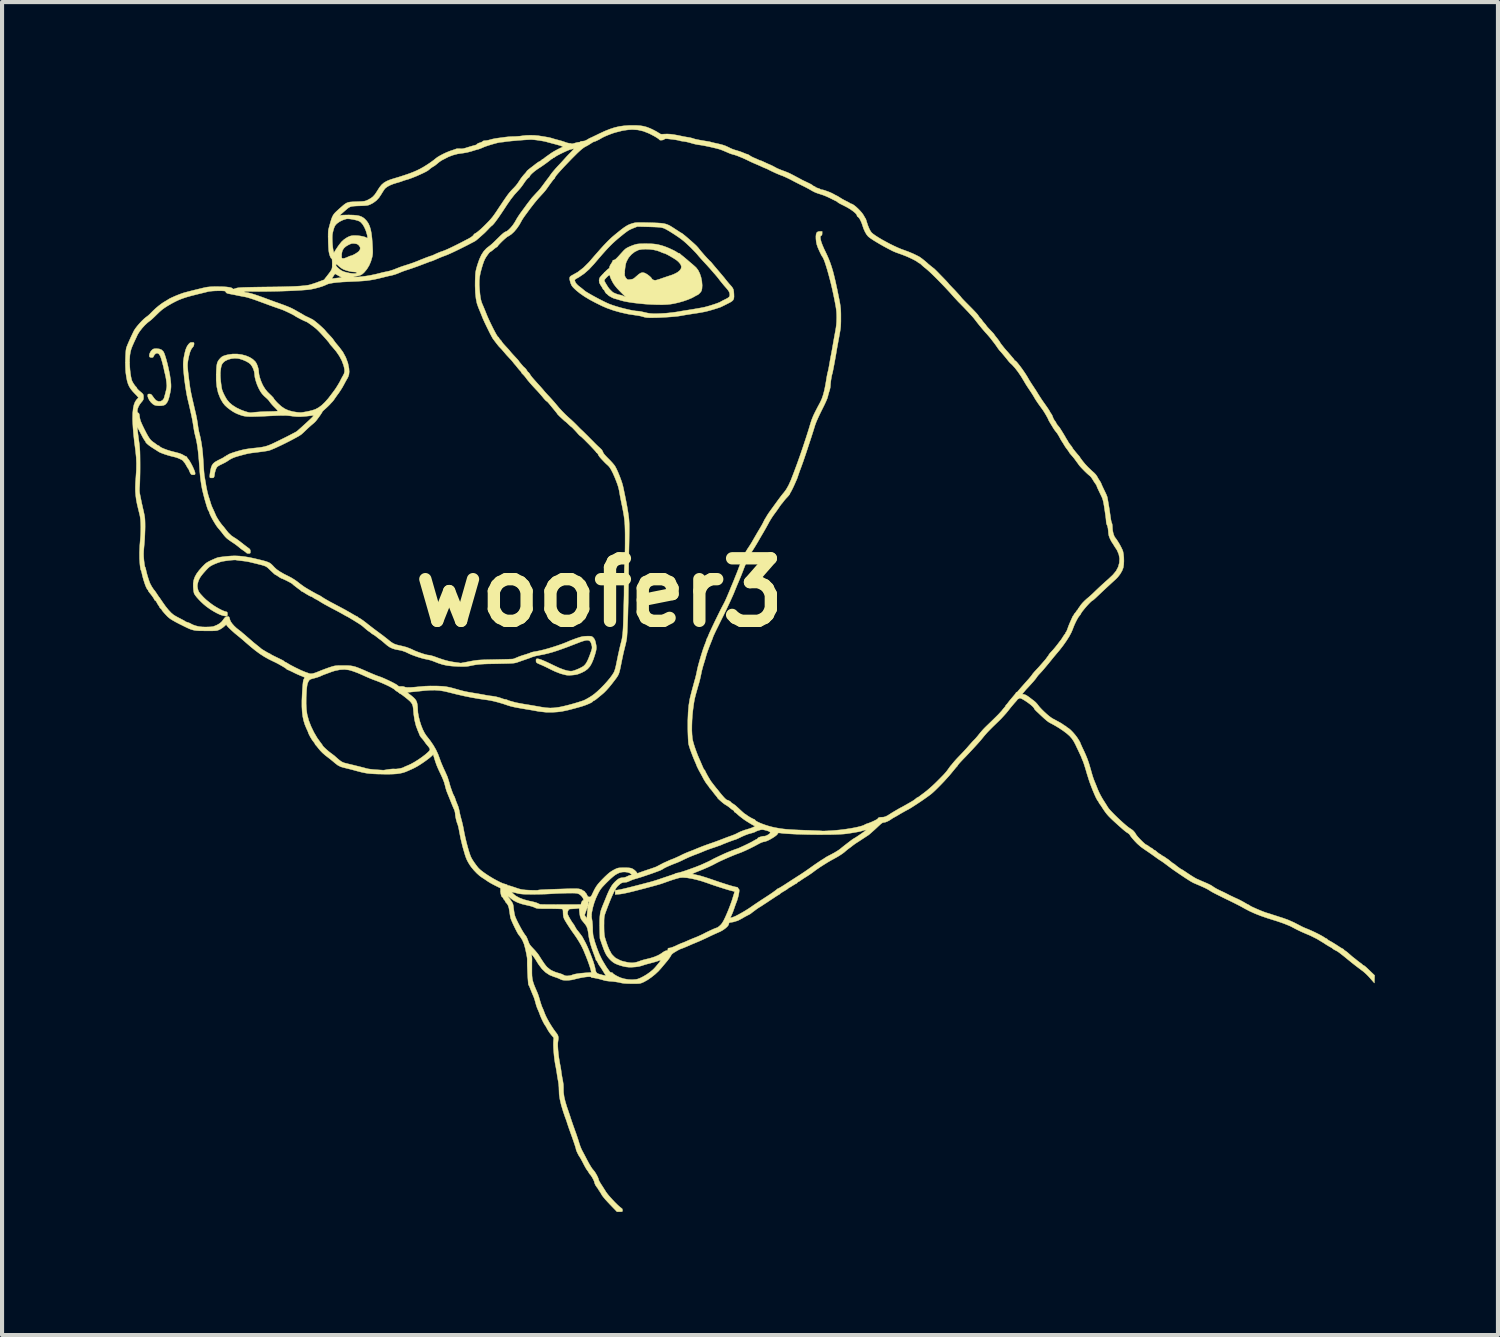
<source format=kicad_pcb>
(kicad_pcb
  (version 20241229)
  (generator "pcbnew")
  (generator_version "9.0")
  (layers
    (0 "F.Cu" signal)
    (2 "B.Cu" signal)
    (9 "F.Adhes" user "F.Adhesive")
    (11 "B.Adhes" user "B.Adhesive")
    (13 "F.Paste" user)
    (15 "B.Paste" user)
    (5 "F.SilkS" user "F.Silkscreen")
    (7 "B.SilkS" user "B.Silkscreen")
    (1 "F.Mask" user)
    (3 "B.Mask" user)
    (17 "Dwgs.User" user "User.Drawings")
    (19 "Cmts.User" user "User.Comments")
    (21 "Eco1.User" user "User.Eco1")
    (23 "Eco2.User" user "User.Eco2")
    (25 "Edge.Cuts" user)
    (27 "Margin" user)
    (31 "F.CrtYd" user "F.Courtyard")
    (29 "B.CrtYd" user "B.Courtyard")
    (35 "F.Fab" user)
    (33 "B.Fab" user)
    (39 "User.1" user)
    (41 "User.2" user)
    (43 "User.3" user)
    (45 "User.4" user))
  (footprint "woofer3"
    (layer "F.Cu")
    (at 11.56 11.389)
    (property "Reference" "woofer3" (at 0 0 0) (layer "F.SilkS") (effects (font (size 1.524 1.524) (thickness 0.3))))
    (attr through_hole)
    (fp_poly (pts (xy -10.729 -5.937) (xy -10.673 -5.915) (xy -10.633 -5.877) (xy -10.621 -5.859) (xy -10.602 -5.815) (xy -10.58 -5.75) (xy -10.556 -5.67) (xy -10.532 -5.579) (xy -10.509 -5.482) (xy -10.488 -5.383) (xy -10.47 -5.288) (xy -10.457 -5.201) (xy -10.449 -5.137) (xy -10.444 -5.075) (xy -10.443 -5.026) (xy -10.445 -4.982) (xy -10.452 -4.934) (xy -10.463 -4.873) (xy -10.47 -4.842) (xy -10.491 -4.752) (xy -10.513 -4.683) (xy -10.539 -4.632) (xy -10.569 -4.595) (xy -10.592 -4.575) (xy -10.627 -4.561) (xy -10.679 -4.553) (xy -10.738 -4.551) (xy -10.796 -4.556) (xy -10.843 -4.567) (xy -10.886 -4.593) (xy -10.93 -4.634) (xy -10.969 -4.685) (xy -10.997 -4.738) (xy -11.011 -4.785) (xy -11.011 -4.793) (xy -11.009 -4.823) (xy -10.999 -4.836) (xy -10.973 -4.839) (xy -10.968 -4.839) (xy -10.943 -4.836) (xy -10.923 -4.825) (xy -10.902 -4.801) (xy -10.879 -4.769) (xy -10.85 -4.729) (xy -10.82 -4.695) (xy -10.8 -4.678) (xy -10.749 -4.658) (xy -10.698 -4.66) (xy -10.652 -4.684) (xy -10.619 -4.726) (xy -10.614 -4.737) (xy -10.606 -4.763) (xy -10.594 -4.806) (xy -10.579 -4.86) (xy -10.571 -4.894) (xy -10.556 -4.955) (xy -10.548 -5) (xy -10.545 -5.039) (xy -10.548 -5.082) (xy -10.554 -5.136) (xy -10.562 -5.197) (xy -10.572 -5.256) (xy -10.583 -5.305) (xy -10.585 -5.315) (xy -10.598 -5.365) (xy -10.611 -5.423) (xy -10.617 -5.455) (xy -10.63 -5.511) (xy -10.646 -5.574) (xy -10.664 -5.639) (xy -10.681 -5.697) (xy -10.697 -5.743) (xy -10.708 -5.769) (xy -10.739 -5.814) (xy -10.773 -5.834) (xy -10.807 -5.829) (xy -10.838 -5.803) (xy -10.859 -5.774) (xy -10.871 -5.75) (xy -10.871 -5.746) (xy -10.882 -5.733) (xy -10.907 -5.727) (xy -10.936 -5.729) (xy -10.96 -5.738) (xy -10.968 -5.747) (xy -10.972 -5.786) (xy -10.959 -5.834) (xy -10.934 -5.88) (xy -10.916 -5.901) (xy -10.888 -5.927) (xy -10.861 -5.939) (xy -10.825 -5.943) (xy -10.804 -5.944) (xy -10.729 -5.937)) (stroke (width 0.01) (type solid)) (fill yes) (layer "F.SilkS"))
    (fp_poly (pts (xy -9.898 -6.095) (xy -9.884 -6.086) (xy -9.881 -6.064) (xy -9.881 -6.054) (xy -9.892 -6.007) (xy -9.911 -5.983) (xy -9.947 -5.935) (xy -9.979 -5.863) (xy -10.006 -5.767) (xy -10.022 -5.69) (xy -10.03 -5.646) (xy -10.035 -5.609) (xy -10.039 -5.573) (xy -10.04 -5.537) (xy -10.038 -5.494) (xy -10.034 -5.442) (xy -10.028 -5.377) (xy -10.018 -5.294) (xy -10.007 -5.201) (xy -9.998 -5.132) (xy -9.99 -5.071) (xy -9.982 -5.014) (xy -9.973 -4.958) (xy -9.962 -4.899) (xy -9.949 -4.834) (xy -9.933 -4.76) (xy -9.913 -4.673) (xy -9.889 -4.57) (xy -9.861 -4.449) (xy -9.839 -4.356) (xy -9.823 -4.282) (xy -9.808 -4.2) (xy -9.795 -4.122) (xy -9.792 -4.096) (xy -9.783 -4.033) (xy -9.773 -3.972) (xy -9.763 -3.922) (xy -9.759 -3.905) (xy -9.729 -3.784) (xy -9.705 -3.66) (xy -9.685 -3.528) (xy -9.669 -3.382) (xy -9.657 -3.218) (xy -9.652 -3.131) (xy -9.647 -3.05) (xy -9.642 -2.974) (xy -9.636 -2.907) (xy -9.631 -2.855) (xy -9.626 -2.826) (xy -9.619 -2.788) (xy -9.61 -2.733) (xy -9.598 -2.667) (xy -9.588 -2.603) (xy -9.574 -2.53) (xy -9.557 -2.452) (xy -9.539 -2.382) (xy -9.526 -2.337) (xy -9.507 -2.28) (xy -9.49 -2.224) (xy -9.476 -2.18) (xy -9.474 -2.172) (xy -9.46 -2.129) (xy -9.445 -2.092) (xy -9.441 -2.083) (xy -9.422 -2.042) (xy -9.394 -1.981) (xy -9.361 -1.905) (xy -9.353 -1.886) (xy -9.331 -1.841) (xy -9.297 -1.785) (xy -9.258 -1.725) (xy -9.218 -1.671) (xy -9.186 -1.631) (xy -9.155 -1.596) (xy -9.128 -1.561) (xy -9.125 -1.557) (xy -9.048 -1.46) (xy -8.973 -1.387) (xy -8.903 -1.34) (xy -8.869 -1.32) (xy -8.823 -1.288) (xy -8.77 -1.249) (xy -8.729 -1.217) (xy -8.677 -1.176) (xy -8.626 -1.137) (xy -8.584 -1.105) (xy -8.56 -1.088) (xy -8.529 -1.064) (xy -8.514 -1.041) (xy -8.509 -1.012) (xy -8.509 -1.002) (xy -8.51 -0.97) (xy -8.519 -0.956) (xy -8.541 -0.953) (xy -8.552 -0.953) (xy -8.583 -0.955) (xy -8.599 -0.962) (xy -8.6 -0.963) (xy -8.612 -0.975) (xy -8.639 -0.996) (xy -8.667 -1.017) (xy -8.709 -1.045) (xy -8.736 -1.065) (xy -8.757 -1.081) (xy -8.778 -1.098) (xy -8.801 -1.118) (xy -8.833 -1.143) (xy -8.877 -1.176) (xy -8.927 -1.21) (xy -8.941 -1.219) (xy -9.004 -1.262) (xy -9.05 -1.295) (xy -9.087 -1.325) (xy -9.117 -1.355) (xy -9.148 -1.39) (xy -9.182 -1.434) (xy -9.218 -1.481) (xy -9.252 -1.522) (xy -9.279 -1.554) (xy -9.286 -1.562) (xy -9.314 -1.596) (xy -9.348 -1.645) (xy -9.384 -1.703) (xy -9.421 -1.765) (xy -9.455 -1.827) (xy -9.483 -1.883) (xy -9.503 -1.929) (xy -9.512 -1.96) (xy -9.512 -1.964) (xy -9.52 -1.981) (xy -9.523 -1.983) (xy -9.533 -1.998) (xy -9.548 -2.033) (xy -9.566 -2.085) (xy -9.586 -2.15) (xy -9.608 -2.224) (xy -9.63 -2.303) (xy -9.651 -2.383) (xy -9.67 -2.46) (xy -9.686 -2.53) (xy -9.69 -2.553) (xy -9.706 -2.641) (xy -9.72 -2.74) (xy -9.732 -2.839) (xy -9.74 -2.925) (xy -9.741 -2.934) (xy -9.752 -3.092) (xy -9.763 -3.229) (xy -9.774 -3.346) (xy -9.784 -3.448) (xy -9.795 -3.537) (xy -9.808 -3.617) (xy -9.821 -3.69) (xy -9.837 -3.76) (xy -9.854 -3.83) (xy -9.859 -3.85) (xy -9.869 -3.891) (xy -9.88 -3.949) (xy -9.891 -4.015) (xy -9.899 -4.064) (xy -9.911 -4.141) (xy -9.927 -4.229) (xy -9.948 -4.33) (xy -9.974 -4.447) (xy -10.005 -4.583) (xy -10.033 -4.699) (xy -10.055 -4.8) (xy -10.076 -4.919) (xy -10.096 -5.05) (xy -10.115 -5.186) (xy -10.129 -5.319) (xy -10.14 -5.443) (xy -10.144 -5.493) (xy -10.146 -5.565) (xy -10.143 -5.629) (xy -10.135 -5.696) (xy -10.123 -5.764) (xy -10.105 -5.848) (xy -10.088 -5.913) (xy -10.069 -5.964) (xy -10.048 -6.006) (xy -10.021 -6.045) (xy -10.018 -6.048) (xy -9.99 -6.079) (xy -9.965 -6.093) (xy -9.931 -6.096) (xy -9.93 -6.096) (xy -9.898 -6.095)) (stroke (width 0.01) (type solid)) (fill yes) (layer "F.SilkS"))
    (fp_poly (pts (xy 1.223 -8.5) (xy 1.304 -8.496) (xy 1.374 -8.488) (xy 1.441 -8.475) (xy 1.511 -8.457) (xy 1.574 -8.437) (xy 1.628 -8.417) (xy 1.689 -8.392) (xy 1.752 -8.363) (xy 1.811 -8.335) (xy 1.859 -8.309) (xy 1.89 -8.288) (xy 1.893 -8.286) (xy 1.919 -8.271) (xy 1.934 -8.268) (xy 1.954 -8.263) (xy 1.958 -8.258) (xy 1.969 -8.246) (xy 1.995 -8.223) (xy 2.026 -8.199) (xy 2.07 -8.163) (xy 2.116 -8.124) (xy 2.141 -8.103) (xy 2.18 -8.069) (xy 2.227 -8.029) (xy 2.255 -8.006) (xy 2.295 -7.971) (xy 2.333 -7.937) (xy 2.354 -7.917) (xy 2.401 -7.856) (xy 2.441 -7.776) (xy 2.472 -7.684) (xy 2.492 -7.586) (xy 2.5 -7.488) (xy 2.496 -7.413) (xy 2.487 -7.365) (xy 2.47 -7.33) (xy 2.442 -7.298) (xy 2.414 -7.271) (xy 2.392 -7.255) (xy 2.385 -7.252) (xy 2.369 -7.245) (xy 2.34 -7.23) (xy 2.326 -7.221) (xy 2.251 -7.18) (xy 2.156 -7.14) (xy 2.048 -7.102) (xy 1.933 -7.069) (xy 1.816 -7.042) (xy 1.74 -7.029) (xy 1.646 -7.019) (xy 1.531 -7.014) (xy 1.398 -7.015) (xy 1.249 -7.021) (xy 1.118 -7.029) (xy 0.96 -7.044) (xy 0.817 -7.061) (xy 0.693 -7.08) (xy 0.59 -7.1) (xy 0.521 -7.118) (xy 0.466 -7.135) (xy 0.412 -7.151) (xy 0.37 -7.162) (xy 0.368 -7.163) (xy 0.333 -7.175) (xy 0.292 -7.195) (xy 0.251 -7.218) (xy 0.216 -7.241) (xy 0.195 -7.26) (xy 0.191 -7.268) (xy 0.18 -7.277) (xy 0.175 -7.277) (xy 0.16 -7.288) (xy 0.142 -7.314) (xy 0.134 -7.328) (xy 0.118 -7.359) (xy 0.103 -7.377) (xy 0.099 -7.379) (xy 0.087 -7.389) (xy 0.073 -7.414) (xy 0.056 -7.446) (xy 0.031 -7.484) (xy 0.023 -7.495) (xy -0.007 -7.553) (xy -0.011 -7.606) (xy 0.114 -7.606) (xy 0.121 -7.587) (xy 0.138 -7.554) (xy 0.163 -7.512) (xy 0.19 -7.468) (xy 0.217 -7.428) (xy 0.232 -7.408) (xy 0.262 -7.375) (xy 0.3 -7.338) (xy 0.323 -7.317) (xy 0.349 -7.303) (xy 0.39 -7.285) (xy 0.436 -7.268) (xy 0.478 -7.256) (xy 0.505 -7.251) (xy 0.53 -7.245) (xy 0.566 -7.232) (xy 0.578 -7.226) (xy 0.61 -7.212) (xy 0.63 -7.203) (xy 0.633 -7.202) (xy 0.627 -7.21) (xy 0.606 -7.231) (xy 0.575 -7.263) (xy 0.557 -7.28) (xy 0.484 -7.354) (xy 0.427 -7.414) (xy 0.383 -7.467) (xy 0.348 -7.514) (xy 0.319 -7.562) (xy 0.303 -7.593) (xy 0.28 -7.639) (xy 0.263 -7.679) (xy 0.255 -7.705) (xy 0.254 -7.71) (xy 0.249 -7.733) (xy 0.246 -7.738) (xy 0.233 -7.735) (xy 0.209 -7.717) (xy 0.181 -7.691) (xy 0.152 -7.661) (xy 0.128 -7.632) (xy 0.115 -7.611) (xy 0.114 -7.606) (xy -0.011 -7.606) (xy -0.012 -7.616) (xy -0.000334 -7.664) (xy 0.012 -7.683) (xy 0.038 -7.714) (xy 0.066 -7.745) (xy 0.611 -7.745) (xy 0.614 -7.717) (xy 0.629 -7.685) (xy 0.652 -7.652) (xy 0.653 -7.652) (xy 0.671 -7.635) (xy 0.689 -7.626) (xy 0.715 -7.624) (xy 0.754 -7.629) (xy 0.806 -7.639) (xy 0.828 -7.65) (xy 0.86 -7.674) (xy 0.897 -7.707) (xy 0.9 -7.709) (xy 0.958 -7.759) (xy 1.007 -7.789) (xy 1.054 -7.798) (xy 1.102 -7.786) (xy 1.157 -7.756) (xy 1.18 -7.739) (xy 1.219 -7.709) (xy 1.249 -7.681) (xy 1.265 -7.661) (xy 1.266 -7.658) (xy 1.284 -7.633) (xy 1.319 -7.615) (xy 1.353 -7.608) (xy 1.375 -7.612) (xy 1.415 -7.623) (xy 1.467 -7.639) (xy 1.518 -7.657) (xy 1.585 -7.68) (xy 1.654 -7.703) (xy 1.714 -7.723) (xy 1.746 -7.733) (xy 1.804 -7.755) (xy 1.864 -7.784) (xy 1.905 -7.808) (xy 1.959 -7.854) (xy 1.988 -7.902) (xy 1.992 -7.952) (xy 1.97 -8.004) (xy 1.923 -8.059) (xy 1.88 -8.096) (xy 1.842 -8.122) (xy 1.793 -8.153) (xy 1.739 -8.185) (xy 1.685 -8.216) (xy 1.636 -8.242) (xy 1.597 -8.26) (xy 1.573 -8.268) (xy 1.572 -8.268) (xy 1.553 -8.273) (xy 1.519 -8.286) (xy 1.476 -8.305) (xy 1.475 -8.306) (xy 1.402 -8.332) (xy 1.315 -8.352) (xy 1.22 -8.364) (xy 1.124 -8.368) (xy 1.036 -8.364) (xy 0.961 -8.351) (xy 0.944 -8.346) (xy 0.855 -8.302) (xy 0.774 -8.238) (xy 0.706 -8.159) (xy 0.658 -8.069) (xy 0.643 -8.029) (xy 0.632 -7.981) (xy 0.623 -7.921) (xy 0.615 -7.856) (xy 0.611 -7.795) (xy 0.611 -7.745) (xy 0.066 -7.745) (xy 0.073 -7.752) (xy 0.112 -7.793) (xy 0.152 -7.833) (xy 0.188 -7.867) (xy 0.216 -7.89) (xy 0.231 -7.899) (xy 0.231 -7.899) (xy 0.239 -7.91) (xy 0.241 -7.929) (xy 0.249 -7.956) (xy 0.268 -7.992) (xy 0.279 -8.008) (xy 0.301 -8.042) (xy 0.315 -8.071) (xy 0.317 -8.08) (xy 0.328 -8.099) (xy 0.348 -8.103) (xy 0.37 -8.109) (xy 0.399 -8.131) (xy 0.439 -8.171) (xy 0.466 -8.2) (xy 0.519 -8.259) (xy 0.559 -8.303) (xy 0.588 -8.335) (xy 0.611 -8.356) (xy 0.629 -8.372) (xy 0.646 -8.385) (xy 0.667 -8.398) (xy 0.667 -8.398) (xy 0.704 -8.417) (xy 0.755 -8.44) (xy 0.81 -8.461) (xy 0.819 -8.465) (xy 0.86 -8.478) (xy 0.895 -8.488) (xy 0.93 -8.494) (xy 0.972 -8.498) (xy 1.026 -8.5) (xy 1.098 -8.501) (xy 1.124 -8.501) (xy 1.223 -8.5)) (stroke (width 0.01) (type solid)) (fill yes) (layer "F.SilkS"))
    (fp_poly (pts (xy 1.078 -9.016) (xy 1.17 -9.014) (xy 1.213 -9.013) (xy 1.327 -9.01) (xy 1.419 -9.006) (xy 1.495 -9.001) (xy 1.557 -8.993) (xy 1.611 -8.981) (xy 1.659 -8.964) (xy 1.707 -8.942) (xy 1.757 -8.912) (xy 1.815 -8.875) (xy 1.842 -8.857) (xy 1.895 -8.823) (xy 1.939 -8.794) (xy 1.972 -8.773) (xy 1.989 -8.763) (xy 1.99 -8.763) (xy 2.006 -8.755) (xy 2.037 -8.731) (xy 2.082 -8.695) (xy 2.139 -8.647) (xy 2.205 -8.589) (xy 2.223 -8.574) (xy 2.28 -8.523) (xy 2.323 -8.484) (xy 2.356 -8.453) (xy 2.383 -8.424) (xy 2.41 -8.393) (xy 2.438 -8.357) (xy 2.471 -8.317) (xy 2.511 -8.271) (xy 2.554 -8.221) (xy 2.597 -8.174) (xy 2.635 -8.132) (xy 2.667 -8.099) (xy 2.687 -8.079) (xy 2.692 -8.075) (xy 2.706 -8.063) (xy 2.729 -8.038) (xy 2.739 -8.025) (xy 2.762 -7.997) (xy 2.796 -7.956) (xy 2.838 -7.907) (xy 2.882 -7.855) (xy 2.884 -7.853) (xy 2.934 -7.794) (xy 2.987 -7.731) (xy 3.037 -7.672) (xy 3.069 -7.631) (xy 3.106 -7.585) (xy 3.14 -7.544) (xy 3.166 -7.513) (xy 3.175 -7.504) (xy 3.218 -7.456) (xy 3.245 -7.418) (xy 3.262 -7.38) (xy 3.27 -7.334) (xy 3.274 -7.276) (xy 3.276 -7.212) (xy 3.271 -7.166) (xy 3.256 -7.13) (xy 3.227 -7.101) (xy 3.182 -7.072) (xy 3.127 -7.044) (xy 3.074 -7.017) (xy 3.026 -6.993) (xy 2.989 -6.975) (xy 2.978 -6.969) (xy 2.944 -6.954) (xy 2.891 -6.936) (xy 2.826 -6.915) (xy 2.754 -6.893) (xy 2.681 -6.872) (xy 2.613 -6.854) (xy 2.556 -6.841) (xy 2.553 -6.84) (xy 2.503 -6.831) (xy 2.437 -6.819) (xy 2.362 -6.807) (xy 2.287 -6.796) (xy 2.28 -6.795) (xy 2.2 -6.782) (xy 2.114 -6.769) (xy 2.034 -6.755) (xy 1.968 -6.743) (xy 1.909 -6.734) (xy 1.832 -6.726) (xy 1.741 -6.718) (xy 1.642 -6.711) (xy 1.539 -6.705) (xy 1.438 -6.7) (xy 1.342 -6.698) (xy 1.257 -6.697) (xy 1.188 -6.698) (xy 1.139 -6.702) (xy 1.137 -6.702) (xy 1.101 -6.709) (xy 1.056 -6.722) (xy 1.041 -6.726) (xy 1.001 -6.737) (xy 0.946 -6.748) (xy 0.887 -6.757) (xy 0.876 -6.758) (xy 0.699 -6.785) (xy 0.518 -6.825) (xy 0.34 -6.875) (xy 0.172 -6.935) (xy 0.057 -6.985) (xy -0.105 -7.065) (xy -0.245 -7.14) (xy -0.366 -7.213) (xy -0.471 -7.285) (xy -0.562 -7.358) (xy -0.612 -7.404) (xy -0.653 -7.446) (xy -0.68 -7.482) (xy -0.699 -7.524) (xy -0.712 -7.561) (xy -0.726 -7.616) (xy -0.605 -7.616) (xy -0.603 -7.596) (xy -0.587 -7.555) (xy -0.557 -7.515) (xy -0.51 -7.471) (xy -0.477 -7.446) (xy -0.433 -7.412) (xy -0.392 -7.378) (xy -0.362 -7.353) (xy -0.362 -7.352) (xy -0.338 -7.335) (xy -0.295 -7.309) (xy -0.238 -7.275) (xy -0.169 -7.236) (xy -0.094 -7.195) (xy -0.015 -7.153) (xy 0.063 -7.113) (xy 0.137 -7.076) (xy 0.178 -7.057) (xy 0.245 -7.028) (xy 0.328 -6.998) (xy 0.423 -6.968) (xy 0.524 -6.939) (xy 0.626 -6.913) (xy 0.724 -6.89) (xy 0.812 -6.872) (xy 0.887 -6.861) (xy 0.936 -6.858) (xy 0.97 -6.854) (xy 1.02 -6.845) (xy 1.077 -6.832) (xy 1.099 -6.827) (xy 1.164 -6.812) (xy 1.233 -6.801) (xy 1.308 -6.796) (xy 1.395 -6.796) (xy 1.498 -6.8) (xy 1.614 -6.807) (xy 1.695 -6.815) (xy 1.782 -6.825) (xy 1.865 -6.836) (xy 1.924 -6.845) (xy 1.988 -6.857) (xy 2.068 -6.87) (xy 2.156 -6.884) (xy 2.242 -6.898) (xy 2.273 -6.903) (xy 2.35 -6.916) (xy 2.425 -6.929) (xy 2.49 -6.941) (xy 2.54 -6.951) (xy 2.559 -6.955) (xy 2.619 -6.971) (xy 2.686 -6.99) (xy 2.755 -7.012) (xy 2.822 -7.034) (xy 2.88 -7.055) (xy 2.923 -7.072) (xy 2.946 -7.084) (xy 2.974 -7.1) (xy 3.015 -7.122) (xy 3.061 -7.144) (xy 3.115 -7.172) (xy 3.149 -7.196) (xy 3.167 -7.22) (xy 3.173 -7.248) (xy 3.17 -7.282) (xy 3.162 -7.313) (xy 3.147 -7.344) (xy 3.121 -7.381) (xy 3.08 -7.429) (xy 3.076 -7.433) (xy 3.03 -7.486) (xy 2.983 -7.543) (xy 2.942 -7.594) (xy 2.93 -7.609) (xy 2.894 -7.657) (xy 2.855 -7.705) (xy 2.823 -7.742) (xy 2.823 -7.743) (xy 2.786 -7.784) (xy 2.746 -7.831) (xy 2.724 -7.856) (xy 2.695 -7.89) (xy 2.654 -7.935) (xy 2.607 -7.987) (xy 2.559 -8.039) (xy 2.51 -8.092) (xy 2.461 -8.146) (xy 2.418 -8.195) (xy 2.389 -8.23) (xy 2.35 -8.275) (xy 2.296 -8.331) (xy 2.235 -8.394) (xy 2.169 -8.457) (xy 2.106 -8.516) (xy 2.05 -8.565) (xy 2.028 -8.583) (xy 1.976 -8.623) (xy 1.911 -8.669) (xy 1.841 -8.716) (xy 1.768 -8.763) (xy 1.699 -8.806) (xy 1.637 -8.842) (xy 1.588 -8.868) (xy 1.565 -8.878) (xy 1.538 -8.886) (xy 1.51 -8.893) (xy 1.475 -8.899) (xy 1.43 -8.903) (xy 1.372 -8.906) (xy 1.295 -8.909) (xy 1.207 -8.912) (xy 0.921 -8.919) (xy 0.819 -8.879) (xy 0.779 -8.862) (xy 0.744 -8.846) (xy 0.712 -8.829) (xy 0.677 -8.806) (xy 0.636 -8.776) (xy 0.585 -8.737) (xy 0.52 -8.684) (xy 0.5 -8.668) (xy 0.436 -8.615) (xy 0.377 -8.563) (xy 0.32 -8.511) (xy 0.262 -8.454) (xy 0.201 -8.391) (xy 0.135 -8.319) (xy 0.061 -8.236) (xy -0.024 -8.138) (xy -0.121 -8.024) (xy -0.14 -8.002) (xy -0.257 -7.876) (xy -0.377 -7.771) (xy -0.505 -7.684) (xy -0.563 -7.652) (xy -0.593 -7.633) (xy -0.605 -7.616) (xy -0.726 -7.616) (xy -0.728 -7.621) (xy -0.731 -7.664) (xy -0.721 -7.694) (xy -0.697 -7.716) (xy -0.677 -7.727) (xy -0.531 -7.809) (xy -0.393 -7.916) (xy -0.261 -8.047) (xy -0.235 -8.077) (xy -0.135 -8.193) (xy -0.048 -8.292) (xy 0.027 -8.377) (xy 0.092 -8.449) (xy 0.151 -8.511) (xy 0.204 -8.566) (xy 0.255 -8.615) (xy 0.306 -8.662) (xy 0.36 -8.708) (xy 0.418 -8.756) (xy 0.462 -8.791) (xy 0.537 -8.851) (xy 0.598 -8.896) (xy 0.65 -8.93) (xy 0.696 -8.956) (xy 0.742 -8.976) (xy 0.792 -8.993) (xy 0.82 -9.001) (xy 0.847 -9.008) (xy 0.875 -9.013) (xy 0.908 -9.015) (xy 0.951 -9.017) (xy 1.006 -9.017) (xy 1.078 -9.016)) (stroke (width 0.01) (type solid)) (fill yes) (layer "F.SilkS"))
    (fp_poly (pts (xy -8.777 -0.89) (xy -8.663 -0.878) (xy -8.542 -0.858) (xy -8.406 -0.829) (xy -8.382 -0.823) (xy -8.281 -0.799) (xy -8.201 -0.779) (xy -8.139 -0.762) (xy -8.09 -0.745) (xy -8.052 -0.729) (xy -8.02 -0.709) (xy -7.992 -0.686) (xy -7.963 -0.657) (xy -7.929 -0.621) (xy -7.918 -0.609) (xy -7.866 -0.562) (xy -7.79 -0.51) (xy -7.69 -0.452) (xy -7.59 -0.402) (xy -7.513 -0.362) (xy -7.439 -0.317) (xy -7.377 -0.274) (xy -7.361 -0.262) (xy -7.308 -0.22) (xy -7.248 -0.176) (xy -7.195 -0.138) (xy -7.19 -0.135) (xy -7.15 -0.11) (xy -7.1 -0.08) (xy -7.044 -0.048) (xy -6.987 -0.015) (xy -6.933 0.015) (xy -6.887 0.04) (xy -6.854 0.057) (xy -6.838 0.063) (xy -6.837 0.064) (xy -6.824 0.07) (xy -6.795 0.088) (xy -6.758 0.112) (xy -6.757 0.113) (xy -6.712 0.142) (xy -6.654 0.176) (xy -6.593 0.211) (xy -6.571 0.223) (xy -6.48 0.271) (xy -6.409 0.309) (xy -6.352 0.339) (xy -6.307 0.363) (xy -6.271 0.382) (xy -6.238 0.4) (xy -6.206 0.417) (xy -6.191 0.425) (xy -6.134 0.458) (xy -6.069 0.495) (xy -6.011 0.529) (xy -5.968 0.554) (xy -5.932 0.574) (xy -5.91 0.584) (xy -5.906 0.584) (xy -5.893 0.592) (xy -5.893 0.595) (xy -5.882 0.607) (xy -5.856 0.621) (xy -5.852 0.623) (xy -5.828 0.637) (xy -5.789 0.663) (xy -5.739 0.7) (xy -5.683 0.742) (xy -5.651 0.768) (xy -5.583 0.821) (xy -5.51 0.877) (xy -5.438 0.931) (xy -5.377 0.976) (xy -5.364 0.986) (xy -5.301 1.032) (xy -5.234 1.084) (xy -5.171 1.133) (xy -5.137 1.161) (xy -5.087 1.201) (xy -5.043 1.23) (xy -4.999 1.253) (xy -4.948 1.271) (xy -4.883 1.288) (xy -4.818 1.302) (xy -4.702 1.332) (xy -4.588 1.377) (xy -4.537 1.402) (xy -4.486 1.425) (xy -4.424 1.449) (xy -4.357 1.473) (xy -4.291 1.495) (xy -4.233 1.512) (xy -4.187 1.522) (xy -4.167 1.524) (xy -4.132 1.529) (xy -4.084 1.541) (xy -4.033 1.557) (xy -4.032 1.557) (xy -3.923 1.597) (xy -3.832 1.628) (xy -3.753 1.652) (xy -3.683 1.67) (xy -3.615 1.684) (xy -3.545 1.696) (xy -3.541 1.696) (xy -3.381 1.719) (xy -3.205 1.686) (xy -3.139 1.673) (xy -3.083 1.663) (xy -3.034 1.655) (xy -2.987 1.649) (xy -2.939 1.644) (xy -2.886 1.641) (xy -2.824 1.638) (xy -2.749 1.636) (xy -2.657 1.634) (xy -2.544 1.632) (xy -2.521 1.631) (xy -2.422 1.629) (xy -2.331 1.627) (xy -2.251 1.625) (xy -2.184 1.622) (xy -2.135 1.62) (xy -2.107 1.618) (xy -2.102 1.617) (xy -2.076 1.608) (xy -2.038 1.592) (xy -2.013 1.582) (xy -1.961 1.56) (xy -1.904 1.54) (xy -1.88 1.532) (xy -1.792 1.505) (xy -1.729 1.484) (xy -1.688 1.469) (xy -1.67 1.46) (xy -1.652 1.454) (xy -1.616 1.446) (xy -1.569 1.438) (xy -1.556 1.436) (xy -1.471 1.419) (xy -1.369 1.395) (xy -1.255 1.364) (xy -1.137 1.328) (xy -1.02 1.29) (xy -0.909 1.251) (xy -0.812 1.213) (xy -0.768 1.194) (xy -0.717 1.172) (xy -0.651 1.147) (xy -0.582 1.121) (xy -0.546 1.109) (xy -0.476 1.086) (xy -0.419 1.072) (xy -0.365 1.065) (xy -0.306 1.062) (xy -0.303 1.062) (xy -0.249 1.062) (xy -0.213 1.064) (xy -0.19 1.07) (xy -0.171 1.082) (xy -0.154 1.097) (xy -0.128 1.13) (xy -0.108 1.174) (xy -0.096 1.22) (xy -0.084 1.279) (xy -0.078 1.328) (xy -0.08 1.375) (xy -0.089 1.426) (xy -0.107 1.491) (xy -0.115 1.518) (xy -0.153 1.632) (xy -0.193 1.725) (xy -0.237 1.8) (xy -0.29 1.86) (xy -0.354 1.909) (xy -0.432 1.95) (xy -0.527 1.988) (xy -0.527 1.988) (xy -0.576 2) (xy -0.639 2.009) (xy -0.706 2.014) (xy -0.768 2.015) (xy -0.813 2.011) (xy -0.946 1.977) (xy -1.085 1.923) (xy -1.184 1.876) (xy -1.251 1.842) (xy -1.319 1.809) (xy -1.38 1.78) (xy -1.427 1.76) (xy -1.429 1.759) (xy -1.483 1.736) (xy -1.518 1.719) (xy -1.538 1.703) (xy -1.547 1.685) (xy -1.549 1.662) (xy -1.549 1.656) (xy -1.547 1.627) (xy -1.535 1.615) (xy -1.513 1.613) (xy -1.484 1.617) (xy -1.441 1.629) (xy -1.385 1.651) (xy -1.311 1.683) (xy -1.22 1.725) (xy -1.111 1.778) (xy -0.982 1.838) (xy -0.872 1.88) (xy -0.779 1.906) (xy -0.704 1.915) (xy -0.664 1.912) (xy -0.618 1.899) (xy -0.562 1.878) (xy -0.502 1.853) (xy -0.446 1.825) (xy -0.401 1.799) (xy -0.378 1.781) (xy -0.345 1.746) (xy -0.316 1.702) (xy -0.287 1.645) (xy -0.256 1.571) (xy -0.229 1.499) (xy -0.207 1.437) (xy -0.193 1.393) (xy -0.185 1.361) (xy -0.184 1.335) (xy -0.186 1.309) (xy -0.193 1.278) (xy -0.212 1.218) (xy -0.238 1.181) (xy -0.275 1.163) (xy -0.322 1.163) (xy -0.35 1.168) (xy -0.38 1.176) (xy -0.418 1.187) (xy -0.467 1.204) (xy -0.531 1.229) (xy -0.614 1.261) (xy -0.622 1.264) (xy -0.779 1.325) (xy -0.917 1.375) (xy -1.04 1.418) (xy -1.15 1.453) (xy -1.253 1.481) (xy -1.352 1.505) (xy -1.451 1.524) (xy -1.486 1.531) (xy -1.544 1.542) (xy -1.601 1.558) (xy -1.645 1.572) (xy -1.69 1.59) (xy -1.746 1.61) (xy -1.803 1.629) (xy -1.803 1.63) (xy -1.866 1.651) (xy -1.934 1.675) (xy -1.988 1.694) (xy -2.013 1.703) (xy -2.037 1.71) (xy -2.062 1.715) (xy -2.091 1.72) (xy -2.129 1.723) (xy -2.177 1.726) (xy -2.239 1.728) (xy -2.318 1.73) (xy -2.418 1.732) (xy -2.496 1.734) (xy -2.621 1.736) (xy -2.723 1.738) (xy -2.808 1.741) (xy -2.88 1.745) (xy -2.941 1.75) (xy -2.995 1.756) (xy -3.047 1.764) (xy -3.1 1.774) (xy -3.159 1.786) (xy -3.162 1.787) (xy -3.205 1.795) (xy -3.251 1.8) (xy -3.304 1.802) (xy -3.371 1.802) (xy -3.456 1.8) (xy -3.473 1.799) (xy -3.605 1.791) (xy -3.719 1.777) (xy -3.825 1.754) (xy -3.928 1.721) (xy -4.032 1.68) (xy -4.093 1.657) (xy -4.163 1.637) (xy -4.216 1.626) (xy -4.276 1.614) (xy -4.35 1.594) (xy -4.431 1.569) (xy -4.511 1.541) (xy -4.583 1.514) (xy -4.639 1.49) (xy -4.642 1.488) (xy -4.735 1.444) (xy -4.813 1.417) (xy -4.87 1.404) (xy -4.966 1.387) (xy -5.044 1.364) (xy -5.112 1.332) (xy -5.177 1.287) (xy -5.239 1.234) (xy -5.312 1.171) (xy -5.385 1.118) (xy -5.414 1.095) (xy -5.446 1.069) (xy -5.483 1.042) (xy -5.518 1.02) (xy -5.546 1.004) (xy -5.562 0.991) (xy -5.563 0.99) (xy -5.576 0.978) (xy -5.603 0.958) (xy -5.614 0.951) (xy -5.643 0.931) (xy -5.667 0.912) (xy -5.695 0.889) (xy -5.734 0.855) (xy -5.743 0.847) (xy -5.78 0.816) (xy -5.823 0.784) (xy -5.835 0.776) (xy -5.867 0.755) (xy -5.91 0.728) (xy -5.96 0.697) (xy -6.012 0.665) (xy -6.062 0.635) (xy -6.105 0.609) (xy -6.135 0.592) (xy -6.15 0.584) (xy -6.15 0.584) (xy -6.163 0.578) (xy -6.193 0.562) (xy -6.234 0.539) (xy -6.265 0.521) (xy -6.328 0.486) (xy -6.4 0.447) (xy -6.465 0.413) (xy -6.48 0.405) (xy -6.534 0.377) (xy -6.593 0.345) (xy -6.654 0.312) (xy -6.711 0.281) (xy -6.76 0.252) (xy -6.797 0.23) (xy -6.818 0.217) (xy -6.82 0.215) (xy -6.834 0.206) (xy -6.864 0.188) (xy -6.904 0.166) (xy -6.909 0.164) (xy -6.95 0.142) (xy -6.98 0.123) (xy -6.995 0.112) (xy -6.996 0.111) (xy -7.01 0.102) (xy -7.017 0.102) (xy -7.037 0.095) (xy -7.072 0.078) (xy -7.117 0.052) (xy -7.166 0.023) (xy -7.204 -0.002) (xy -7.231 -0.018) (xy -7.25 -0.025) (xy -7.25 -0.025) (xy -7.266 -0.034) (xy -7.267 -0.036) (xy -7.279 -0.048) (xy -7.305 -0.069) (xy -7.334 -0.089) (xy -7.457 -0.184) (xy -7.489 -0.214) (xy -7.507 -0.226) (xy -7.541 -0.246) (xy -7.585 -0.269) (xy -7.633 -0.294) (xy -7.68 -0.316) (xy -7.717 -0.333) (xy -7.741 -0.342) (xy -7.745 -0.343) (xy -7.761 -0.35) (xy -7.791 -0.367) (xy -7.821 -0.387) (xy -7.856 -0.411) (xy -7.883 -0.427) (xy -7.893 -0.432) (xy -7.902 -0.435) (xy -7.917 -0.446) (xy -7.942 -0.468) (xy -7.979 -0.503) (xy -8.031 -0.552) (xy -8.064 -0.584) (xy -8.091 -0.609) (xy -8.117 -0.627) (xy -8.146 -0.643) (xy -8.182 -0.656) (xy -8.231 -0.671) (xy -8.295 -0.687) (xy -8.369 -0.706) (xy -8.453 -0.726) (xy -8.519 -0.742) (xy -8.571 -0.753) (xy -8.617 -0.761) (xy -8.662 -0.767) (xy -8.712 -0.773) (xy -8.73 -0.775) (xy -8.783 -0.781) (xy -8.827 -0.787) (xy -8.856 -0.792) (xy -8.861 -0.793) (xy -8.882 -0.795) (xy -8.923 -0.793) (xy -8.978 -0.789) (xy -9.041 -0.782) (xy -9.108 -0.773) (xy -9.173 -0.763) (xy -9.186 -0.761) (xy -9.23 -0.75) (xy -9.288 -0.731) (xy -9.35 -0.708) (xy -9.379 -0.696) (xy -9.433 -0.671) (xy -9.474 -0.649) (xy -9.508 -0.625) (xy -9.544 -0.593) (xy -9.587 -0.548) (xy -9.599 -0.535) (xy -9.66 -0.466) (xy -9.705 -0.41) (xy -9.738 -0.361) (xy -9.762 -0.315) (xy -9.78 -0.268) (xy -9.786 -0.247) (xy -9.798 -0.197) (xy -9.801 -0.157) (xy -9.795 -0.112) (xy -9.792 -0.096) (xy -9.781 -0.054) (xy -9.764 -0.018) (xy -9.737 0.02) (xy -9.706 0.055) (xy -9.662 0.103) (xy -9.625 0.14) (xy -9.59 0.173) (xy -9.549 0.207) (xy -9.497 0.248) (xy -9.47 0.269) (xy -9.409 0.313) (xy -9.34 0.356) (xy -9.27 0.396) (xy -9.203 0.43) (xy -9.146 0.454) (xy -9.11 0.465) (xy -9.083 0.472) (xy -9.071 0.486) (xy -9.068 0.516) (xy -9.068 0.522) (xy -9.069 0.554) (xy -9.078 0.568) (xy -9.101 0.571) (xy -9.12 0.572) (xy -9.173 0.563) (xy -9.241 0.541) (xy -9.319 0.505) (xy -9.403 0.459) (xy -9.49 0.405) (xy -9.574 0.345) (xy -9.592 0.331) (xy -9.653 0.28) (xy -9.713 0.224) (xy -9.769 0.166) (xy -9.818 0.111) (xy -9.855 0.063) (xy -9.878 0.025) (xy -9.881 0.017) (xy -9.889 -0.019) (xy -9.896 -0.071) (xy -9.901 -0.128) (xy -9.902 -0.14) (xy -9.902 -0.225) (xy -9.889 -0.304) (xy -9.862 -0.381) (xy -9.819 -0.459) (xy -9.758 -0.541) (xy -9.678 -0.631) (xy -9.618 -0.691) (xy -9.584 -0.72) (xy -9.536 -0.75) (xy -9.471 -0.783) (xy -9.388 -0.82) (xy -9.32 -0.848) (xy -9.291 -0.856) (xy -9.243 -0.864) (xy -9.181 -0.872) (xy -9.111 -0.88) (xy -9.039 -0.887) (xy -8.971 -0.892) (xy -8.912 -0.894) (xy -8.89 -0.895) (xy -8.777 -0.89)) (stroke (width 0.01) (type solid)) (fill yes) (layer "F.SilkS"))
    (fp_poly (pts (xy 0.893 -11.383) (xy 0.987 -11.377) (xy 1.068 -11.364) (xy 1.144 -11.344) (xy 1.221 -11.315) (xy 1.283 -11.287) (xy 1.336 -11.26) (xy 1.379 -11.237) (xy 1.409 -11.22) (xy 1.42 -11.212) (xy 1.435 -11.202) (xy 1.437 -11.201) (xy 1.456 -11.193) (xy 1.468 -11.183) (xy 1.484 -11.173) (xy 1.511 -11.169) (xy 1.554 -11.17) (xy 1.585 -11.172) (xy 1.652 -11.174) (xy 1.725 -11.17) (xy 1.809 -11.159) (xy 1.909 -11.141) (xy 1.981 -11.126) (xy 2.041 -11.113) (xy 2.102 -11.102) (xy 2.152 -11.094) (xy 2.159 -11.093) (xy 2.214 -11.083) (xy 2.272 -11.068) (xy 2.292 -11.06) (xy 2.33 -11.049) (xy 2.385 -11.037) (xy 2.451 -11.024) (xy 2.52 -11.012) (xy 2.525 -11.011) (xy 2.588 -11.001) (xy 2.642 -10.992) (xy 2.682 -10.985) (xy 2.703 -10.98) (xy 2.705 -10.979) (xy 2.721 -10.974) (xy 2.757 -10.965) (xy 2.804 -10.954) (xy 2.834 -10.948) (xy 2.926 -10.927) (xy 2.999 -10.908) (xy 3.061 -10.887) (xy 3.117 -10.862) (xy 3.147 -10.848) (xy 3.199 -10.822) (xy 3.244 -10.803) (xy 3.293 -10.786) (xy 3.355 -10.768) (xy 3.37 -10.763) (xy 3.426 -10.746) (xy 3.485 -10.723) (xy 3.512 -10.712) (xy 3.552 -10.695) (xy 3.583 -10.684) (xy 3.597 -10.681) (xy 3.618 -10.674) (xy 3.648 -10.656) (xy 3.655 -10.651) (xy 3.693 -10.627) (xy 3.739 -10.604) (xy 3.749 -10.599) (xy 3.797 -10.579) (xy 3.846 -10.557) (xy 3.854 -10.553) (xy 3.888 -10.538) (xy 3.912 -10.529) (xy 3.917 -10.528) (xy 3.934 -10.523) (xy 3.966 -10.51) (xy 4.006 -10.491) (xy 4.06 -10.466) (xy 4.118 -10.44) (xy 4.153 -10.425) (xy 4.204 -10.402) (xy 4.257 -10.374) (xy 4.281 -10.361) (xy 4.318 -10.341) (xy 4.372 -10.317) (xy 4.432 -10.293) (xy 4.465 -10.281) (xy 4.525 -10.259) (xy 4.583 -10.236) (xy 4.63 -10.215) (xy 4.648 -10.206) (xy 4.691 -10.184) (xy 4.743 -10.157) (xy 4.799 -10.127) (xy 4.852 -10.099) (xy 4.895 -10.076) (xy 4.921 -10.061) (xy 4.943 -10.05) (xy 4.982 -10.031) (xy 5.031 -10.008) (xy 5.07 -9.989) (xy 5.121 -9.965) (xy 5.161 -9.943) (xy 5.187 -9.927) (xy 5.194 -9.92) (xy 5.205 -9.909) (xy 5.226 -9.901) (xy 5.25 -9.891) (xy 5.258 -9.882) (xy 5.269 -9.873) (xy 5.297 -9.861) (xy 5.315 -9.855) (xy 5.351 -9.843) (xy 5.375 -9.832) (xy 5.38 -9.828) (xy 5.396 -9.819) (xy 5.414 -9.817) (xy 5.445 -9.812) (xy 5.491 -9.798) (xy 5.547 -9.778) (xy 5.606 -9.756) (xy 5.66 -9.732) (xy 5.702 -9.71) (xy 5.715 -9.703) (xy 5.741 -9.688) (xy 5.766 -9.676) (xy 5.794 -9.662) (xy 5.833 -9.639) (xy 5.861 -9.621) (xy 5.906 -9.593) (xy 5.962 -9.562) (xy 6.013 -9.536) (xy 6.056 -9.515) (xy 6.089 -9.496) (xy 6.106 -9.485) (xy 6.107 -9.484) (xy 6.121 -9.475) (xy 6.129 -9.474) (xy 6.158 -9.465) (xy 6.199 -9.439) (xy 6.247 -9.401) (xy 6.297 -9.355) (xy 6.347 -9.304) (xy 6.392 -9.253) (xy 6.426 -9.205) (xy 6.44 -9.182) (xy 6.458 -9.148) (xy 6.473 -9.124) (xy 6.478 -9.119) (xy 6.486 -9.104) (xy 6.497 -9.072) (xy 6.508 -9.036) (xy 6.536 -8.95) (xy 6.567 -8.874) (xy 6.598 -8.813) (xy 6.627 -8.772) (xy 6.627 -8.772) (xy 6.666 -8.738) (xy 6.725 -8.696) (xy 6.799 -8.649) (xy 6.884 -8.598) (xy 6.978 -8.547) (xy 7.075 -8.495) (xy 7.173 -8.447) (xy 7.266 -8.404) (xy 7.352 -8.368) (xy 7.413 -8.346) (xy 7.525 -8.305) (xy 7.638 -8.258) (xy 7.741 -8.208) (xy 7.798 -8.178) (xy 7.822 -8.161) (xy 7.859 -8.134) (xy 7.902 -8.1) (xy 7.943 -8.066) (xy 7.977 -8.037) (xy 7.995 -8.021) (xy 8.01 -8.006) (xy 8.04 -7.982) (xy 8.076 -7.952) (xy 8.113 -7.923) (xy 8.144 -7.899) (xy 8.152 -7.893) (xy 8.168 -7.878) (xy 8.197 -7.85) (xy 8.232 -7.815) (xy 8.24 -7.807) (xy 8.281 -7.764) (xy 8.332 -7.712) (xy 8.384 -7.659) (xy 8.403 -7.639) (xy 8.442 -7.599) (xy 8.472 -7.566) (xy 8.492 -7.544) (xy 8.496 -7.538) (xy 8.505 -7.526) (xy 8.526 -7.502) (xy 8.557 -7.47) (xy 8.601 -7.424) (xy 8.649 -7.375) (xy 8.696 -7.324) (xy 8.739 -7.277) (xy 8.775 -7.237) (xy 8.801 -7.207) (xy 8.813 -7.191) (xy 8.814 -7.19) (xy 8.822 -7.179) (xy 8.846 -7.153) (xy 8.882 -7.115) (xy 8.928 -7.068) (xy 8.976 -7.02) (xy 9.064 -6.931) (xy 9.134 -6.859) (xy 9.186 -6.804) (xy 9.218 -6.766) (xy 9.232 -6.746) (xy 9.233 -6.743) (xy 9.241 -6.73) (xy 9.261 -6.705) (xy 9.277 -6.687) (xy 9.303 -6.659) (xy 9.319 -6.638) (xy 9.322 -6.632) (xy 9.33 -6.618) (xy 9.351 -6.593) (xy 9.373 -6.568) (xy 9.4 -6.537) (xy 9.418 -6.514) (xy 9.423 -6.504) (xy 9.432 -6.492) (xy 9.454 -6.466) (xy 9.487 -6.43) (xy 9.519 -6.397) (xy 9.557 -6.357) (xy 9.589 -6.323) (xy 9.609 -6.3) (xy 9.614 -6.292) (xy 9.621 -6.28) (xy 9.641 -6.253) (xy 9.67 -6.216) (xy 9.684 -6.199) (xy 9.715 -6.159) (xy 9.739 -6.126) (xy 9.752 -6.106) (xy 9.754 -6.102) (xy 9.761 -6.089) (xy 9.781 -6.06) (xy 9.81 -6.023) (xy 9.844 -5.98) (xy 9.878 -5.938) (xy 9.91 -5.901) (xy 9.931 -5.878) (xy 9.958 -5.848) (xy 9.991 -5.809) (xy 10.008 -5.79) (xy 10.039 -5.753) (xy 10.069 -5.718) (xy 10.081 -5.705) (xy 10.1 -5.68) (xy 10.109 -5.663) (xy 10.109 -5.662) (xy 10.119 -5.652) (xy 10.125 -5.651) (xy 10.142 -5.64) (xy 10.17 -5.612) (xy 10.206 -5.568) (xy 10.248 -5.514) (xy 10.294 -5.452) (xy 10.34 -5.386) (xy 10.384 -5.32) (xy 10.424 -5.256) (xy 10.447 -5.216) (xy 10.481 -5.158) (xy 10.519 -5.098) (xy 10.553 -5.046) (xy 10.56 -5.036) (xy 10.59 -4.99) (xy 10.628 -4.933) (xy 10.666 -4.872) (xy 10.684 -4.842) (xy 10.722 -4.782) (xy 10.768 -4.711) (xy 10.816 -4.641) (xy 10.849 -4.595) (xy 10.888 -4.539) (xy 10.925 -4.486) (xy 10.954 -4.441) (xy 10.971 -4.411) (xy 10.989 -4.378) (xy 11.005 -4.355) (xy 11.01 -4.35) (xy 11.02 -4.335) (xy 11.034 -4.304) (xy 11.042 -4.281) (xy 11.061 -4.236) (xy 11.084 -4.196) (xy 11.094 -4.183) (xy 11.114 -4.156) (xy 11.125 -4.136) (xy 11.125 -4.134) (xy 11.133 -4.117) (xy 11.151 -4.09) (xy 11.157 -4.083) (xy 11.18 -4.055) (xy 11.197 -4.035) (xy 11.199 -4.032) (xy 11.217 -4.007) (xy 11.244 -3.965) (xy 11.275 -3.915) (xy 11.307 -3.863) (xy 11.336 -3.814) (xy 11.342 -3.804) (xy 11.364 -3.764) (xy 11.382 -3.735) (xy 11.391 -3.721) (xy 11.391 -3.721) (xy 11.402 -3.706) (xy 11.413 -3.683) (xy 11.429 -3.655) (xy 11.455 -3.619) (xy 11.473 -3.596) (xy 11.498 -3.565) (xy 11.515 -3.541) (xy 11.519 -3.533) (xy 11.526 -3.518) (xy 11.544 -3.493) (xy 11.55 -3.486) (xy 11.58 -3.449) (xy 11.609 -3.412) (xy 11.61 -3.412) (xy 11.639 -3.377) (xy 11.668 -3.344) (xy 11.668 -3.344) (xy 11.688 -3.322) (xy 11.697 -3.309) (xy 11.697 -3.308) (xy 11.704 -3.296) (xy 11.723 -3.269) (xy 11.751 -3.231) (xy 11.771 -3.204) (xy 11.831 -3.131) (xy 11.901 -3.056) (xy 11.987 -2.974) (xy 12.055 -2.913) (xy 12.091 -2.875) (xy 12.123 -2.83) (xy 12.129 -2.817) (xy 12.153 -2.775) (xy 12.179 -2.735) (xy 12.186 -2.724) (xy 12.208 -2.69) (xy 12.223 -2.658) (xy 12.224 -2.655) (xy 12.233 -2.632) (xy 12.251 -2.591) (xy 12.275 -2.541) (xy 12.293 -2.503) (xy 12.32 -2.447) (xy 12.344 -2.396) (xy 12.361 -2.354) (xy 12.368 -2.337) (xy 12.374 -2.311) (xy 12.383 -2.263) (xy 12.394 -2.199) (xy 12.407 -2.123) (xy 12.421 -2.037) (xy 12.434 -1.948) (xy 12.447 -1.859) (xy 12.458 -1.784) (xy 12.466 -1.741) (xy 12.477 -1.704) (xy 12.482 -1.693) (xy 12.49 -1.666) (xy 12.495 -1.624) (xy 12.497 -1.582) (xy 12.501 -1.523) (xy 12.513 -1.46) (xy 12.53 -1.402) (xy 12.55 -1.357) (xy 12.559 -1.344) (xy 12.595 -1.297) (xy 12.634 -1.237) (xy 12.674 -1.171) (xy 12.709 -1.105) (xy 12.737 -1.047) (xy 12.753 -1.005) (xy 12.766 -0.937) (xy 12.774 -0.855) (xy 12.776 -0.767) (xy 12.772 -0.685) (xy 12.762 -0.615) (xy 12.759 -0.602) (xy 12.731 -0.53) (xy 12.686 -0.453) (xy 12.63 -0.38) (xy 12.582 -0.33) (xy 12.469 -0.227) (xy 12.35 -0.117) (xy 12.221 0.004) (xy 12.088 0.13) (xy 12.055 0.16) (xy 12.029 0.182) (xy 12.016 0.191) (xy 12.016 0.191) (xy 11.998 0.201) (xy 11.968 0.227) (xy 11.929 0.266) (xy 11.886 0.312) (xy 11.842 0.362) (xy 11.8 0.413) (xy 11.763 0.459) (xy 11.737 0.497) (xy 11.723 0.522) (xy 11.722 0.528) (xy 11.714 0.54) (xy 11.695 0.563) (xy 11.69 0.569) (xy 11.665 0.602) (xy 11.635 0.654) (xy 11.602 0.718) (xy 11.569 0.789) (xy 11.54 0.861) (xy 11.528 0.895) (xy 11.493 0.976) (xy 11.442 1.071) (xy 11.376 1.175) (xy 11.298 1.286) (xy 11.21 1.4) (xy 11.114 1.514) (xy 11.112 1.517) (xy 11.083 1.551) (xy 11.045 1.597) (xy 11.005 1.647) (xy 10.991 1.664) (xy 10.941 1.726) (xy 10.887 1.791) (xy 10.833 1.855) (xy 10.783 1.913) (xy 10.741 1.959) (xy 10.717 1.984) (xy 10.687 2.017) (xy 10.66 2.052) (xy 10.659 2.054) (xy 10.626 2.101) (xy 10.576 2.161) (xy 10.51 2.235) (xy 10.427 2.325) (xy 10.409 2.343) (xy 10.377 2.379) (xy 10.344 2.419) (xy 10.336 2.427) (xy 10.3 2.474) (xy 10.342 2.482) (xy 10.373 2.491) (xy 10.408 2.509) (xy 10.453 2.539) (xy 10.497 2.572) (xy 10.521 2.591) (xy 10.556 2.617) (xy 10.582 2.636) (xy 10.626 2.674) (xy 10.667 2.719) (xy 10.684 2.742) (xy 10.72 2.788) (xy 10.771 2.843) (xy 10.831 2.902) (xy 10.894 2.96) (xy 10.955 3.012) (xy 11.01 3.052) (xy 11.043 3.073) (xy 11.13 3.119) (xy 11.196 3.155) (xy 11.246 3.183) (xy 11.28 3.205) (xy 11.303 3.221) (xy 11.31 3.227) (xy 11.335 3.245) (xy 11.351 3.251) (xy 11.366 3.258) (xy 11.367 3.262) (xy 11.377 3.275) (xy 11.395 3.286) (xy 11.434 3.311) (xy 11.482 3.352) (xy 11.534 3.405) (xy 11.585 3.464) (xy 11.631 3.524) (xy 11.64 3.537) (xy 11.67 3.583) (xy 11.693 3.621) (xy 11.707 3.646) (xy 11.71 3.653) (xy 11.715 3.669) (xy 11.729 3.701) (xy 11.749 3.745) (xy 11.758 3.766) (xy 11.808 3.871) (xy 11.846 3.956) (xy 11.863 3.997) (xy 11.878 4.034) (xy 11.886 4.054) (xy 11.904 4.104) (xy 11.924 4.163) (xy 11.947 4.239) (xy 11.949 4.248) (xy 11.967 4.308) (xy 11.986 4.377) (xy 12.002 4.432) (xy 12.02 4.491) (xy 12.041 4.551) (xy 12.059 4.597) (xy 12.077 4.64) (xy 12.1 4.697) (xy 12.125 4.76) (xy 12.14 4.798) (xy 12.171 4.868) (xy 12.211 4.947) (xy 12.253 5.021) (xy 12.272 5.052) (xy 12.308 5.108) (xy 12.342 5.162) (xy 12.371 5.208) (xy 12.385 5.232) (xy 12.409 5.265) (xy 12.448 5.31) (xy 12.5 5.365) (xy 12.561 5.427) (xy 12.627 5.491) (xy 12.696 5.555) (xy 12.763 5.616) (xy 12.824 5.669) (xy 12.878 5.713) (xy 12.919 5.743) (xy 12.929 5.748) (xy 12.995 5.794) (xy 13.044 5.848) (xy 13.068 5.889) (xy 13.086 5.915) (xy 13.116 5.952) (xy 13.154 5.994) (xy 13.197 6.038) (xy 13.239 6.079) (xy 13.277 6.114) (xy 13.307 6.138) (xy 13.324 6.147) (xy 13.324 6.147) (xy 13.341 6.154) (xy 13.37 6.173) (xy 13.386 6.185) (xy 13.416 6.207) (xy 13.44 6.221) (xy 13.446 6.223) (xy 13.463 6.232) (xy 13.481 6.248) (xy 13.502 6.267) (xy 13.515 6.274) (xy 13.534 6.281) (xy 13.542 6.287) (xy 13.561 6.302) (xy 13.59 6.327) (xy 13.602 6.337) (xy 13.632 6.36) (xy 13.656 6.374) (xy 13.662 6.375) (xy 13.677 6.382) (xy 13.678 6.385) (xy 13.688 6.397) (xy 13.714 6.413) (xy 13.726 6.42) (xy 13.757 6.437) (xy 13.777 6.449) (xy 13.78 6.452) (xy 13.794 6.463) (xy 13.82 6.48) (xy 13.824 6.483) (xy 13.846 6.497) (xy 13.864 6.51) (xy 13.884 6.526) (xy 13.913 6.55) (xy 13.932 6.566) (xy 13.96 6.588) (xy 13.98 6.602) (xy 13.984 6.604) (xy 13.998 6.611) (xy 14.018 6.626) (xy 14.062 6.663) (xy 14.106 6.696) (xy 14.144 6.723) (xy 14.17 6.74) (xy 14.18 6.744) (xy 14.192 6.75) (xy 14.222 6.769) (xy 14.265 6.797) (xy 14.317 6.832) (xy 14.342 6.849) (xy 14.403 6.889) (xy 14.462 6.926) (xy 14.514 6.957) (xy 14.553 6.978) (xy 14.561 6.981) (xy 14.6 6.998) (xy 14.654 7.022) (xy 14.714 7.048) (xy 14.752 7.064) (xy 14.808 7.088) (xy 14.858 7.112) (xy 14.895 7.131) (xy 14.911 7.14) (xy 14.971 7.181) (xy 15.031 7.217) (xy 15.102 7.253) (xy 15.138 7.27) (xy 15.197 7.297) (xy 15.256 7.326) (xy 15.305 7.351) (xy 15.316 7.357) (xy 15.359 7.379) (xy 15.416 7.406) (xy 15.477 7.435) (xy 15.506 7.448) (xy 15.57 7.477) (xy 15.636 7.511) (xy 15.695 7.543) (xy 15.714 7.554) (xy 15.756 7.579) (xy 15.79 7.598) (xy 15.81 7.607) (xy 15.812 7.607) (xy 15.828 7.615) (xy 15.841 7.626) (xy 15.86 7.638) (xy 15.898 7.658) (xy 15.949 7.681) (xy 16.009 7.708) (xy 16.073 7.735) (xy 16.136 7.761) (xy 16.193 7.783) (xy 16.239 7.8) (xy 16.254 7.804) (xy 16.3 7.818) (xy 16.355 7.835) (xy 16.389 7.847) (xy 16.431 7.86) (xy 16.49 7.879) (xy 16.557 7.901) (xy 16.626 7.923) (xy 16.631 7.924) (xy 16.772 7.974) (xy 16.917 8.038) (xy 17.074 8.119) (xy 17.098 8.132) (xy 17.137 8.151) (xy 17.189 8.174) (xy 17.243 8.196) (xy 17.247 8.197) (xy 17.301 8.22) (xy 17.367 8.249) (xy 17.439 8.283) (xy 17.51 8.318) (xy 17.574 8.352) (xy 17.627 8.382) (xy 17.661 8.404) (xy 17.69 8.423) (xy 17.712 8.432) (xy 17.715 8.433) (xy 17.728 8.44) (xy 17.729 8.444) (xy 17.74 8.456) (xy 17.766 8.474) (xy 17.793 8.489) (xy 17.835 8.512) (xy 17.888 8.544) (xy 17.941 8.577) (xy 17.949 8.582) (xy 18.006 8.619) (xy 18.045 8.645) (xy 18.072 8.661) (xy 18.09 8.671) (xy 18.102 8.677) (xy 18.113 8.682) (xy 18.132 8.694) (xy 18.136 8.701) (xy 18.146 8.714) (xy 18.17 8.73) (xy 18.171 8.73) (xy 18.199 8.749) (xy 18.236 8.779) (xy 18.264 8.804) (xy 18.304 8.839) (xy 18.343 8.873) (xy 18.365 8.89) (xy 18.403 8.919) (xy 18.444 8.952) (xy 18.453 8.96) (xy 18.494 8.992) (xy 18.537 9.024) (xy 18.546 9.03) (xy 18.574 9.051) (xy 18.591 9.067) (xy 18.593 9.071) (xy 18.603 9.08) (xy 18.605 9.081) (xy 18.618 9.084) (xy 18.638 9.097) (xy 18.668 9.121) (xy 18.709 9.159) (xy 18.765 9.212) (xy 18.78 9.227) (xy 18.886 9.328) (xy 18.882 9.421) (xy 18.879 9.514) (xy 18.777 9.398) (xy 18.729 9.345) (xy 18.677 9.293) (xy 18.629 9.25) (xy 18.599 9.225) (xy 18.501 9.152) (xy 18.413 9.085) (xy 18.328 9.018) (xy 18.237 8.944) (xy 18.182 8.899) (xy 18.124 8.852) (xy 18.07 8.81) (xy 18.025 8.775) (xy 17.993 8.752) (xy 17.98 8.743) (xy 17.942 8.723) (xy 17.907 8.705) (xy 17.879 8.688) (xy 17.863 8.675) (xy 17.863 8.675) (xy 17.849 8.663) (xy 17.82 8.645) (xy 17.802 8.636) (xy 17.767 8.616) (xy 17.719 8.587) (xy 17.667 8.554) (xy 17.647 8.54) (xy 17.48 8.439) (xy 17.316 8.357) (xy 17.253 8.331) (xy 17.183 8.301) (xy 17.103 8.266) (xy 17.021 8.227) (xy 16.945 8.189) (xy 16.884 8.156) (xy 16.872 8.15) (xy 16.834 8.13) (xy 16.777 8.106) (xy 16.708 8.078) (xy 16.631 8.049) (xy 16.552 8.022) (xy 16.477 7.997) (xy 16.447 7.988) (xy 16.266 7.931) (xy 16.107 7.876) (xy 15.965 7.82) (xy 15.836 7.761) (xy 15.717 7.699) (xy 15.689 7.683) (xy 15.639 7.655) (xy 15.571 7.619) (xy 15.49 7.578) (xy 15.402 7.534) (xy 15.312 7.49) (xy 15.261 7.466) (xy 15.176 7.424) (xy 15.094 7.383) (xy 15.018 7.345) (xy 14.954 7.312) (xy 14.906 7.285) (xy 14.885 7.272) (xy 14.845 7.247) (xy 14.811 7.227) (xy 14.776 7.209) (xy 14.735 7.189) (xy 14.681 7.165) (xy 14.618 7.137) (xy 14.564 7.114) (xy 14.51 7.091) (xy 14.468 7.073) (xy 14.465 7.071) (xy 14.437 7.056) (xy 14.392 7.03) (xy 14.335 6.994) (xy 14.27 6.952) (xy 14.201 6.906) (xy 14.192 6.9) (xy 14.115 6.848) (xy 14.055 6.807) (xy 14.005 6.773) (xy 13.963 6.743) (xy 13.923 6.714) (xy 13.879 6.682) (xy 13.829 6.644) (xy 13.791 6.616) (xy 13.746 6.582) (xy 13.704 6.553) (xy 13.674 6.533) (xy 13.666 6.528) (xy 13.643 6.514) (xy 13.605 6.488) (xy 13.559 6.455) (xy 13.52 6.427) (xy 13.458 6.382) (xy 13.386 6.332) (xy 13.314 6.283) (xy 13.278 6.259) (xy 13.186 6.193) (xy 13.103 6.12) (xy 13.042 6.057) (xy 12.999 6.009) (xy 12.963 5.966) (xy 12.937 5.932) (xy 12.924 5.912) (xy 12.924 5.911) (xy 12.908 5.888) (xy 12.879 5.865) (xy 12.875 5.862) (xy 12.849 5.846) (xy 12.821 5.826) (xy 12.789 5.801) (xy 12.749 5.767) (xy 12.696 5.72) (xy 12.649 5.679) (xy 12.566 5.604) (xy 12.499 5.542) (xy 12.445 5.49) (xy 12.401 5.445) (xy 12.363 5.402) (xy 12.329 5.359) (xy 12.296 5.312) (xy 12.259 5.257) (xy 12.231 5.213) (xy 12.208 5.179) (xy 12.188 5.152) (xy 12.182 5.146) (xy 12.169 5.126) (xy 12.167 5.118) (xy 12.159 5.1) (xy 12.151 5.09) (xy 12.126 5.055) (xy 12.095 4.997) (xy 12.059 4.918) (xy 12.017 4.818) (xy 11.997 4.768) (xy 11.973 4.705) (xy 11.953 4.652) (xy 11.935 4.602) (xy 11.918 4.55) (xy 11.9 4.492) (xy 11.878 4.423) (xy 11.853 4.337) (xy 11.836 4.28) (xy 11.817 4.219) (xy 11.798 4.161) (xy 11.781 4.114) (xy 11.772 4.093) (xy 11.757 4.059) (xy 11.749 4.037) (xy 11.748 4.032) (xy 11.742 4.018) (xy 11.729 3.987) (xy 11.708 3.942) (xy 11.689 3.901) (xy 11.661 3.841) (xy 11.632 3.781) (xy 11.608 3.73) (xy 11.598 3.708) (xy 11.555 3.627) (xy 11.509 3.558) (xy 11.454 3.495) (xy 11.386 3.435) (xy 11.3 3.37) (xy 11.287 3.361) (xy 11.194 3.299) (xy 11.106 3.246) (xy 11.012 3.194) (xy 10.973 3.174) (xy 10.938 3.153) (xy 10.893 3.119) (xy 10.845 3.078) (xy 10.82 3.055) (xy 10.77 3.009) (xy 10.719 2.961) (xy 10.674 2.918) (xy 10.658 2.904) (xy 10.625 2.872) (xy 10.602 2.846) (xy 10.592 2.831) (xy 10.592 2.83) (xy 10.582 2.809) (xy 10.557 2.78) (xy 10.519 2.745) (xy 10.472 2.708) (xy 10.42 2.67) (xy 10.368 2.635) (xy 10.319 2.605) (xy 10.277 2.583) (xy 10.245 2.572) (xy 10.228 2.574) (xy 10.226 2.576) (xy 10.211 2.59) (xy 10.203 2.591) (xy 10.187 2.596) (xy 10.185 2.6) (xy 10.177 2.614) (xy 10.156 2.64) (xy 10.125 2.675) (xy 10.118 2.682) (xy 10.083 2.723) (xy 10.038 2.776) (xy 9.991 2.834) (xy 9.957 2.878) (xy 9.908 2.938) (xy 9.848 3.005) (xy 9.786 3.072) (xy 9.735 3.123) (xy 9.652 3.203) (xy 9.584 3.269) (xy 9.529 3.324) (xy 9.483 3.371) (xy 9.443 3.413) (xy 9.407 3.454) (xy 9.37 3.497) (xy 9.331 3.545) (xy 9.321 3.557) (xy 9.281 3.606) (xy 9.226 3.668) (xy 9.159 3.742) (xy 9.084 3.823) (xy 9.004 3.909) (xy 8.923 3.995) (xy 8.861 4.058) (xy 8.814 4.108) (xy 8.774 4.151) (xy 8.744 4.186) (xy 8.727 4.208) (xy 8.725 4.213) (xy 8.717 4.23) (xy 8.714 4.231) (xy 8.703 4.242) (xy 8.679 4.269) (xy 8.645 4.31) (xy 8.604 4.36) (xy 8.574 4.397) (xy 8.523 4.458) (xy 8.46 4.528) (xy 8.391 4.604) (xy 8.318 4.68) (xy 8.245 4.754) (xy 8.178 4.82) (xy 8.12 4.874) (xy 8.084 4.905) (xy 8.037 4.941) (xy 7.976 4.985) (xy 7.904 5.036) (xy 7.826 5.09) (xy 7.746 5.143) (xy 7.669 5.193) (xy 7.601 5.237) (xy 7.544 5.271) (xy 7.512 5.289) (xy 7.455 5.319) (xy 7.398 5.351) (xy 7.35 5.378) (xy 7.334 5.387) (xy 7.285 5.417) (xy 7.23 5.449) (xy 7.201 5.465) (xy 7.161 5.487) (xy 7.128 5.507) (xy 7.112 5.518) (xy 7.067 5.548) (xy 7.016 5.575) (xy 6.968 5.594) (xy 6.932 5.601) (xy 6.908 5.604) (xy 6.883 5.616) (xy 6.851 5.64) (xy 6.809 5.679) (xy 6.8 5.687) (xy 6.752 5.732) (xy 6.699 5.781) (xy 6.646 5.828) (xy 6.6 5.869) (xy 6.566 5.898) (xy 6.56 5.903) (xy 6.55 5.91) (xy 6.532 5.922) (xy 6.501 5.942) (xy 6.457 5.971) (xy 6.397 6.01) (xy 6.32 6.061) (xy 6.252 6.104) (xy 6.214 6.13) (xy 6.184 6.152) (xy 6.17 6.163) (xy 6.151 6.178) (xy 6.119 6.203) (xy 6.083 6.229) (xy 6.043 6.259) (xy 6.008 6.288) (xy 5.987 6.306) (xy 5.956 6.333) (xy 5.909 6.367) (xy 5.852 6.405) (xy 5.791 6.442) (xy 5.733 6.474) (xy 5.723 6.48) (xy 5.649 6.52) (xy 5.561 6.571) (xy 5.468 6.629) (xy 5.374 6.689) (xy 5.288 6.748) (xy 5.216 6.801) (xy 5.201 6.813) (xy 5.168 6.837) (xy 5.121 6.869) (xy 5.067 6.905) (xy 5.032 6.927) (xy 4.982 6.958) (xy 4.94 6.986) (xy 4.91 7.006) (xy 4.898 7.015) (xy 4.876 7.031) (xy 4.848 7.045) (xy 4.823 7.06) (xy 4.813 7.074) (xy 4.804 7.086) (xy 4.8 7.087) (xy 4.783 7.093) (xy 4.753 7.111) (xy 4.714 7.135) (xy 4.71 7.137) (xy 4.671 7.162) (xy 4.641 7.18) (xy 4.624 7.188) (xy 4.623 7.188) (xy 4.608 7.197) (xy 4.598 7.206) (xy 4.581 7.221) (xy 4.547 7.243) (xy 4.504 7.27) (xy 4.489 7.278) (xy 4.446 7.304) (xy 4.413 7.326) (xy 4.396 7.34) (xy 4.394 7.343) (xy 4.385 7.353) (xy 4.383 7.353) (xy 4.369 7.36) (xy 4.338 7.379) (xy 4.292 7.408) (xy 4.235 7.446) (xy 4.169 7.489) (xy 4.135 7.512) (xy 4.066 7.558) (xy 4.004 7.598) (xy 3.953 7.632) (xy 3.915 7.656) (xy 3.893 7.669) (xy 3.89 7.671) (xy 3.878 7.678) (xy 3.851 7.696) (xy 3.815 7.722) (xy 3.775 7.752) (xy 3.736 7.781) (xy 3.704 7.805) (xy 3.685 7.821) (xy 3.683 7.823) (xy 3.669 7.832) (xy 3.639 7.848) (xy 3.6 7.868) (xy 3.551 7.894) (xy 3.501 7.922) (xy 3.472 7.94) (xy 3.371 7.993) (xy 3.263 8.026) (xy 3.222 8.033) (xy 3.181 8.039) (xy 3.159 8.047) (xy 3.151 8.059) (xy 3.15 8.072) (xy 3.138 8.105) (xy 3.108 8.143) (xy 3.062 8.184) (xy 3.004 8.225) (xy 2.94 8.261) (xy 2.893 8.281) (xy 2.857 8.297) (xy 2.805 8.32) (xy 2.742 8.349) (xy 2.677 8.38) (xy 2.661 8.388) (xy 2.59 8.422) (xy 2.514 8.457) (xy 2.443 8.489) (xy 2.385 8.514) (xy 2.381 8.515) (xy 2.327 8.538) (xy 2.277 8.558) (xy 2.24 8.574) (xy 2.229 8.579) (xy 2.189 8.597) (xy 2.14 8.618) (xy 2.088 8.64) (xy 2.04 8.66) (xy 1.999 8.675) (xy 1.973 8.685) (xy 1.966 8.687) (xy 1.952 8.693) (xy 1.921 8.709) (xy 1.88 8.732) (xy 1.857 8.746) (xy 1.804 8.778) (xy 1.769 8.805) (xy 1.747 8.831) (xy 1.735 8.853) (xy 1.717 8.883) (xy 1.687 8.926) (xy 1.651 8.973) (xy 1.628 9) (xy 1.587 9.049) (xy 1.547 9.096) (xy 1.514 9.136) (xy 1.502 9.15) (xy 1.435 9.225) (xy 1.352 9.302) (xy 1.262 9.374) (xy 1.17 9.438) (xy 1.084 9.486) (xy 1.067 9.494) (xy 1.035 9.508) (xy 1.008 9.518) (xy 0.98 9.525) (xy 0.946 9.528) (xy 0.901 9.53) (xy 0.839 9.53) (xy 0.781 9.53) (xy 0.69 9.528) (xy 0.62 9.525) (xy 0.565 9.519) (xy 0.521 9.511) (xy 0.502 9.506) (xy 0.456 9.496) (xy 0.394 9.486) (xy 0.326 9.477) (xy 0.286 9.474) (xy 0.225 9.469) (xy 0.169 9.462) (xy 0.127 9.455) (xy 0.108 9.449) (xy 0.073 9.438) (xy 0.023 9.424) (xy -0.034 9.41) (xy -0.09 9.398) (xy -0.138 9.389) (xy -0.17 9.385) (xy -0.172 9.385) (xy -0.196 9.381) (xy -0.203 9.373) (xy -0.215 9.364) (xy -0.247 9.36) (xy -0.297 9.363) (xy -0.36 9.37) (xy -0.432 9.382) (xy -0.51 9.398) (xy -0.59 9.417) (xy -0.635 9.429) (xy -0.683 9.439) (xy -0.744 9.446) (xy -0.804 9.449) (xy -0.804 9.449) (xy -0.863 9.447) (xy -0.907 9.441) (xy -0.944 9.428) (xy -0.963 9.418) (xy -1.007 9.398) (xy -1.063 9.377) (xy -1.111 9.362) (xy -1.219 9.319) (xy -1.316 9.255) (xy -1.405 9.169) (xy -1.487 9.06) (xy -1.518 9.011) (xy -1.551 8.957) (xy -1.584 8.906) (xy -1.613 8.866) (xy -1.628 8.847) (xy -1.666 8.807) (xy -1.656 8.846) (xy -1.65 8.883) (xy -1.647 8.929) (xy -1.647 8.941) (xy -1.648 8.974) (xy -1.649 9.027) (xy -1.649 9.092) (xy -1.649 9.163) (xy -1.649 9.188) (xy -1.649 9.269) (xy -1.647 9.336) (xy -1.641 9.395) (xy -1.631 9.45) (xy -1.615 9.507) (xy -1.592 9.571) (xy -1.561 9.646) (xy -1.521 9.738) (xy -1.511 9.762) (xy -1.497 9.798) (xy -1.48 9.85) (xy -1.462 9.909) (xy -1.455 9.935) (xy -1.437 9.994) (xy -1.419 10.049) (xy -1.403 10.094) (xy -1.397 10.107) (xy -1.379 10.146) (xy -1.358 10.198) (xy -1.339 10.25) (xy -1.312 10.314) (xy -1.273 10.391) (xy -1.226 10.475) (xy -1.174 10.56) (xy -1.122 10.639) (xy -1.074 10.705) (xy -1.071 10.709) (xy -1.036 10.755) (xy -1.015 10.793) (xy -1.005 10.831) (xy -1.005 10.876) (xy -1.013 10.937) (xy -1.016 10.954) (xy -1.019 10.998) (xy -1.018 11.062) (xy -1.013 11.14) (xy -1.005 11.227) (xy -0.994 11.318) (xy -0.98 11.407) (xy -0.967 11.482) (xy -0.954 11.545) (xy -0.943 11.609) (xy -0.935 11.663) (xy -0.934 11.678) (xy -0.927 11.725) (xy -0.917 11.787) (xy -0.905 11.852) (xy -0.899 11.879) (xy -0.882 11.986) (xy -0.879 12.075) (xy -0.88 12.088) (xy -0.878 12.177) (xy -0.864 12.283) (xy -0.836 12.403) (xy -0.797 12.532) (xy -0.787 12.56) (xy -0.763 12.63) (xy -0.738 12.703) (xy -0.716 12.769) (xy -0.704 12.808) (xy -0.688 12.856) (xy -0.666 12.92) (xy -0.64 12.995) (xy -0.612 13.073) (xy -0.598 13.113) (xy -0.57 13.19) (xy -0.544 13.267) (xy -0.52 13.339) (xy -0.502 13.397) (xy -0.495 13.42) (xy -0.474 13.483) (xy -0.447 13.551) (xy -0.419 13.609) (xy -0.418 13.61) (xy -0.392 13.658) (xy -0.36 13.719) (xy -0.325 13.786) (xy -0.299 13.836) (xy -0.254 13.919) (xy -0.213 13.988) (xy -0.178 14.041) (xy -0.152 14.072) (xy -0.127 14.102) (xy -0.098 14.145) (xy -0.07 14.193) (xy -0.046 14.24) (xy -0.03 14.278) (xy -0.025 14.298) (xy -0.019 14.319) (xy -0.001 14.355) (xy 0.025 14.399) (xy 0.04 14.422) (xy 0.077 14.479) (xy 0.115 14.539) (xy 0.148 14.591) (xy 0.154 14.602) (xy 0.18 14.638) (xy 0.218 14.686) (xy 0.266 14.741) (xy 0.319 14.799) (xy 0.373 14.856) (xy 0.425 14.908) (xy 0.471 14.951) (xy 0.507 14.982) (xy 0.524 14.994) (xy 0.551 15.016) (xy 0.559 15.049) (xy 0.559 15.05) (xy 0.558 15.072) (xy 0.549 15.083) (xy 0.528 15.087) (xy 0.492 15.088) (xy 0.425 15.088) (xy 0.254 14.911) (xy 0.194 14.847) (xy 0.14 14.788) (xy 0.096 14.735) (xy 0.064 14.694) (xy 0.051 14.673) (xy 0.032 14.638) (xy 0.016 14.614) (xy 0.01 14.607) (xy 0.001 14.592) (xy 0 14.585) (xy -0.007 14.569) (xy -0.013 14.567) (xy -0.025 14.557) (xy -0.025 14.553) (xy -0.033 14.536) (xy -0.052 14.508) (xy -0.07 14.484) (xy -0.102 14.437) (xy -0.121 14.39) (xy -0.123 14.381) (xy -0.134 14.342) (xy -0.157 14.292) (xy -0.186 14.241) (xy -0.216 14.196) (xy -0.222 14.19) (xy -0.242 14.166) (xy -0.251 14.155) (xy -0.264 14.135) (xy -0.267 14.126) (xy -0.275 14.111) (xy -0.294 14.087) (xy -0.296 14.084) (xy -0.313 14.061) (xy -0.338 14.02) (xy -0.367 13.968) (xy -0.398 13.909) (xy -0.399 13.906) (xy -0.428 13.851) (xy -0.453 13.804) (xy -0.472 13.771) (xy -0.483 13.754) (xy -0.483 13.754) (xy -0.494 13.739) (xy -0.512 13.709) (xy -0.532 13.67) (xy -0.551 13.63) (xy -0.565 13.597) (xy -0.571 13.578) (xy -0.572 13.577) (xy -0.576 13.554) (xy -0.588 13.511) (xy -0.608 13.449) (xy -0.634 13.372) (xy -0.665 13.283) (xy -0.692 13.208) (xy -0.718 13.135) (xy -0.744 13.063) (xy -0.766 12.998) (xy -0.783 12.947) (xy -0.787 12.935) (xy -0.802 12.887) (xy -0.816 12.847) (xy -0.825 12.821) (xy -0.826 12.821) (xy -0.834 12.799) (xy -0.848 12.759) (xy -0.866 12.706) (xy -0.887 12.646) (xy -0.889 12.638) (xy -0.934 12.49) (xy -0.966 12.352) (xy -0.985 12.227) (xy -0.989 12.122) (xy -0.991 12.056) (xy -0.997 11.981) (xy -1.006 11.919) (xy -1.018 11.854) (xy -1.031 11.779) (xy -1.041 11.711) (xy -1.041 11.709) (xy -1.051 11.647) (xy -1.062 11.583) (xy -1.073 11.529) (xy -1.074 11.524) (xy -1.086 11.457) (xy -1.098 11.374) (xy -1.109 11.283) (xy -1.117 11.189) (xy -1.123 11.1) (xy -1.126 11.022) (xy -1.125 10.961) (xy -1.125 10.952) (xy -1.117 10.849) (xy -1.178 10.777) (xy -1.216 10.728) (xy -1.252 10.674) (xy -1.276 10.632) (xy -1.297 10.594) (xy -1.313 10.565) (xy -1.321 10.554) (xy -1.334 10.537) (xy -1.354 10.503) (xy -1.378 10.458) (xy -1.403 10.407) (xy -1.426 10.356) (xy -1.445 10.311) (xy -1.454 10.287) (xy -1.473 10.235) (xy -1.495 10.182) (xy -1.505 10.16) (xy -1.522 10.12) (xy -1.541 10.066) (xy -1.558 10.007) (xy -1.561 9.995) (xy -1.576 9.941) (xy -1.591 9.891) (xy -1.604 9.856) (xy -1.607 9.849) (xy -1.622 9.814) (xy -1.643 9.764) (xy -1.666 9.707) (xy -1.689 9.652) (xy -1.706 9.608) (xy -1.719 9.579) (xy -1.731 9.562) (xy -1.731 9.562) (xy -1.735 9.547) (xy -1.739 9.512) (xy -1.743 9.46) (xy -1.748 9.395) (xy -1.752 9.323) (xy -1.756 9.246) (xy -1.759 9.17) (xy -1.762 9.099) (xy -1.763 9.037) (xy -1.763 8.989) (xy -1.763 8.979) (xy -1.763 8.95) (xy -1.764 8.922) (xy -1.767 8.891) (xy -1.774 8.851) (xy -1.784 8.797) (xy -1.799 8.727) (xy -1.809 8.68) (xy -1.84 8.566) (xy -1.881 8.469) (xy -1.934 8.385) (xy -1.969 8.342) (xy -1.986 8.317) (xy -2.01 8.275) (xy -2.039 8.219) (xy -2.07 8.157) (xy -2.101 8.092) (xy -2.129 8.03) (xy -2.152 7.977) (xy -2.167 7.937) (xy -2.17 7.925) (xy -2.178 7.883) (xy -2.187 7.828) (xy -2.195 7.771) (xy -2.196 7.766) (xy -2.21 7.684) (xy -2.23 7.623) (xy -2.258 7.579) (xy -2.273 7.563) (xy -2.292 7.541) (xy -2.299 7.525) (xy -2.307 7.506) (xy -2.324 7.487) (xy -2.343 7.464) (xy -2.349 7.447) (xy -2.355 7.431) (xy -2.359 7.429) (xy -2.377 7.418) (xy -2.389 7.396) (xy -2.235 7.396) (xy -2.228 7.409) (xy -2.21 7.437) (xy -2.183 7.475) (xy -2.171 7.491) (xy -2.141 7.534) (xy -2.121 7.567) (xy -2.109 7.599) (xy -2.101 7.639) (xy -2.095 7.695) (xy -2.094 7.698) (xy -2.086 7.759) (xy -2.076 7.82) (xy -2.065 7.868) (xy -2.062 7.88) (xy -2.045 7.924) (xy -2.019 7.981) (xy -1.986 8.048) (xy -1.949 8.119) (xy -1.911 8.189) (xy -1.874 8.253) (xy -1.84 8.307) (xy -1.814 8.345) (xy -1.803 8.357) (xy -1.787 8.38) (xy -1.767 8.421) (xy -1.747 8.471) (xy -1.733 8.509) (xy -1.718 8.548) (xy -1.696 8.585) (xy -1.663 8.626) (xy -1.616 8.676) (xy -1.571 8.724) (xy -1.529 8.773) (xy -1.495 8.816) (xy -1.482 8.835) (xy -1.425 8.925) (xy -1.379 8.995) (xy -1.342 9.049) (xy -1.312 9.088) (xy -1.289 9.116) (xy -1.269 9.135) (xy -1.268 9.136) (xy -1.237 9.16) (xy -1.214 9.18) (xy -1.21 9.183) (xy -1.175 9.205) (xy -1.124 9.229) (xy -1.067 9.252) (xy -1.012 9.269) (xy -1.003 9.271) (xy -0.956 9.285) (xy -0.912 9.301) (xy -0.894 9.31) (xy -0.86 9.327) (xy -0.832 9.338) (xy -0.831 9.338) (xy -0.793 9.341) (xy -0.742 9.337) (xy -0.692 9.327) (xy -0.654 9.313) (xy -0.613 9.3) (xy -0.547 9.288) (xy -0.457 9.276) (xy -0.343 9.266) (xy -0.314 9.264) (xy -0.202 9.256) (xy -0.211 9.21) (xy -0.221 9.171) (xy -0.239 9.113) (xy -0.263 9.042) (xy -0.292 8.962) (xy -0.324 8.879) (xy -0.358 8.796) (xy -0.39 8.719) (xy -0.415 8.664) (xy -0.453 8.589) (xy -0.503 8.503) (xy -0.559 8.414) (xy -0.616 8.331) (xy -0.639 8.299) (xy -0.672 8.253) (xy -0.712 8.194) (xy -0.755 8.129) (xy -0.797 8.064) (xy -0.833 8.005) (xy -0.859 7.959) (xy -0.863 7.951) (xy -0.88 7.904) (xy -0.888 7.847) (xy -0.889 7.812) (xy -0.89 7.79) (xy -0.781 7.79) (xy -0.78 7.822) (xy -0.774 7.846) (xy -0.762 7.873) (xy -0.741 7.914) (xy -0.714 7.96) (xy -0.686 8.007) (xy -0.66 8.046) (xy -0.641 8.072) (xy -0.636 8.077) (xy -0.626 8.091) (xy -0.61 8.12) (xy -0.597 8.144) (xy -0.574 8.185) (xy -0.55 8.22) (xy -0.54 8.233) (xy -0.519 8.258) (xy -0.492 8.293) (xy -0.463 8.331) (xy -0.436 8.367) (xy -0.416 8.396) (xy -0.407 8.412) (xy -0.406 8.413) (xy -0.401 8.426) (xy -0.385 8.455) (xy -0.371 8.48) (xy -0.339 8.54) (xy -0.302 8.617) (xy -0.264 8.705) (xy -0.226 8.798) (xy -0.19 8.893) (xy -0.157 8.982) (xy -0.132 9.062) (xy -0.114 9.127) (xy -0.109 9.15) (xy -0.098 9.208) (xy -0.084 9.247) (xy -0.065 9.272) (xy -0.033 9.289) (xy 0.014 9.304) (xy 0.024 9.306) (xy 0.083 9.322) (xy 0.121 9.33) (xy 0.141 9.332) (xy 0.146 9.326) (xy 0.141 9.313) (xy 0.132 9.3) (xy 0.113 9.27) (xy 0.087 9.228) (xy 0.067 9.195) (xy 0.041 9.154) (xy 0.017 9.118) (xy 0.003 9.1) (xy -0.016 9.072) (xy -0.037 9.034) (xy -0.043 9.02) (xy -0.06 8.988) (xy -0.074 8.969) (xy -0.078 8.966) (xy -0.088 8.956) (xy -0.089 8.953) (xy -0.093 8.936) (xy -0.105 8.901) (xy -0.122 8.853) (xy -0.141 8.803) (xy -0.184 8.685) (xy -0.217 8.582) (xy -0.242 8.488) (xy -0.261 8.396) (xy -0.271 8.322) (xy -0.283 8.245) (xy -0.297 8.186) (xy -0.316 8.137) (xy -0.345 8.091) (xy -0.386 8.04) (xy -0.398 8.026) (xy -0.435 7.98) (xy -0.459 7.937) (xy -0.475 7.888) (xy -0.48 7.859) (xy -0.366 7.859) (xy -0.339 7.901) (xy -0.311 7.944) (xy -0.305 7.861) (xy -0.197 7.861) (xy -0.194 7.917) (xy -0.185 7.971) (xy -0.177 8.024) (xy -0.171 8.091) (xy -0.167 8.16) (xy -0.167 8.185) (xy -0.166 8.247) (xy -0.162 8.306) (xy -0.157 8.353) (xy -0.154 8.369) (xy -0.115 8.513) (xy -0.065 8.661) (xy -0.009 8.804) (xy 0.047 8.922) (xy 0.071 8.966) (xy 0.101 9.017) (xy 0.133 9.07) (xy 0.163 9.119) (xy 0.19 9.16) (xy 0.21 9.187) (xy 0.217 9.195) (xy 0.228 9.21) (xy 0.24 9.23) (xy 0.265 9.254) (xy 0.286 9.258) (xy 0.31 9.262) (xy 0.318 9.27) (xy 0.328 9.284) (xy 0.357 9.305) (xy 0.397 9.33) (xy 0.444 9.355) (xy 0.493 9.377) (xy 0.508 9.384) (xy 0.598 9.411) (xy 0.697 9.428) (xy 0.795 9.433) (xy 0.885 9.426) (xy 0.921 9.419) (xy 0.988 9.394) (xy 1.066 9.355) (xy 1.148 9.306) (xy 1.227 9.25) (xy 1.297 9.192) (xy 1.327 9.163) (xy 1.353 9.135) (xy 1.384 9.099) (xy 1.417 9.059) (xy 1.449 9.02) (xy 1.474 8.987) (xy 1.49 8.964) (xy 1.494 8.957) (xy 1.48 8.959) (xy 1.451 8.967) (xy 1.421 8.978) (xy 1.378 8.992) (xy 1.32 9.009) (xy 1.256 9.026) (xy 1.224 9.035) (xy 1.161 9.051) (xy 1.099 9.069) (xy 1.047 9.086) (xy 1.027 9.093) (xy 0.963 9.11) (xy 0.883 9.122) (xy 0.795 9.128) (xy 0.708 9.128) (xy 0.641 9.121) (xy 0.586 9.11) (xy 0.52 9.092) (xy 0.456 9.071) (xy 0.445 9.067) (xy 0.384 9.042) (xy 0.338 9.015) (xy 0.295 8.981) (xy 0.26 8.949) (xy 0.219 8.904) (xy 0.184 8.86) (xy 0.154 8.811) (xy 0.125 8.752) (xy 0.096 8.679) (xy 0.063 8.587) (xy 0.062 8.585) (xy 0.008 8.426) (xy 0.002 8.162) (xy 0.002 8.109) (xy 0.108 8.109) (xy 0.109 8.201) (xy 0.111 8.272) (xy 0.116 8.328) (xy 0.122 8.373) (xy 0.13 8.407) (xy 0.149 8.47) (xy 0.172 8.539) (xy 0.196 8.607) (xy 0.221 8.667) (xy 0.242 8.715) (xy 0.256 8.74) (xy 0.272 8.766) (xy 0.28 8.784) (xy 0.28 8.784) (xy 0.288 8.801) (xy 0.311 8.828) (xy 0.341 8.859) (xy 0.372 8.889) (xy 0.399 8.91) (xy 0.409 8.916) (xy 0.44 8.93) (xy 0.457 8.939) (xy 0.496 8.959) (xy 0.533 8.974) (xy 0.578 8.987) (xy 0.617 8.996) (xy 0.695 9.013) (xy 0.757 9.021) (xy 0.811 9.022) (xy 0.862 9.015) (xy 0.914 9.002) (xy 0.957 8.988) (xy 0.997 8.973) (xy 1.032 8.961) (xy 1.078 8.948) (xy 1.105 8.941) (xy 1.233 8.91) (xy 1.34 8.876) (xy 1.429 8.838) (xy 1.503 8.795) (xy 1.538 8.769) (xy 1.58 8.742) (xy 1.617 8.727) (xy 1.629 8.725) (xy 1.655 8.721) (xy 1.663 8.703) (xy 1.664 8.693) (xy 1.667 8.671) (xy 1.684 8.662) (xy 1.704 8.661) (xy 1.733 8.656) (xy 1.777 8.641) (xy 1.829 8.62) (xy 1.86 8.606) (xy 1.912 8.581) (xy 1.959 8.56) (xy 1.994 8.545) (xy 2.007 8.541) (xy 2.034 8.531) (xy 2.076 8.514) (xy 2.121 8.494) (xy 2.173 8.471) (xy 2.237 8.444) (xy 2.3 8.418) (xy 2.315 8.413) (xy 2.381 8.386) (xy 2.455 8.353) (xy 2.524 8.32) (xy 2.537 8.313) (xy 2.603 8.279) (xy 2.67 8.247) (xy 2.733 8.218) (xy 2.788 8.193) (xy 2.832 8.176) (xy 2.858 8.167) (xy 2.863 8.166) (xy 2.879 8.158) (xy 2.907 8.137) (xy 2.936 8.112) (xy 2.965 8.083) (xy 2.99 8.048) (xy 3.017 8.004) (xy 3.047 7.944) (xy 3.068 7.899) (xy 3.111 7.801) (xy 3.153 7.698) (xy 3.191 7.598) (xy 3.223 7.509) (xy 3.24 7.455) (xy 3.252 7.415) (xy 3.267 7.367) (xy 3.273 7.35) (xy 3.283 7.314) (xy 3.288 7.291) (xy 3.288 7.286) (xy 3.274 7.281) (xy 3.242 7.273) (xy 3.199 7.262) (xy 3.194 7.261) (xy 3.136 7.245) (xy 3.06 7.222) (xy 2.971 7.194) (xy 2.874 7.163) (xy 2.775 7.13) (xy 2.68 7.097) (xy 2.616 7.074) (xy 2.487 7.031) (xy 2.361 6.996) (xy 2.242 6.969) (xy 2.133 6.951) (xy 2.04 6.944) (xy 1.981 6.945) (xy 1.937 6.953) (xy 1.875 6.97) (xy 1.792 6.995) (xy 1.689 7.03) (xy 1.563 7.075) (xy 1.537 7.084) (xy 1.494 7.099) (xy 1.428 7.118) (xy 1.34 7.143) (xy 1.232 7.172) (xy 1.106 7.206) (xy 0.963 7.243) (xy 0.805 7.284) (xy 0.801 7.285) (xy 0.721 7.304) (xy 0.642 7.322) (xy 0.569 7.336) (xy 0.51 7.346) (xy 0.479 7.349) (xy 0.381 7.357) (xy 0.381 7.256) (xy 0.467 7.243) (xy 0.499 7.238) (xy 0.543 7.228) (xy 0.6 7.215) (xy 0.673 7.197) (xy 0.763 7.175) (xy 0.872 7.147) (xy 1.001 7.114) (xy 1.152 7.074) (xy 1.219 7.057) (xy 1.29 7.037) (xy 1.368 7.013) (xy 1.44 6.99) (xy 1.454 6.985) (xy 1.518 6.963) (xy 1.595 6.937) (xy 1.67 6.912) (xy 1.702 6.901) (xy 1.758 6.882) (xy 1.807 6.865) (xy 1.825 6.858) (xy 2.265 6.858) (xy 2.273 6.862) (xy 2.303 6.868) (xy 2.347 6.877) (xy 2.379 6.884) (xy 2.437 6.897) (xy 2.512 6.919) (xy 2.605 6.948) (xy 2.719 6.986) (xy 2.788 7.01) (xy 2.881 7.042) (xy 2.974 7.073) (xy 3.064 7.102) (xy 3.146 7.128) (xy 3.218 7.149) (xy 3.276 7.165) (xy 3.316 7.174) (xy 3.33 7.176) (xy 3.361 7.182) (xy 3.375 7.201) (xy 3.385 7.221) (xy 3.392 7.226) (xy 3.401 7.238) (xy 3.403 7.268) (xy 3.397 7.314) (xy 3.387 7.371) (xy 3.371 7.433) (xy 3.352 7.498) (xy 3.329 7.559) (xy 3.325 7.569) (xy 3.314 7.597) (xy 3.299 7.64) (xy 3.282 7.689) (xy 3.28 7.695) (xy 3.26 7.752) (xy 3.238 7.809) (xy 3.219 7.853) (xy 3.202 7.889) (xy 3.19 7.914) (xy 3.188 7.922) (xy 3.198 7.924) (xy 3.226 7.918) (xy 3.264 7.904) (xy 3.308 7.886) (xy 3.321 7.88) (xy 3.386 7.846) (xy 3.462 7.804) (xy 3.541 7.758) (xy 3.615 7.712) (xy 3.677 7.671) (xy 3.691 7.661) (xy 3.744 7.624) (xy 3.818 7.574) (xy 3.911 7.512) (xy 4.026 7.437) (xy 4.083 7.4) (xy 4.139 7.363) (xy 4.194 7.326) (xy 4.245 7.29) (xy 4.287 7.259) (xy 4.316 7.236) (xy 4.329 7.225) (xy 4.329 7.225) (xy 4.343 7.214) (xy 4.349 7.214) (xy 4.364 7.207) (xy 4.397 7.189) (xy 4.443 7.161) (xy 4.499 7.126) (xy 4.545 7.096) (xy 4.619 7.048) (xy 4.699 6.996) (xy 4.777 6.946) (xy 4.845 6.902) (xy 4.865 6.89) (xy 4.931 6.847) (xy 5.008 6.795) (xy 5.086 6.741) (xy 5.156 6.691) (xy 5.158 6.69) (xy 5.222 6.644) (xy 5.289 6.598) (xy 5.351 6.556) (xy 5.401 6.523) (xy 5.408 6.519) (xy 5.452 6.492) (xy 5.487 6.469) (xy 5.508 6.455) (xy 5.512 6.452) (xy 5.525 6.444) (xy 5.556 6.427) (xy 5.601 6.403) (xy 5.654 6.376) (xy 5.655 6.375) (xy 5.718 6.341) (xy 5.78 6.304) (xy 5.834 6.269) (xy 5.865 6.246) (xy 5.906 6.212) (xy 5.955 6.173) (xy 6.008 6.132) (xy 6.061 6.091) (xy 6.111 6.053) (xy 6.151 6.023) (xy 6.18 6.003) (xy 6.191 5.996) (xy 6.213 5.984) (xy 6.249 5.962) (xy 6.293 5.933) (xy 6.342 5.9) (xy 6.391 5.866) (xy 6.435 5.834) (xy 6.471 5.808) (xy 6.493 5.79) (xy 6.499 5.783) (xy 6.484 5.784) (xy 6.453 5.791) (xy 6.412 5.802) (xy 6.379 5.812) (xy 6.346 5.821) (xy 6.309 5.829) (xy 6.263 5.837) (xy 6.206 5.847) (xy 6.133 5.859) (xy 6.039 5.873) (xy 6.013 5.877) (xy 5.948 5.884) (xy 5.861 5.889) (xy 5.755 5.894) (xy 5.635 5.897) (xy 5.504 5.898) (xy 5.364 5.899) (xy 5.221 5.898) (xy 5.077 5.896) (xy 4.936 5.892) (xy 4.801 5.888) (xy 4.676 5.882) (xy 4.565 5.875) (xy 4.471 5.868) (xy 4.399 5.859) (xy 4.365 5.856) (xy 4.348 5.862) (xy 4.34 5.877) (xy 4.325 5.899) (xy 4.292 5.927) (xy 4.246 5.96) (xy 4.192 5.993) (xy 4.137 6.024) (xy 4.084 6.049) (xy 4.04 6.065) (xy 4.012 6.071) (xy 3.982 6.077) (xy 3.938 6.093) (xy 3.888 6.117) (xy 3.876 6.124) (xy 3.766 6.183) (xy 3.658 6.237) (xy 3.557 6.285) (xy 3.468 6.324) (xy 3.4 6.35) (xy 3.337 6.373) (xy 3.26 6.404) (xy 3.176 6.439) (xy 3.088 6.477) (xy 3.003 6.515) (xy 2.927 6.55) (xy 2.864 6.581) (xy 2.83 6.599) (xy 2.748 6.642) (xy 2.646 6.69) (xy 2.523 6.743) (xy 2.394 6.795) (xy 2.332 6.82) (xy 2.291 6.838) (xy 2.269 6.851) (xy 2.265 6.858) (xy 1.825 6.858) (xy 1.843 6.852) (xy 1.857 6.845) (xy 1.887 6.834) (xy 1.9 6.833) (xy 1.925 6.828) (xy 1.969 6.816) (xy 2.028 6.798) (xy 2.098 6.775) (xy 2.175 6.748) (xy 2.253 6.72) (xy 2.33 6.692) (xy 2.401 6.664) (xy 2.462 6.64) (xy 2.477 6.633) (xy 2.569 6.592) (xy 2.641 6.559) (xy 2.694 6.533) (xy 2.731 6.514) (xy 2.77 6.492) (xy 2.833 6.461) (xy 2.917 6.421) (xy 3.024 6.371) (xy 3.042 6.363) (xy 3.076 6.348) (xy 3.121 6.329) (xy 3.173 6.308) (xy 3.226 6.287) (xy 3.274 6.269) (xy 3.31 6.255) (xy 3.331 6.249) (xy 3.333 6.248) (xy 3.35 6.243) (xy 3.386 6.229) (xy 3.435 6.207) (xy 3.493 6.181) (xy 3.554 6.152) (xy 3.614 6.123) (xy 3.668 6.096) (xy 3.711 6.074) (xy 3.727 6.064) (xy 3.772 6.039) (xy 3.811 6.017) (xy 3.836 6.005) (xy 3.839 6.003) (xy 3.855 5.992) (xy 3.856 5.984) (xy 3.863 5.975) (xy 3.888 5.964) (xy 3.922 5.952) (xy 3.96 5.942) (xy 3.993 5.936) (xy 4.014 5.936) (xy 4.014 5.936) (xy 4.034 5.934) (xy 4.068 5.921) (xy 4.096 5.907) (xy 4.139 5.879) (xy 4.158 5.856) (xy 4.153 5.836) (xy 4.123 5.817) (xy 4.077 5.801) (xy 4.028 5.788) (xy 3.984 5.779) (xy 3.957 5.777) (xy 3.922 5.782) (xy 3.876 5.795) (xy 3.83 5.811) (xy 3.795 5.828) (xy 3.788 5.833) (xy 3.769 5.841) (xy 3.733 5.853) (xy 3.686 5.866) (xy 3.674 5.869) (xy 3.619 5.885) (xy 3.552 5.91) (xy 3.484 5.939) (xy 3.446 5.957) (xy 3.394 5.982) (xy 3.35 6.002) (xy 3.318 6.016) (xy 3.306 6.02) (xy 3.289 6.024) (xy 3.254 6.036) (xy 3.207 6.053) (xy 3.153 6.073) (xy 3.098 6.094) (xy 3.048 6.114) (xy 3.007 6.13) (xy 2.983 6.141) (xy 2.959 6.152) (xy 2.916 6.167) (xy 2.86 6.187) (xy 2.797 6.209) (xy 2.779 6.215) (xy 2.71 6.238) (xy 2.642 6.262) (xy 2.582 6.285) (xy 2.539 6.303) (xy 2.535 6.305) (xy 2.491 6.323) (xy 2.433 6.347) (xy 2.368 6.372) (xy 2.319 6.39) (xy 2.246 6.419) (xy 2.165 6.453) (xy 2.089 6.488) (xy 2.053 6.505) (xy 1.994 6.534) (xy 1.935 6.561) (xy 1.886 6.582) (xy 1.862 6.591) (xy 1.812 6.61) (xy 1.755 6.633) (xy 1.696 6.658) (xy 1.641 6.682) (xy 1.597 6.704) (xy 1.568 6.719) (xy 1.562 6.723) (xy 1.538 6.739) (xy 1.504 6.757) (xy 1.499 6.76) (xy 1.465 6.775) (xy 1.411 6.795) (xy 1.343 6.82) (xy 1.266 6.848) (xy 1.183 6.876) (xy 1.101 6.904) (xy 1.023 6.93) (xy 0.956 6.951) (xy 0.902 6.967) (xy 0.884 6.972) (xy 0.828 6.989) (xy 0.773 7.009) (xy 0.732 7.028) (xy 0.729 7.029) (xy 0.666 7.055) (xy 0.611 7.061) (xy 0.572 7.064) (xy 0.537 7.076) (xy 0.5 7.1) (xy 0.456 7.139) (xy 0.438 7.156) (xy 0.409 7.191) (xy 0.377 7.244) (xy 0.34 7.315) (xy 0.299 7.405) (xy 0.252 7.517) (xy 0.199 7.651) (xy 0.142 7.804) (xy 0.13 7.839) (xy 0.121 7.87) (xy 0.115 7.903) (xy 0.111 7.944) (xy 0.109 7.996) (xy 0.109 8.067) (xy 0.108 8.109) (xy 0.002 8.109) (xy 0.001 8.051) (xy 0.002 7.96) (xy 0.007 7.885) (xy 0.015 7.82) (xy 0.028 7.761) (xy 0.047 7.704) (xy 0.07 7.645) (xy 0.087 7.602) (xy 0.111 7.544) (xy 0.136 7.483) (xy 0.147 7.455) (xy 0.191 7.347) (xy 0.231 7.259) (xy 0.268 7.189) (xy 0.304 7.131) (xy 0.343 7.083) (xy 0.375 7.049) (xy 0.427 7.001) (xy 0.47 6.971) (xy 0.51 6.954) (xy 0.552 6.947) (xy 0.571 6.947) (xy 0.618 6.939) (xy 0.669 6.919) (xy 0.675 6.915) (xy 0.714 6.897) (xy 0.748 6.885) (xy 0.76 6.884) (xy 0.781 6.881) (xy 0.78 6.871) (xy 0.773 6.862) (xy 0.735 6.834) (xy 0.68 6.816) (xy 0.616 6.808) (xy 0.548 6.811) (xy 0.485 6.827) (xy 0.48 6.829) (xy 0.431 6.851) (xy 0.382 6.88) (xy 0.331 6.919) (xy 0.272 6.97) (xy 0.203 7.036) (xy 0.165 7.073) (xy 0.108 7.132) (xy 0.064 7.179) (xy 0.03 7.222) (xy 0.000229 7.266) (xy -0.028 7.317) (xy -0.059 7.381) (xy -0.088 7.444) (xy -0.128 7.549) (xy -0.163 7.669) (xy -0.189 7.793) (xy -0.19 7.8) (xy -0.197 7.861) (xy -0.305 7.861) (xy -0.304 7.842) (xy -0.299 7.785) (xy -0.293 7.729) (xy -0.288 7.686) (xy -0.287 7.684) (xy -0.284 7.657) (xy -0.284 7.644) (xy -0.288 7.649) (xy -0.298 7.672) (xy -0.314 7.715) (xy -0.331 7.762) (xy -0.366 7.859) (xy -0.48 7.859) (xy -0.485 7.826) (xy -0.489 7.793) (xy -0.498 7.693) (xy -0.575 7.701) (xy -0.626 7.705) (xy -0.675 7.708) (xy -0.699 7.709) (xy -0.732 7.712) (xy -0.752 7.726) (xy -0.768 7.754) (xy -0.781 7.79) (xy -0.89 7.79) (xy -0.891 7.756) (xy -0.898 7.722) (xy -0.905 7.713) (xy -0.922 7.71) (xy -0.96 7.708) (xy -1.016 7.706) (xy -1.087 7.704) (xy -1.168 7.703) (xy -1.226 7.703) (xy -1.322 7.703) (xy -1.396 7.702) (xy -1.452 7.701) (xy -1.493 7.699) (xy -1.523 7.695) (xy -1.545 7.69) (xy -1.563 7.684) (xy -1.58 7.675) (xy -1.581 7.674) (xy -1.616 7.66) (xy -1.667 7.643) (xy -1.727 7.628) (xy -1.763 7.62) (xy -1.893 7.589) (xy -2.001 7.551) (xy -2.092 7.505) (xy -2.167 7.45) (xy -2.179 7.44) (xy -2.209 7.414) (xy -2.229 7.398) (xy -2.235 7.396) (xy -2.389 7.396) (xy -2.394 7.387) (xy -2.406 7.344) (xy -2.413 7.294) (xy -2.142 7.294) (xy -2.136 7.304) (xy -2.119 7.325) (xy -2.116 7.328) (xy -2.05 7.386) (xy -1.961 7.436) (xy -1.85 7.479) (xy -1.717 7.515) (xy -1.666 7.525) (xy -1.61 7.538) (xy -1.558 7.552) (xy -1.519 7.566) (xy -1.514 7.569) (xy -1.479 7.585) (xy -1.452 7.596) (xy -1.448 7.598) (xy -1.431 7.599) (xy -1.392 7.6) (xy -1.333 7.601) (xy -1.258 7.602) (xy -1.169 7.602) (xy -1.068 7.603) (xy -0.96 7.602) (xy -0.943 7.602) (xy -0.456 7.601) (xy -0.447 7.57) (xy -0.278 7.57) (xy -0.278 7.579) (xy -0.277 7.607) (xy -0.274 7.613) (xy -0.268 7.597) (xy -0.267 7.595) (xy -0.258 7.564) (xy -0.255 7.547) (xy -0.262 7.532) (xy -0.267 7.531) (xy -0.275 7.542) (xy -0.278 7.57) (xy -0.447 7.57) (xy -0.442 7.553) (xy -0.429 7.523) (xy -0.414 7.507) (xy -0.411 7.506) (xy -0.394 7.498) (xy -0.393 7.476) (xy -0.404 7.447) (xy -0.426 7.413) (xy -0.455 7.381) (xy -0.488 7.355) (xy -0.502 7.347) (xy -0.523 7.338) (xy -0.545 7.331) (xy -0.573 7.327) (xy -0.612 7.324) (xy -0.666 7.323) (xy -0.739 7.324) (xy -0.777 7.324) (xy -0.867 7.326) (xy -0.965 7.329) (xy -1.061 7.333) (xy -1.146 7.338) (xy -1.177 7.34) (xy -1.246 7.344) (xy -1.333 7.348) (xy -1.43 7.35) (xy -1.53 7.352) (xy -1.627 7.353) (xy -1.632 7.353) (xy -1.727 7.352) (xy -1.801 7.351) (xy -1.859 7.349) (xy -1.906 7.345) (xy -1.946 7.34) (xy -1.984 7.333) (xy -2.024 7.323) (xy -2.026 7.322) (xy -2.076 7.31) (xy -2.115 7.3) (xy -2.138 7.295) (xy -2.142 7.294) (xy -2.413 7.294) (xy -2.413 7.294) (xy -2.413 7.28) (xy -2.413 7.204) (xy -2.545 7.138) (xy -2.605 7.107) (xy -2.665 7.074) (xy -2.715 7.043) (xy -2.741 7.026) (xy -2.787 6.994) (xy -2.834 6.963) (xy -2.86 6.947) (xy -2.923 6.902) (xy -2.992 6.84) (xy -3.061 6.768) (xy -3.125 6.691) (xy -3.163 6.637) (xy -3.201 6.575) (xy -3.232 6.516) (xy -3.259 6.45) (xy -3.286 6.369) (xy -3.287 6.364) (xy -3.338 6.188) (xy -3.383 6.001) (xy -3.42 5.814) (xy -3.422 5.8) (xy -3.433 5.744) (xy -3.445 5.693) (xy -3.456 5.655) (xy -3.459 5.647) (xy -3.476 5.601) (xy -3.493 5.54) (xy -3.507 5.477) (xy -3.516 5.42) (xy -3.518 5.389) (xy -3.524 5.347) (xy -3.538 5.3) (xy -3.545 5.283) (xy -3.562 5.246) (xy -3.584 5.194) (xy -3.608 5.135) (xy -3.62 5.105) (xy -3.646 5.04) (xy -3.674 4.971) (xy -3.699 4.909) (xy -3.707 4.891) (xy -3.731 4.828) (xy -3.752 4.758) (xy -3.766 4.7) (xy -3.788 4.622) (xy -3.826 4.525) (xy -3.865 4.439) (xy -3.909 4.347) (xy -3.944 4.27) (xy -3.972 4.202) (xy -3.996 4.135) (xy -4.019 4.064) (xy -4.026 4.04) (xy -4.054 3.947) (xy -4.1 3.991) (xy -4.151 4.034) (xy -4.218 4.085) (xy -4.294 4.139) (xy -4.372 4.191) (xy -4.447 4.237) (xy -4.512 4.272) (xy -4.534 4.283) (xy -4.584 4.306) (xy -4.634 4.328) (xy -4.667 4.343) (xy -4.731 4.37) (xy -4.796 4.391) (xy -4.865 4.406) (xy -4.942 4.417) (xy -5.032 4.423) (xy -5.138 4.426) (xy -5.264 4.425) (xy -5.296 4.424) (xy -5.408 4.422) (xy -5.501 4.418) (xy -5.579 4.413) (xy -5.649 4.406) (xy -5.715 4.395) (xy -5.784 4.381) (xy -5.86 4.362) (xy -5.944 4.34) (xy -6.019 4.319) (xy -6.093 4.3) (xy -6.158 4.284) (xy -6.208 4.272) (xy -6.229 4.267) (xy -6.309 4.244) (xy -6.383 4.205) (xy -6.458 4.147) (xy -6.464 4.141) (xy -6.504 4.107) (xy -6.554 4.066) (xy -6.602 4.029) (xy -6.686 3.964) (xy -6.752 3.906) (xy -6.807 3.849) (xy -6.855 3.792) (xy -6.884 3.754) (xy -6.908 3.726) (xy -6.922 3.711) (xy -6.923 3.711) (xy -6.934 3.696) (xy -6.934 3.691) (xy -6.942 3.673) (xy -6.962 3.646) (xy -6.972 3.634) (xy -6.993 3.607) (xy -7.019 3.568) (xy -7.046 3.523) (xy -7.07 3.478) (xy -7.089 3.44) (xy -7.099 3.415) (xy -7.099 3.411) (xy -7.104 3.396) (xy -7.118 3.364) (xy -7.138 3.321) (xy -7.145 3.306) (xy -7.182 3.216) (xy -7.211 3.122) (xy -7.233 3.02) (xy -7.247 2.906) (xy -7.254 2.778) (xy -7.254 2.711) (xy -7.15 2.711) (xy -7.143 2.845) (xy -7.128 2.959) (xy -7.124 2.978) (xy -7.087 3.116) (xy -7.031 3.26) (xy -6.961 3.405) (xy -6.88 3.543) (xy -6.791 3.667) (xy -6.775 3.686) (xy -6.76 3.707) (xy -6.756 3.716) (xy -6.747 3.732) (xy -6.723 3.76) (xy -6.687 3.795) (xy -6.644 3.834) (xy -6.6 3.872) (xy -6.56 3.903) (xy -6.518 3.934) (xy -6.483 3.961) (xy -6.46 3.978) (xy -6.457 3.981) (xy -6.392 4.039) (xy -6.341 4.082) (xy -6.3 4.113) (xy -6.264 4.133) (xy -6.23 4.147) (xy -6.206 4.154) (xy -6.176 4.161) (xy -6.126 4.174) (xy -6.063 4.189) (xy -5.992 4.206) (xy -5.95 4.217) (xy -5.875 4.235) (xy -5.804 4.253) (xy -5.741 4.269) (xy -5.694 4.282) (xy -5.677 4.287) (xy -5.637 4.296) (xy -5.579 4.304) (xy -5.511 4.312) (xy -5.442 4.317) (xy -5.38 4.321) (xy -5.327 4.324) (xy -5.29 4.327) (xy -5.271 4.328) (xy -5.271 4.328) (xy -5.256 4.327) (xy -5.223 4.322) (xy -5.176 4.314) (xy -5.156 4.311) (xy -5.099 4.303) (xy -5.044 4.298) (xy -5.002 4.298) (xy -4.995 4.299) (xy -4.958 4.299) (xy -4.908 4.294) (xy -4.855 4.284) (xy -4.807 4.272) (xy -4.774 4.259) (xy -4.769 4.255) (xy -4.751 4.246) (xy -4.717 4.231) (xy -4.673 4.213) (xy -4.668 4.211) (xy -4.594 4.177) (xy -4.508 4.129) (xy -4.417 4.072) (xy -4.328 4.01) (xy -4.247 3.948) (xy -4.188 3.897) (xy -4.157 3.866) (xy -4.139 3.842) (xy -4.134 3.819) (xy -4.144 3.792) (xy -4.168 3.757) (xy -4.209 3.708) (xy -4.219 3.696) (xy -4.237 3.674) (xy -4.259 3.642) (xy -4.265 3.634) (xy -4.287 3.603) (xy -4.306 3.579) (xy -4.309 3.575) (xy -4.357 3.52) (xy -4.384 3.475) (xy -4.388 3.465) (xy -4.398 3.437) (xy -4.415 3.397) (xy -4.427 3.369) (xy -4.472 3.25) (xy -4.506 3.115) (xy -4.528 2.971) (xy -4.533 2.915) (xy -4.54 2.836) (xy -4.548 2.776) (xy -4.562 2.729) (xy -4.585 2.689) (xy -4.618 2.651) (xy -4.666 2.608) (xy -4.724 2.561) (xy -4.778 2.519) (xy -4.815 2.491) (xy -4.84 2.474) (xy -4.855 2.466) (xy -4.863 2.464) (xy -4.876 2.457) (xy -4.877 2.453) (xy -4.887 2.442) (xy -4.9 2.432) (xy -4.691 2.432) (xy -4.641 2.47) (xy -4.576 2.521) (xy -4.529 2.562) (xy -4.495 2.597) (xy -4.472 2.63) (xy -4.456 2.666) (xy -4.452 2.677) (xy -4.441 2.724) (xy -4.434 2.787) (xy -4.432 2.839) (xy -4.426 2.928) (xy -4.408 3.028) (xy -4.381 3.134) (xy -4.347 3.239) (xy -4.308 3.337) (xy -4.265 3.422) (xy -4.221 3.489) (xy -4.218 3.492) (xy -4.125 3.611) (xy -4.05 3.721) (xy -3.988 3.828) (xy -3.936 3.939) (xy -3.892 4.058) (xy -3.892 4.058) (xy -3.867 4.128) (xy -3.833 4.209) (xy -3.798 4.29) (xy -3.771 4.346) (xy -3.708 4.487) (xy -3.667 4.615) (xy -3.666 4.619) (xy -3.65 4.679) (xy -3.63 4.745) (xy -3.607 4.81) (xy -3.585 4.871) (xy -3.565 4.92) (xy -3.548 4.953) (xy -3.544 4.959) (xy -3.534 4.978) (xy -3.522 5.012) (xy -3.514 5.036) (xy -3.497 5.085) (xy -3.475 5.14) (xy -3.463 5.169) (xy -3.443 5.22) (xy -3.426 5.282) (xy -3.416 5.328) (xy -3.405 5.385) (xy -3.389 5.452) (xy -3.372 5.516) (xy -3.37 5.522) (xy -3.354 5.582) (xy -3.336 5.656) (xy -3.32 5.73) (xy -3.314 5.763) (xy -3.294 5.87) (xy -3.27 5.98) (xy -3.244 6.089) (xy -3.216 6.194) (xy -3.189 6.288) (xy -3.163 6.369) (xy -3.14 6.431) (xy -3.129 6.455) (xy -3.099 6.509) (xy -3.057 6.573) (xy -3.011 6.637) (xy -2.967 6.694) (xy -2.941 6.723) (xy -2.894 6.766) (xy -2.829 6.816) (xy -2.753 6.869) (xy -2.67 6.922) (xy -2.583 6.974) (xy -2.498 7.02) (xy -2.42 7.06) (xy -2.352 7.089) (xy -2.299 7.105) (xy -2.295 7.106) (xy -2.265 7.114) (xy -2.249 7.124) (xy -2.248 7.126) (xy -2.237 7.136) (xy -2.226 7.137) (xy -2.206 7.141) (xy -2.167 7.152) (xy -2.115 7.169) (xy -2.056 7.188) (xy -2.051 7.19) (xy -1.991 7.211) (xy -1.942 7.225) (xy -1.899 7.235) (xy -1.853 7.242) (xy -1.798 7.247) (xy -1.727 7.251) (xy -1.702 7.252) (xy -1.634 7.254) (xy -1.575 7.255) (xy -1.53 7.255) (xy -1.504 7.253) (xy -1.499 7.252) (xy -1.491 7.249) (xy -1.471 7.246) (xy -1.437 7.243) (xy -1.387 7.24) (xy -1.32 7.237) (xy -1.234 7.233) (xy -1.129 7.229) (xy -1.001 7.225) (xy -0.851 7.22) (xy -0.792 7.218) (xy -0.692 7.215) (xy -0.614 7.215) (xy -0.556 7.216) (xy -0.512 7.219) (xy -0.481 7.225) (xy -0.477 7.226) (xy -0.443 7.237) (xy -0.422 7.248) (xy -0.419 7.252) (xy -0.408 7.262) (xy -0.387 7.27) (xy -0.364 7.282) (xy -0.356 7.296) (xy -0.349 7.313) (xy -0.343 7.315) (xy -0.331 7.326) (xy -0.314 7.352) (xy -0.308 7.366) (xy -0.291 7.399) (xy -0.273 7.413) (xy -0.248 7.417) (xy -0.229 7.415) (xy -0.214 7.407) (xy -0.2 7.389) (xy -0.182 7.355) (xy -0.16 7.308) (xy -0.123 7.232) (xy -0.085 7.167) (xy -0.041 7.106) (xy 0.014 7.043) (xy 0.062 6.992) (xy 0.133 6.921) (xy 0.192 6.866) (xy 0.244 6.822) (xy 0.294 6.788) (xy 0.347 6.757) (xy 0.359 6.751) (xy 0.397 6.732) (xy 0.427 6.719) (xy 0.457 6.711) (xy 0.492 6.707) (xy 0.54 6.706) (xy 0.602 6.706) (xy 0.669 6.706) (xy 0.718 6.708) (xy 0.753 6.713) (xy 0.78 6.721) (xy 0.806 6.732) (xy 0.809 6.734) (xy 0.849 6.761) (xy 0.884 6.793) (xy 0.892 6.803) (xy 0.922 6.843) (xy 0.991 6.817) (xy 1.031 6.803) (xy 1.088 6.783) (xy 1.153 6.761) (xy 1.213 6.741) (xy 1.273 6.721) (xy 1.327 6.702) (xy 1.368 6.687) (xy 1.39 6.677) (xy 1.391 6.677) (xy 1.557 6.59) (xy 1.717 6.518) (xy 1.753 6.504) (xy 1.819 6.478) (xy 1.887 6.448) (xy 1.947 6.42) (xy 1.975 6.406) (xy 2.035 6.376) (xy 2.103 6.346) (xy 2.159 6.323) (xy 2.211 6.303) (xy 2.278 6.277) (xy 2.348 6.248) (xy 2.394 6.229) (xy 2.464 6.201) (xy 2.547 6.169) (xy 2.632 6.138) (xy 2.699 6.115) (xy 2.773 6.089) (xy 2.851 6.061) (xy 2.923 6.034) (xy 2.978 6.013) (xy 3.045 5.987) (xy 3.118 5.959) (xy 3.186 5.935) (xy 3.199 5.93) (xy 3.254 5.91) (xy 3.305 5.889) (xy 3.344 5.87) (xy 3.351 5.866) (xy 3.432 5.826) (xy 3.53 5.789) (xy 3.607 5.766) (xy 3.659 5.75) (xy 3.709 5.732) (xy 3.74 5.719) (xy 3.79 5.693) (xy 3.74 5.667) (xy 3.708 5.649) (xy 3.664 5.623) (xy 3.616 5.593) (xy 3.568 5.563) (xy 3.528 5.536) (xy 3.502 5.518) (xy 3.499 5.515) (xy 3.482 5.502) (xy 3.453 5.48) (xy 3.436 5.467) (xy 3.398 5.437) (xy 3.363 5.406) (xy 3.353 5.396) (xy 3.325 5.372) (xy 3.301 5.356) (xy 3.299 5.356) (xy 3.28 5.34) (xy 3.277 5.328) (xy 3.271 5.311) (xy 3.266 5.309) (xy 3.249 5.301) (xy 3.217 5.279) (xy 3.168 5.239) (xy 3.155 5.228) (xy 3.116 5.2) (xy 3.076 5.175) (xy 3.069 5.171) (xy 3.045 5.156) (xy 3.011 5.13) (xy 2.972 5.098) (xy 2.934 5.064) (xy 2.9 5.033) (xy 2.878 5.01) (xy 2.87 4.998) (xy 2.868 4.992) (xy 2.859 4.979) (xy 2.84 4.956) (xy 2.808 4.918) (xy 2.806 4.915) (xy 2.784 4.887) (xy 2.761 4.856) (xy 2.735 4.822) (xy 2.705 4.787) (xy 2.702 4.784) (xy 2.68 4.759) (xy 2.668 4.741) (xy 2.667 4.739) (xy 2.659 4.723) (xy 2.644 4.705) (xy 2.596 4.643) (xy 2.547 4.565) (xy 2.524 4.522) (xy 2.497 4.471) (xy 2.465 4.413) (xy 2.444 4.375) (xy 2.416 4.324) (xy 2.392 4.276) (xy 2.373 4.237) (xy 2.363 4.212) (xy 2.362 4.208) (xy 2.357 4.194) (xy 2.345 4.165) (xy 2.332 4.136) (xy 2.302 4.066) (xy 2.27 3.987) (xy 2.238 3.904) (xy 2.209 3.825) (xy 2.186 3.755) (xy 2.171 3.701) (xy 2.169 3.696) (xy 2.165 3.667) (xy 2.161 3.617) (xy 2.157 3.551) (xy 2.154 3.472) (xy 2.151 3.385) (xy 2.15 3.327) (xy 2.15 3.111) (xy 2.158 2.918) (xy 2.173 2.748) (xy 2.197 2.601) (xy 2.199 2.591) (xy 2.208 2.551) (xy 2.223 2.493) (xy 2.241 2.422) (xy 2.261 2.344) (xy 2.283 2.266) (xy 2.303 2.192) (xy 2.32 2.129) (xy 2.329 2.102) (xy 2.34 2.058) (xy 2.354 2.001) (xy 2.367 1.941) (xy 2.369 1.93) (xy 2.382 1.866) (xy 2.398 1.799) (xy 2.418 1.725) (xy 2.443 1.635) (xy 2.457 1.587) (xy 2.494 1.468) (xy 2.525 1.371) (xy 2.553 1.294) (xy 2.57 1.251) (xy 2.587 1.208) (xy 2.599 1.173) (xy 2.603 1.155) (xy 2.611 1.13) (xy 2.615 1.123) (xy 2.625 1.106) (xy 2.641 1.072) (xy 2.658 1.029) (xy 2.658 1.029) (xy 2.672 0.995) (xy 2.696 0.943) (xy 2.727 0.876) (xy 2.764 0.798) (xy 2.804 0.714) (xy 2.847 0.626) (xy 2.889 0.54) (xy 2.929 0.459) (xy 2.965 0.387) (xy 2.996 0.328) (xy 3.018 0.287) (xy 3.022 0.279) (xy 3.041 0.243) (xy 3.066 0.191) (xy 3.092 0.132) (xy 3.108 0.095) (xy 3.134 0.034) (xy 3.166 -0.042) (xy 3.199 -0.123) (xy 3.231 -0.199) (xy 3.233 -0.203) (xy 3.265 -0.28) (xy 3.301 -0.371) (xy 3.339 -0.465) (xy 3.373 -0.552) (xy 3.38 -0.572) (xy 3.406 -0.641) (xy 3.431 -0.704) (xy 3.452 -0.757) (xy 3.467 -0.794) (xy 3.473 -0.806) (xy 3.488 -0.839) (xy 3.508 -0.884) (xy 3.523 -0.918) (xy 3.546 -0.964) (xy 3.578 -1.02) (xy 3.612 -1.075) (xy 3.618 -1.083) (xy 3.653 -1.136) (xy 3.688 -1.191) (xy 3.717 -1.239) (xy 3.72 -1.245) (xy 3.785 -1.358) (xy 3.848 -1.466) (xy 3.904 -1.56) (xy 3.913 -1.575) (xy 3.944 -1.628) (xy 3.975 -1.684) (xy 3.996 -1.727) (xy 4.015 -1.765) (xy 4.03 -1.793) (xy 4.037 -1.803) (xy 4.047 -1.818) (xy 4.063 -1.846) (xy 4.068 -1.854) (xy 4.084 -1.882) (xy 4.112 -1.925) (xy 4.147 -1.975) (xy 4.179 -2.019) (xy 4.226 -2.084) (xy 4.279 -2.157) (xy 4.33 -2.227) (xy 4.353 -2.259) (xy 4.394 -2.314) (xy 4.435 -2.368) (xy 4.472 -2.414) (xy 4.492 -2.437) (xy 4.548 -2.513) (xy 4.605 -2.613) (xy 4.661 -2.737) (xy 4.671 -2.762) (xy 4.742 -2.947) (xy 4.817 -3.149) (xy 4.892 -3.36) (xy 4.965 -3.574) (xy 5.034 -3.783) (xy 5.097 -3.981) (xy 5.137 -4.114) (xy 5.153 -4.165) (xy 5.169 -4.212) (xy 5.187 -4.258) (xy 5.208 -4.309) (xy 5.235 -4.366) (xy 5.269 -4.433) (xy 5.311 -4.515) (xy 5.364 -4.614) (xy 5.379 -4.642) (xy 5.416 -4.723) (xy 5.449 -4.82) (xy 5.479 -4.935) (xy 5.506 -5.071) (xy 5.524 -5.177) (xy 5.534 -5.242) (xy 5.545 -5.3) (xy 5.554 -5.346) (xy 5.561 -5.374) (xy 5.562 -5.376) (xy 5.568 -5.4) (xy 5.578 -5.444) (xy 5.589 -5.501) (xy 5.6 -5.564) (xy 5.6 -5.565) (xy 5.612 -5.632) (xy 5.623 -5.696) (xy 5.633 -5.751) (xy 5.64 -5.785) (xy 5.647 -5.821) (xy 5.657 -5.875) (xy 5.669 -5.941) (xy 5.681 -6.012) (xy 5.685 -6.032) (xy 5.697 -6.103) (xy 5.709 -6.17) (xy 5.719 -6.226) (xy 5.726 -6.266) (xy 5.728 -6.274) (xy 5.747 -6.376) (xy 5.761 -6.46) (xy 5.77 -6.532) (xy 5.775 -6.599) (xy 5.777 -6.666) (xy 5.778 -6.699) (xy 5.777 -6.757) (xy 5.775 -6.81) (xy 5.771 -6.861) (xy 5.764 -6.917) (xy 5.754 -6.98) (xy 5.74 -7.056) (xy 5.722 -7.149) (xy 5.704 -7.235) (xy 5.676 -7.367) (xy 5.646 -7.497) (xy 5.614 -7.624) (xy 5.582 -7.744) (xy 5.551 -7.856) (xy 5.52 -7.956) (xy 5.492 -8.042) (xy 5.466 -8.112) (xy 5.443 -8.162) (xy 5.425 -8.19) (xy 5.423 -8.191) (xy 5.413 -8.207) (xy 5.395 -8.241) (xy 5.372 -8.288) (xy 5.347 -8.342) (xy 5.322 -8.399) (xy 5.314 -8.42) (xy 5.293 -8.481) (xy 5.279 -8.55) (xy 5.272 -8.618) (xy 5.271 -8.682) (xy 5.277 -8.734) (xy 5.29 -8.769) (xy 5.293 -8.773) (xy 5.322 -8.794) (xy 5.363 -8.801) (xy 5.37 -8.801) (xy 5.423 -8.801) (xy 5.423 -8.75) (xy 5.419 -8.714) (xy 5.408 -8.7) (xy 5.405 -8.7) (xy 5.386 -8.689) (xy 5.379 -8.659) (xy 5.384 -8.61) (xy 5.401 -8.545) (xy 5.43 -8.466) (xy 5.47 -8.374) (xy 5.494 -8.325) (xy 5.542 -8.224) (xy 5.584 -8.128) (xy 5.621 -8.032) (xy 5.655 -7.932) (xy 5.687 -7.825) (xy 5.718 -7.704) (xy 5.75 -7.568) (xy 5.784 -7.41) (xy 5.786 -7.404) (xy 5.81 -7.285) (xy 5.83 -7.187) (xy 5.846 -7.107) (xy 5.858 -7.04) (xy 5.867 -6.982) (xy 5.873 -6.93) (xy 5.877 -6.881) (xy 5.879 -6.829) (xy 5.88 -6.772) (xy 5.88 -6.705) (xy 5.88 -6.697) (xy 5.88 -6.612) (xy 5.878 -6.544) (xy 5.875 -6.484) (xy 5.869 -6.426) (xy 5.859 -6.362) (xy 5.846 -6.286) (xy 5.834 -6.221) (xy 5.819 -6.14) (xy 5.805 -6.064) (xy 5.793 -5.997) (xy 5.783 -5.944) (xy 5.778 -5.912) (xy 5.778 -5.912) (xy 5.769 -5.858) (xy 5.758 -5.793) (xy 5.745 -5.719) (xy 5.731 -5.642) (xy 5.717 -5.565) (xy 5.703 -5.493) (xy 5.691 -5.43) (xy 5.681 -5.379) (xy 5.674 -5.346) (xy 5.671 -5.335) (xy 5.663 -5.312) (xy 5.654 -5.271) (xy 5.645 -5.219) (xy 5.636 -5.163) (xy 5.63 -5.109) (xy 5.626 -5.065) (xy 5.626 -5.055) (xy 5.621 -5) (xy 5.609 -4.942) (xy 5.602 -4.921) (xy 5.586 -4.871) (xy 5.57 -4.813) (xy 5.563 -4.782) (xy 5.549 -4.735) (xy 5.522 -4.669) (xy 5.482 -4.582) (xy 5.43 -4.477) (xy 5.417 -4.451) (xy 5.375 -4.366) (xy 5.335 -4.282) (xy 5.3 -4.204) (xy 5.272 -4.137) (xy 5.254 -4.087) (xy 5.252 -4.083) (xy 5.221 -3.982) (xy 5.186 -3.871) (xy 5.148 -3.753) (xy 5.108 -3.633) (xy 5.069 -3.513) (xy 5.031 -3.398) (xy 4.995 -3.292) (xy 4.963 -3.198) (xy 4.935 -3.12) (xy 4.914 -3.062) (xy 4.911 -3.054) (xy 4.887 -2.99) (xy 4.865 -2.93) (xy 4.848 -2.881) (xy 4.837 -2.849) (xy 4.836 -2.845) (xy 4.823 -2.805) (xy 4.805 -2.758) (xy 4.798 -2.743) (xy 4.751 -2.636) (xy 4.712 -2.552) (xy 4.682 -2.492) (xy 4.662 -2.454) (xy 4.658 -2.449) (xy 4.642 -2.422) (xy 4.636 -2.403) (xy 4.636 -2.403) (xy 4.627 -2.388) (xy 4.606 -2.361) (xy 4.58 -2.332) (xy 4.542 -2.292) (xy 4.506 -2.25) (xy 4.488 -2.227) (xy 4.462 -2.193) (xy 4.44 -2.166) (xy 4.433 -2.159) (xy 4.417 -2.138) (xy 4.393 -2.105) (xy 4.374 -2.077) (xy 4.347 -2.037) (xy 4.311 -1.986) (xy 4.272 -1.933) (xy 4.257 -1.913) (xy 4.215 -1.854) (xy 4.171 -1.785) (xy 4.131 -1.717) (xy 4.121 -1.697) (xy 4.086 -1.633) (xy 4.045 -1.559) (xy 4.004 -1.488) (xy 3.988 -1.46) (xy 3.95 -1.396) (xy 3.908 -1.324) (xy 3.87 -1.258) (xy 3.855 -1.232) (xy 3.82 -1.173) (xy 3.778 -1.104) (xy 3.735 -1.036) (xy 3.713 -1.002) (xy 3.681 -0.953) (xy 3.655 -0.911) (xy 3.638 -0.883) (xy 3.632 -0.871) (xy 3.627 -0.856) (xy 3.614 -0.824) (xy 3.596 -0.781) (xy 3.588 -0.765) (xy 3.564 -0.707) (xy 3.536 -0.638) (xy 3.509 -0.568) (xy 3.499 -0.541) (xy 3.472 -0.471) (xy 3.441 -0.393) (xy 3.411 -0.321) (xy 3.402 -0.3) (xy 3.379 -0.245) (xy 3.349 -0.175) (xy 3.317 -0.097) (xy 3.285 -0.019) (xy 3.275 0.006) (xy 3.251 0.063) (xy 3.217 0.138) (xy 3.176 0.228) (xy 3.129 0.328) (xy 3.079 0.434) (xy 3.026 0.542) (xy 2.983 0.629) (xy 2.935 0.726) (xy 2.891 0.816) (xy 2.851 0.896) (xy 2.818 0.964) (xy 2.793 1.018) (xy 2.776 1.054) (xy 2.769 1.071) (xy 2.769 1.071) (xy 2.764 1.086) (xy 2.752 1.12) (xy 2.733 1.169) (xy 2.709 1.229) (xy 2.693 1.268) (xy 2.665 1.34) (xy 2.639 1.411) (xy 2.617 1.474) (xy 2.601 1.523) (xy 2.597 1.537) (xy 2.582 1.594) (xy 2.564 1.654) (xy 2.553 1.689) (xy 2.517 1.807) (xy 2.488 1.917) (xy 2.47 2.007) (xy 2.456 2.071) (xy 2.44 2.14) (xy 2.424 2.199) (xy 2.423 2.203) (xy 2.391 2.313) (xy 2.366 2.402) (xy 2.345 2.476) (xy 2.329 2.538) (xy 2.316 2.592) (xy 2.306 2.644) (xy 2.297 2.697) (xy 2.289 2.755) (xy 2.28 2.822) (xy 2.273 2.876) (xy 2.261 2.994) (xy 2.253 3.117) (xy 2.249 3.239) (xy 2.248 3.355) (xy 2.253 3.459) (xy 2.261 3.547) (xy 2.267 3.584) (xy 2.28 3.639) (xy 2.301 3.711) (xy 2.328 3.793) (xy 2.359 3.879) (xy 2.391 3.963) (xy 2.422 4.036) (xy 2.432 4.058) (xy 2.451 4.101) (xy 2.475 4.157) (xy 2.499 4.214) (xy 2.502 4.22) (xy 2.521 4.264) (xy 2.538 4.299) (xy 2.55 4.317) (xy 2.552 4.318) (xy 2.564 4.328) (xy 2.57 4.34) (xy 2.582 4.369) (xy 2.605 4.412) (xy 2.633 4.464) (xy 2.664 4.517) (xy 2.694 4.567) (xy 2.719 4.605) (xy 2.731 4.621) (xy 2.759 4.657) (xy 2.786 4.693) (xy 2.788 4.695) (xy 2.813 4.727) (xy 2.843 4.765) (xy 2.852 4.775) (xy 2.883 4.812) (xy 2.918 4.857) (xy 2.934 4.877) (xy 2.974 4.926) (xy 3.015 4.973) (xy 3.052 5.013) (xy 3.083 5.041) (xy 3.104 5.054) (xy 3.106 5.055) (xy 3.127 5.06) (xy 3.156 5.074) (xy 3.183 5.09) (xy 3.199 5.104) (xy 3.2 5.108) (xy 3.21 5.119) (xy 3.235 5.137) (xy 3.248 5.145) (xy 3.269 5.158) (xy 3.286 5.17) (xy 3.303 5.182) (xy 3.323 5.199) (xy 3.351 5.225) (xy 3.391 5.261) (xy 3.431 5.299) (xy 3.474 5.338) (xy 3.51 5.37) (xy 3.536 5.391) (xy 3.546 5.397) (xy 3.562 5.405) (xy 3.578 5.418) (xy 3.603 5.436) (xy 3.64 5.46) (xy 3.682 5.485) (xy 3.722 5.506) (xy 3.753 5.521) (xy 3.766 5.524) (xy 3.784 5.535) (xy 3.789 5.543) (xy 3.807 5.562) (xy 3.845 5.585) (xy 3.9 5.611) (xy 3.967 5.638) (xy 4.042 5.665) (xy 4.122 5.69) (xy 4.201 5.711) (xy 4.267 5.726) (xy 4.34 5.739) (xy 4.409 5.751) (xy 4.479 5.76) (xy 4.553 5.768) (xy 4.635 5.774) (xy 4.729 5.78) (xy 4.84 5.785) (xy 4.971 5.79) (xy 5.022 5.792) (xy 5.119 5.795) (xy 5.208 5.799) (xy 5.286 5.802) (xy 5.349 5.805) (xy 5.394 5.807) (xy 5.418 5.809) (xy 5.422 5.81) (xy 5.436 5.81) (xy 5.472 5.81) (xy 5.524 5.808) (xy 5.587 5.805) (xy 5.626 5.803) (xy 5.746 5.794) (xy 5.867 5.782) (xy 5.986 5.767) (xy 6.1 5.75) (xy 6.205 5.731) (xy 6.298 5.711) (xy 6.375 5.691) (xy 6.434 5.671) (xy 6.471 5.651) (xy 6.491 5.641) (xy 6.523 5.63) (xy 6.528 5.628) (xy 6.57 5.614) (xy 6.62 5.594) (xy 6.671 5.571) (xy 6.718 5.548) (xy 6.756 5.528) (xy 6.777 5.513) (xy 6.78 5.509) (xy 6.792 5.49) (xy 6.817 5.479) (xy 6.859 5.474) (xy 6.88 5.474) (xy 6.928 5.47) (xy 6.973 5.456) (xy 7.024 5.43) (xy 7.072 5.399) (xy 7.097 5.383) (xy 7.136 5.359) (xy 7.183 5.331) (xy 7.234 5.301) (xy 7.282 5.273) (xy 7.323 5.25) (xy 7.351 5.235) (xy 7.36 5.231) (xy 7.375 5.223) (xy 7.406 5.205) (xy 7.45 5.181) (xy 7.499 5.153) (xy 7.55 5.124) (xy 7.596 5.097) (xy 7.633 5.075) (xy 7.651 5.064) (xy 7.678 5.044) (xy 7.708 5.02) (xy 7.733 5) (xy 7.75 4.991) (xy 7.751 4.991) (xy 7.768 4.984) (xy 7.776 4.978) (xy 7.792 4.966) (xy 7.824 4.942) (xy 7.867 4.91) (xy 7.917 4.873) (xy 7.918 4.871) (xy 7.972 4.83) (xy 8.036 4.775) (xy 8.106 4.713) (xy 8.173 4.65) (xy 8.211 4.613) (xy 8.282 4.542) (xy 8.339 4.484) (xy 8.383 4.439) (xy 8.417 4.401) (xy 8.445 4.369) (xy 8.469 4.338) (xy 8.493 4.306) (xy 8.503 4.291) (xy 8.529 4.255) (xy 8.549 4.228) (xy 8.559 4.216) (xy 8.571 4.204) (xy 8.592 4.177) (xy 8.617 4.147) (xy 8.647 4.111) (xy 8.689 4.064) (xy 8.737 4.013) (xy 8.77 3.979) (xy 8.82 3.927) (xy 8.872 3.872) (xy 8.919 3.821) (xy 8.942 3.796) (xy 9.002 3.727) (xy 9.048 3.675) (xy 9.082 3.637) (xy 9.107 3.61) (xy 9.125 3.592) (xy 9.135 3.582) (xy 9.154 3.563) (xy 9.182 3.531) (xy 9.217 3.49) (xy 9.23 3.473) (xy 9.278 3.414) (xy 9.317 3.368) (xy 9.353 3.328) (xy 9.393 3.287) (xy 9.442 3.239) (xy 9.461 3.221) (xy 9.565 3.12) (xy 9.651 3.036) (xy 9.719 2.968) (xy 9.768 2.915) (xy 9.801 2.879) (xy 9.807 2.87) (xy 9.835 2.835) (xy 9.862 2.803) (xy 9.867 2.798) (xy 9.886 2.774) (xy 9.893 2.757) (xy 9.902 2.742) (xy 9.903 2.741) (xy 9.916 2.729) (xy 9.938 2.703) (xy 9.951 2.686) (xy 9.978 2.65) (xy 10.003 2.619) (xy 10.011 2.61) (xy 10.064 2.547) (xy 10.103 2.501) (xy 10.129 2.469) (xy 10.143 2.449) (xy 10.147 2.438) (xy 10.147 2.438) (xy 10.158 2.427) (xy 10.165 2.426) (xy 10.184 2.419) (xy 10.188 2.414) (xy 10.196 2.401) (xy 10.219 2.374) (xy 10.256 2.331) (xy 10.308 2.272) (xy 10.376 2.195) (xy 10.414 2.152) (xy 10.461 2.1) (xy 10.494 2.06) (xy 10.519 2.03) (xy 10.539 2.002) (xy 10.546 1.991) (xy 10.565 1.967) (xy 10.595 1.932) (xy 10.631 1.893) (xy 10.633 1.891) (xy 10.702 1.817) (xy 10.782 1.726) (xy 10.854 1.643) (xy 10.88 1.611) (xy 10.897 1.587) (xy 10.917 1.559) (xy 10.932 1.542) (xy 10.945 1.522) (xy 10.947 1.514) (xy 10.956 1.5) (xy 10.978 1.474) (xy 11.009 1.44) (xy 11.015 1.434) (xy 11.054 1.391) (xy 11.1 1.337) (xy 11.144 1.281) (xy 11.158 1.264) (xy 11.191 1.22) (xy 11.218 1.184) (xy 11.236 1.161) (xy 11.241 1.156) (xy 11.251 1.142) (xy 11.27 1.113) (xy 11.291 1.079) (xy 11.315 1.043) (xy 11.334 1.016) (xy 11.344 1.005) (xy 11.353 0.991) (xy 11.354 0.983) (xy 11.36 0.967) (xy 11.364 0.965) (xy 11.373 0.954) (xy 11.387 0.925) (xy 11.403 0.884) (xy 11.404 0.879) (xy 11.425 0.821) (xy 11.45 0.758) (xy 11.468 0.718) (xy 11.489 0.67) (xy 11.509 0.626) (xy 11.52 0.6) (xy 11.534 0.573) (xy 11.546 0.559) (xy 11.547 0.559) (xy 11.556 0.549) (xy 11.557 0.54) (xy 11.567 0.518) (xy 11.574 0.512) (xy 11.591 0.495) (xy 11.612 0.465) (xy 11.615 0.46) (xy 11.633 0.434) (xy 11.647 0.42) (xy 11.649 0.419) (xy 11.657 0.409) (xy 11.659 0.4) (xy 11.664 0.383) (xy 11.668 0.381) (xy 11.68 0.371) (xy 11.697 0.346) (xy 11.701 0.339) (xy 11.728 0.3) (xy 11.769 0.251) (xy 11.82 0.199) (xy 11.874 0.15) (xy 11.891 0.136) (xy 11.928 0.105) (xy 11.972 0.066) (xy 12.009 0.032) (xy 12.096 -0.052) (xy 12.168 -0.12) (xy 12.229 -0.177) (xy 12.281 -0.224) (xy 12.327 -0.266) (xy 12.35 -0.286) (xy 12.402 -0.332) (xy 12.458 -0.385) (xy 12.508 -0.433) (xy 12.513 -0.438) (xy 12.586 -0.527) (xy 12.637 -0.624) (xy 12.665 -0.725) (xy 12.671 -0.828) (xy 12.652 -0.93) (xy 12.611 -1.028) (xy 12.588 -1.065) (xy 12.56 -1.106) (xy 12.536 -1.145) (xy 12.523 -1.166) (xy 12.508 -1.193) (xy 12.496 -1.206) (xy 12.487 -1.22) (xy 12.469 -1.251) (xy 12.448 -1.291) (xy 12.446 -1.295) (xy 12.424 -1.344) (xy 12.409 -1.39) (xy 12.4 -1.443) (xy 12.396 -1.494) (xy 12.388 -1.566) (xy 12.376 -1.618) (xy 12.366 -1.643) (xy 12.352 -1.677) (xy 12.345 -1.72) (xy 12.344 -1.73) (xy 12.342 -1.76) (xy 12.337 -1.81) (xy 12.329 -1.874) (xy 12.318 -1.949) (xy 12.307 -2.024) (xy 12.294 -2.108) (xy 12.283 -2.172) (xy 12.273 -2.222) (xy 12.262 -2.263) (xy 12.249 -2.302) (xy 12.231 -2.343) (xy 12.207 -2.392) (xy 12.193 -2.421) (xy 12.165 -2.48) (xy 12.141 -2.53) (xy 12.124 -2.569) (xy 12.116 -2.591) (xy 12.116 -2.593) (xy 12.109 -2.612) (xy 12.091 -2.64) (xy 12.085 -2.648) (xy 12.061 -2.682) (xy 12.032 -2.727) (xy 12.014 -2.757) (xy 11.988 -2.797) (xy 11.962 -2.829) (xy 11.946 -2.844) (xy 11.915 -2.869) (xy 11.872 -2.908) (xy 11.823 -2.955) (xy 11.774 -3.005) (xy 11.729 -3.052) (xy 11.693 -3.093) (xy 11.676 -3.115) (xy 11.654 -3.147) (xy 11.638 -3.169) (xy 11.633 -3.175) (xy 11.623 -3.188) (xy 11.603 -3.215) (xy 11.592 -3.232) (xy 11.563 -3.27) (xy 11.527 -3.314) (xy 11.5 -3.345) (xy 11.471 -3.378) (xy 11.45 -3.404) (xy 11.443 -3.417) (xy 11.435 -3.431) (xy 11.416 -3.459) (xy 11.393 -3.49) (xy 11.361 -3.532) (xy 11.334 -3.573) (xy 11.32 -3.596) (xy 11.296 -3.637) (xy 11.27 -3.676) (xy 11.27 -3.677) (xy 11.249 -3.709) (xy 11.224 -3.753) (xy 11.204 -3.791) (xy 11.177 -3.838) (xy 11.149 -3.882) (xy 11.129 -3.907) (xy 11.1 -3.943) (xy 11.075 -3.979) (xy 11.071 -3.984) (xy 11.054 -4.011) (xy 11.029 -4.053) (xy 11 -4.1) (xy 10.992 -4.113) (xy 10.966 -4.156) (xy 10.946 -4.191) (xy 10.936 -4.213) (xy 10.935 -4.216) (xy 10.929 -4.231) (xy 10.913 -4.263) (xy 10.89 -4.304) (xy 10.864 -4.349) (xy 10.838 -4.392) (xy 10.815 -4.428) (xy 10.804 -4.445) (xy 10.74 -4.533) (xy 10.69 -4.603) (xy 10.651 -4.66) (xy 10.621 -4.706) (xy 10.597 -4.746) (xy 10.591 -4.757) (xy 10.565 -4.801) (xy 10.53 -4.857) (xy 10.491 -4.916) (xy 10.472 -4.944) (xy 10.434 -5.001) (xy 10.395 -5.061) (xy 10.363 -5.114) (xy 10.351 -5.135) (xy 10.274 -5.263) (xy 10.196 -5.378) (xy 10.121 -5.475) (xy 10.05 -5.553) (xy 10.018 -5.582) (xy 9.993 -5.606) (xy 9.962 -5.642) (xy 9.945 -5.664) (xy 9.917 -5.699) (xy 9.881 -5.743) (xy 9.843 -5.789) (xy 9.805 -5.834) (xy 9.773 -5.871) (xy 9.751 -5.895) (xy 9.746 -5.899) (xy 9.733 -5.916) (xy 9.71 -5.947) (xy 9.686 -5.982) (xy 9.657 -6.024) (xy 9.628 -6.064) (xy 9.611 -6.086) (xy 9.587 -6.117) (xy 9.556 -6.157) (xy 9.538 -6.181) (xy 9.508 -6.218) (xy 9.468 -6.265) (xy 9.425 -6.314) (xy 9.409 -6.33) (xy 9.363 -6.383) (xy 9.306 -6.45) (xy 9.244 -6.525) (xy 9.182 -6.604) (xy 9.125 -6.678) (xy 9.106 -6.701) (xy 9.073 -6.738) (xy 9.029 -6.786) (xy 8.979 -6.841) (xy 8.924 -6.898) (xy 8.869 -6.956) (xy 8.818 -7.008) (xy 8.796 -7.031) (xy 8.743 -7.084) (xy 8.69 -7.141) (xy 8.642 -7.192) (xy 8.611 -7.227) (xy 8.551 -7.295) (xy 8.482 -7.37) (xy 8.408 -7.449) (xy 8.33 -7.53) (xy 8.252 -7.61) (xy 8.177 -7.685) (xy 8.107 -7.754) (xy 8.046 -7.812) (xy 7.995 -7.858) (xy 7.959 -7.889) (xy 7.957 -7.891) (xy 7.913 -7.925) (xy 7.87 -7.962) (xy 7.849 -7.982) (xy 7.821 -8.008) (xy 7.8 -8.024) (xy 7.793 -8.026) (xy 7.775 -8.034) (xy 7.754 -8.051) (xy 7.724 -8.072) (xy 7.675 -8.1) (xy 7.612 -8.132) (xy 7.54 -8.166) (xy 7.466 -8.198) (xy 7.392 -8.227) (xy 7.338 -8.247) (xy 7.276 -8.269) (xy 7.215 -8.291) (xy 7.165 -8.312) (xy 7.141 -8.323) (xy 7.038 -8.376) (xy 6.935 -8.431) (xy 6.836 -8.487) (xy 6.745 -8.541) (xy 6.665 -8.59) (xy 6.6 -8.634) (xy 6.553 -8.67) (xy 6.547 -8.675) (xy 6.508 -8.721) (xy 6.47 -8.786) (xy 6.434 -8.865) (xy 6.409 -8.939) (xy 6.388 -9.001) (xy 6.363 -9.058) (xy 6.338 -9.106) (xy 6.314 -9.138) (xy 6.299 -9.151) (xy 6.278 -9.167) (xy 6.274 -9.181) (xy 6.263 -9.211) (xy 6.231 -9.248) (xy 6.181 -9.29) (xy 6.117 -9.336) (xy 6.04 -9.383) (xy 5.954 -9.428) (xy 5.94 -9.435) (xy 5.887 -9.461) (xy 5.844 -9.484) (xy 5.815 -9.501) (xy 5.804 -9.51) (xy 5.804 -9.51) (xy 5.794 -9.521) (xy 5.775 -9.533) (xy 5.752 -9.544) (xy 5.712 -9.564) (xy 5.663 -9.588) (xy 5.632 -9.604) (xy 5.572 -9.633) (xy 5.509 -9.661) (xy 5.453 -9.683) (xy 5.436 -9.689) (xy 5.381 -9.707) (xy 5.325 -9.725) (xy 5.29 -9.737) (xy 5.243 -9.756) (xy 5.19 -9.783) (xy 5.156 -9.802) (xy 5.117 -9.825) (xy 5.062 -9.855) (xy 4.999 -9.888) (xy 4.934 -9.92) (xy 4.934 -9.92) (xy 4.863 -9.955) (xy 4.786 -9.994) (xy 4.713 -10.032) (xy 4.663 -10.059) (xy 4.597 -10.092) (xy 4.522 -10.127) (xy 4.452 -10.157) (xy 4.428 -10.165) (xy 4.364 -10.19) (xy 4.29 -10.222) (xy 4.217 -10.256) (xy 4.183 -10.272) (xy 4.131 -10.298) (xy 4.088 -10.32) (xy 4.058 -10.333) (xy 4.046 -10.338) (xy 4.032 -10.343) (xy 4.001 -10.356) (xy 3.96 -10.374) (xy 3.959 -10.375) (xy 3.902 -10.401) (xy 3.838 -10.429) (xy 3.797 -10.446) (xy 3.74 -10.471) (xy 3.676 -10.5) (xy 3.632 -10.522) (xy 3.565 -10.554) (xy 3.493 -10.587) (xy 3.42 -10.617) (xy 3.353 -10.644) (xy 3.297 -10.663) (xy 3.258 -10.674) (xy 3.258 -10.674) (xy 3.22 -10.684) (xy 3.171 -10.701) (xy 3.125 -10.721) (xy 3.067 -10.746) (xy 3.005 -10.772) (xy 2.962 -10.789) (xy 2.915 -10.805) (xy 2.848 -10.823) (xy 2.768 -10.842) (xy 2.682 -10.862) (xy 2.595 -10.88) (xy 2.514 -10.896) (xy 2.444 -10.907) (xy 2.419 -10.91) (xy 2.36 -10.92) (xy 2.293 -10.935) (xy 2.234 -10.952) (xy 2.174 -10.969) (xy 2.11 -10.984) (xy 2.057 -10.993) (xy 2.008 -10.999) (xy 1.966 -11.007) (xy 1.943 -11.014) (xy 1.911 -11.022) (xy 1.854 -11.032) (xy 1.776 -11.043) (xy 1.678 -11.054) (xy 1.65 -11.058) (xy 1.608 -11.059) (xy 1.583 -11.051) (xy 1.576 -11.044) (xy 1.555 -11.032) (xy 1.523 -11.025) (xy 1.49 -11.023) (xy 1.465 -11.028) (xy 1.458 -11.034) (xy 1.443 -11.051) (xy 1.408 -11.076) (xy 1.358 -11.107) (xy 1.298 -11.14) (xy 1.231 -11.175) (xy 1.204 -11.188) (xy 1.068 -11.242) (xy 0.934 -11.273) (xy 0.799 -11.282) (xy 0.709 -11.277) (xy 0.651 -11.27) (xy 0.598 -11.262) (xy 0.557 -11.255) (xy 0.547 -11.253) (xy 0.511 -11.244) (xy 0.462 -11.231) (xy 0.413 -11.219) (xy 0.346 -11.2) (xy 0.27 -11.173) (xy 0.193 -11.143) (xy 0.121 -11.112) (xy 0.063 -11.083) (xy 0.044 -11.072) (xy 0.004 -11.048) (xy -0.041 -11.025) (xy -0.085 -11.004) (xy -0.12 -10.99) (xy -0.138 -10.986) (xy -0.154 -10.979) (xy -0.184 -10.962) (xy -0.213 -10.943) (xy -0.26 -10.913) (xy -0.309 -10.885) (xy -0.333 -10.873) (xy -0.364 -10.856) (xy -0.399 -10.832) (xy -0.439 -10.801) (xy -0.486 -10.76) (xy -0.541 -10.709) (xy -0.606 -10.644) (xy -0.684 -10.566) (xy -0.774 -10.472) (xy -0.867 -10.375) (xy -0.945 -10.29) (xy -1.006 -10.222) (xy -1.05 -10.17) (xy -1.078 -10.131) (xy -1.091 -10.106) (xy -1.092 -10.1) (xy -1.099 -10.085) (xy -1.103 -10.084) (xy -1.114 -10.075) (xy -1.137 -10.049) (xy -1.17 -10.005) (xy -1.217 -9.941) (xy -1.276 -9.857) (xy -1.293 -9.833) (xy -1.321 -9.796) (xy -1.361 -9.749) (xy -1.405 -9.701) (xy -1.421 -9.684) (xy -1.501 -9.596) (xy -1.59 -9.489) (xy -1.686 -9.365) (xy -1.727 -9.31) (xy -1.764 -9.259) (xy -1.803 -9.206) (xy -1.833 -9.165) (xy -1.863 -9.121) (xy -1.892 -9.075) (xy -1.906 -9.049) (xy -1.958 -8.956) (xy -2.019 -8.869) (xy -2.083 -8.793) (xy -2.149 -8.732) (xy -2.213 -8.689) (xy -2.231 -8.68) (xy -2.254 -8.666) (xy -2.288 -8.638) (xy -2.329 -8.602) (xy -2.373 -8.561) (xy -2.415 -8.519) (xy -2.451 -8.481) (xy -2.477 -8.451) (xy -2.489 -8.432) (xy -2.489 -8.43) (xy -2.499 -8.421) (xy -2.503 -8.42) (xy -2.519 -8.412) (xy -2.547 -8.392) (xy -2.582 -8.363) (xy -2.617 -8.334) (xy -2.644 -8.314) (xy -2.658 -8.306) (xy -2.658 -8.306) (xy -2.675 -8.296) (xy -2.701 -8.267) (xy -2.738 -8.216) (xy -2.768 -8.172) (xy -2.794 -8.127) (xy -2.819 -8.071) (xy -2.844 -8) (xy -2.871 -7.912) (xy -2.902 -7.799) (xy -2.921 -7.699) (xy -2.931 -7.603) (xy -2.932 -7.502) (xy -2.925 -7.389) (xy -2.921 -7.348) (xy -2.912 -7.257) (xy -2.902 -7.186) (xy -2.891 -7.13) (xy -2.878 -7.083) (xy -2.862 -7.04) (xy -2.852 -7.017) (xy -2.835 -6.978) (xy -2.812 -6.923) (xy -2.787 -6.862) (xy -2.77 -6.82) (xy -2.744 -6.755) (xy -2.712 -6.682) (xy -2.676 -6.604) (xy -2.638 -6.525) (xy -2.6 -6.448) (xy -2.564 -6.378) (xy -2.532 -6.318) (xy -2.505 -6.271) (xy -2.485 -6.241) (xy -2.477 -6.233) (xy -2.457 -6.216) (xy -2.451 -6.204) (xy -2.443 -6.186) (xy -2.429 -6.17) (xy -2.391 -6.129) (xy -2.374 -6.1) (xy -2.363 -6.085) (xy -2.339 -6.057) (xy -2.305 -6.019) (xy -2.278 -5.99) (xy -2.24 -5.949) (xy -2.208 -5.914) (xy -2.188 -5.89) (xy -2.182 -5.882) (xy -2.172 -5.869) (xy -2.148 -5.841) (xy -2.114 -5.803) (xy -2.073 -5.759) (xy -2.033 -5.716) (xy -1.999 -5.68) (xy -1.977 -5.654) (xy -1.969 -5.642) (xy -1.968 -5.642) (xy -1.961 -5.63) (xy -1.941 -5.605) (xy -1.923 -5.583) (xy -1.896 -5.551) (xy -1.875 -5.527) (xy -1.868 -5.518) (xy -1.853 -5.502) (xy -1.827 -5.479) (xy -1.821 -5.474) (xy -1.792 -5.443) (xy -1.77 -5.41) (xy -1.768 -5.407) (xy -1.754 -5.382) (xy -1.741 -5.372) (xy -1.728 -5.362) (xy -1.708 -5.337) (xy -1.7 -5.324) (xy -1.684 -5.298) (xy -1.668 -5.276) (xy -1.65 -5.252) (xy -1.626 -5.224) (xy -1.594 -5.187) (xy -1.549 -5.137) (xy -1.518 -5.102) (xy -1.47 -5.049) (xy -1.423 -4.997) (xy -1.383 -4.951) (xy -1.355 -4.918) (xy -1.355 -4.917) (xy -1.324 -4.881) (xy -1.282 -4.835) (xy -1.236 -4.786) (xy -1.214 -4.763) (xy -1.164 -4.708) (xy -1.11 -4.647) (xy -1.061 -4.589) (xy -1.047 -4.572) (xy -0.985 -4.498) (xy -0.91 -4.417) (xy -0.831 -4.337) (xy -0.755 -4.266) (xy -0.72 -4.235) (xy -0.685 -4.204) (xy -0.639 -4.161) (xy -0.59 -4.113) (xy -0.561 -4.084) (xy -0.519 -4.041) (xy -0.482 -4.003) (xy -0.453 -3.975) (xy -0.441 -3.964) (xy -0.417 -3.942) (xy -0.38 -3.906) (xy -0.334 -3.86) (xy -0.283 -3.81) (xy -0.231 -3.757) (xy -0.182 -3.708) (xy -0.141 -3.667) (xy -0.127 -3.652) (xy -0.082 -3.607) (xy -0.033 -3.56) (xy 0.008 -3.523) (xy 0.055 -3.476) (xy 0.079 -3.435) (xy 0.081 -3.426) (xy 0.092 -3.401) (xy 0.116 -3.367) (xy 0.156 -3.323) (xy 0.213 -3.264) (xy 0.216 -3.262) (xy 0.266 -3.211) (xy 0.313 -3.16) (xy 0.351 -3.115) (xy 0.376 -3.081) (xy 0.378 -3.077) (xy 0.411 -3.016) (xy 0.447 -2.937) (xy 0.483 -2.85) (xy 0.517 -2.761) (xy 0.546 -2.677) (xy 0.566 -2.607) (xy 0.569 -2.595) (xy 0.584 -2.529) (xy 0.6 -2.45) (xy 0.618 -2.364) (xy 0.635 -2.279) (xy 0.651 -2.198) (xy 0.664 -2.13) (xy 0.673 -2.08) (xy 0.673 -2.076) (xy 0.686 -2.003) (xy 0.696 -1.94) (xy 0.704 -1.884) (xy 0.711 -1.834) (xy 0.716 -1.785) (xy 0.719 -1.735) (xy 0.722 -1.679) (xy 0.723 -1.617) (xy 0.723 -1.543) (xy 0.722 -1.455) (xy 0.721 -1.351) (xy 0.719 -1.226) (xy 0.717 -1.127) (xy 0.714 -0.989) (xy 0.712 -0.847) (xy 0.71 -0.704) (xy 0.708 -0.566) (xy 0.706 -0.436) (xy 0.705 -0.321) (xy 0.704 -0.223) (xy 0.704 -0.178) (xy 0.702 -0.046) (xy 0.7 0.09) (xy 0.698 0.229) (xy 0.694 0.368) (xy 0.691 0.504) (xy 0.687 0.634) (xy 0.682 0.754) (xy 0.678 0.864) (xy 0.674 0.958) (xy 0.669 1.036) (xy 0.665 1.093) (xy 0.661 1.124) (xy 0.65 1.186) (xy 0.635 1.255) (xy 0.623 1.302) (xy 0.607 1.367) (xy 0.59 1.435) (xy 0.573 1.511) (xy 0.554 1.6) (xy 0.532 1.707) (xy 0.521 1.763) (xy 0.504 1.847) (xy 0.489 1.912) (xy 0.474 1.962) (xy 0.457 2.004) (xy 0.436 2.041) (xy 0.409 2.081) (xy 0.389 2.108) (xy 0.304 2.219) (xy 0.23 2.31) (xy 0.164 2.384) (xy 0.106 2.442) (xy 0.062 2.48) (xy -0.084 2.6) (xy -0.114 2.622) (xy -0.141 2.636) (xy -0.141 2.636) (xy -0.161 2.646) (xy -0.165 2.652) (xy -0.176 2.665) (xy -0.207 2.684) (xy -0.253 2.706) (xy -0.31 2.73) (xy -0.372 2.753) (xy -0.436 2.774) (xy -0.463 2.782) (xy -0.586 2.816) (xy -0.69 2.844) (xy -0.776 2.866) (xy -0.85 2.882) (xy -0.915 2.895) (xy -0.975 2.904) (xy -1.034 2.91) (xy -1.096 2.914) (xy -1.13 2.916) (xy -1.308 2.916) (xy -1.48 2.897) (xy -1.549 2.884) (xy -1.584 2.878) (xy -1.637 2.868) (xy -1.701 2.857) (xy -1.765 2.847) (xy -1.88 2.827) (xy -1.973 2.811) (xy -2.048 2.797) (xy -2.109 2.784) (xy -2.159 2.772) (xy -2.201 2.76) (xy -2.24 2.747) (xy -2.242 2.747) (xy -2.357 2.708) (xy -2.471 2.675) (xy -2.579 2.647) (xy -2.673 2.627) (xy -2.725 2.619) (xy -2.921 2.591) (xy -3.11 2.559) (xy -3.298 2.521) (xy -3.495 2.476) (xy -3.67 2.432) (xy -3.789 2.404) (xy -3.9 2.386) (xy -4.012 2.378) (xy -4.13 2.379) (xy -4.262 2.389) (xy -4.318 2.395) (xy -4.395 2.403) (xy -4.47 2.411) (xy -4.537 2.418) (xy -4.589 2.423) (xy -4.603 2.425) (xy -4.691 2.432) (xy -4.9 2.432) (xy -4.912 2.424) (xy -4.927 2.415) (xy -4.958 2.396) (xy -4.977 2.381) (xy -4.981 2.378) (xy -4.998 2.36) (xy -5.036 2.335) (xy -5.09 2.304) (xy -5.156 2.27) (xy -5.232 2.235) (xy -5.312 2.2) (xy -5.395 2.166) (xy -5.448 2.146) (xy -5.517 2.121) (xy -5.589 2.092) (xy -5.655 2.064) (xy -5.683 2.052) (xy -5.795 2.001) (xy -5.888 1.961) (xy -5.967 1.931) (xy -6.036 1.907) (xy -6.099 1.889) (xy -6.115 1.886) (xy -6.214 1.874) (xy -6.326 1.88) (xy -6.445 1.904) (xy -6.528 1.93) (xy -6.586 1.952) (xy -6.643 1.973) (xy -6.69 1.99) (xy -6.699 1.993) (xy -6.744 2.011) (xy -6.786 2.029) (xy -6.801 2.037) (xy -6.831 2.049) (xy -6.877 2.065) (xy -6.932 2.081) (xy -6.954 2.087) (xy -7.008 2.101) (xy -7.043 2.113) (xy -7.065 2.126) (xy -7.081 2.143) (xy -7.095 2.169) (xy -7.098 2.173) (xy -7.112 2.205) (xy -7.123 2.244) (xy -7.131 2.294) (xy -7.138 2.362) (xy -7.139 2.375) (xy -7.149 2.554) (xy -7.15 2.711) (xy -7.254 2.711) (xy -7.254 2.633) (xy -7.247 2.466) (xy -7.245 2.425) (xy -7.238 2.325) (xy -7.232 2.248) (xy -7.226 2.19) (xy -7.22 2.15) (xy -7.213 2.124) (xy -7.208 2.114) (xy -7.194 2.088) (xy -7.188 2.072) (xy -7.199 2.062) (xy -7.228 2.048) (xy -7.268 2.032) (xy -7.314 2.013) (xy -7.374 1.987) (xy -7.437 1.957) (xy -7.468 1.941) (xy -7.52 1.916) (xy -7.563 1.896) (xy -7.593 1.883) (xy -7.604 1.88) (xy -7.621 1.871) (xy -7.622 1.869) (xy -7.636 1.855) (xy -7.668 1.832) (xy -7.714 1.804) (xy -7.769 1.772) (xy -7.829 1.738) (xy -7.889 1.707) (xy -7.945 1.68) (xy -7.95 1.678) (xy -8.062 1.623) (xy -8.169 1.563) (xy -8.276 1.494) (xy -8.385 1.414) (xy -8.501 1.32) (xy -8.629 1.21) (xy -8.649 1.192) (xy -8.682 1.163) (xy -8.729 1.123) (xy -8.782 1.079) (xy -8.825 1.044) (xy -8.889 0.992) (xy -8.948 0.939) (xy -9.002 0.889) (xy -9.046 0.846) (xy -9.077 0.811) (xy -9.092 0.788) (xy -9.093 0.784) (xy -9.101 0.783) (xy -9.121 0.799) (xy -9.14 0.818) (xy -9.18 0.852) (xy -9.229 0.885) (xy -9.258 0.9) (xy -9.282 0.911) (xy -9.304 0.92) (xy -9.328 0.926) (xy -9.358 0.929) (xy -9.399 0.932) (xy -9.453 0.933) (xy -9.526 0.933) (xy -9.595 0.933) (xy -9.686 0.932) (xy -9.761 0.931) (xy -9.823 0.927) (xy -9.878 0.919) (xy -9.93 0.906) (xy -9.985 0.887) (xy -10.046 0.86) (xy -10.12 0.824) (xy -10.21 0.779) (xy -10.231 0.769) (xy -10.32 0.723) (xy -10.389 0.684) (xy -10.444 0.651) (xy -10.487 0.62) (xy -10.523 0.589) (xy -10.541 0.571) (xy -10.599 0.509) (xy -10.639 0.463) (xy -10.663 0.432) (xy -10.668 0.42) (xy -10.678 0.403) (xy -10.693 0.391) (xy -10.713 0.374) (xy -10.719 0.363) (xy -10.726 0.346) (xy -10.743 0.319) (xy -10.748 0.312) (xy -10.772 0.276) (xy -10.791 0.24) (xy -10.792 0.238) (xy -10.809 0.21) (xy -10.827 0.195) (xy -10.843 0.183) (xy -10.846 0.178) (xy -10.853 0.161) (xy -10.871 0.13) (xy -10.897 0.092) (xy -10.926 0.053) (xy -10.953 0.019) (xy -10.965 0.005) (xy -10.986 -0.022) (xy -10.998 -0.043) (xy -10.998 -0.046) (xy -11.005 -0.064) (xy -11.008 -0.066) (xy -11.024 -0.083) (xy -11.044 -0.121) (xy -11.067 -0.174) (xy -11.09 -0.24) (xy -11.113 -0.313) (xy -11.134 -0.388) (xy -11.152 -0.463) (xy -11.152 -0.467) (xy -11.162 -0.508) (xy -11.171 -0.536) (xy -11.177 -0.546) (xy -11.182 -0.558) (xy -11.188 -0.59) (xy -11.195 -0.637) (xy -11.201 -0.689) (xy -11.21 -0.824) (xy -11.211 -0.981) (xy -11.203 -1.158) (xy -11.19 -1.314) (xy -11.183 -1.404) (xy -11.18 -1.502) (xy -11.179 -1.6) (xy -11.182 -1.694) (xy -11.187 -1.778) (xy -11.196 -1.845) (xy -11.201 -1.873) (xy -11.212 -1.919) (xy -11.226 -1.976) (xy -11.24 -2.032) (xy -11.269 -2.154) (xy -11.29 -2.263) (xy -11.303 -2.364) (xy -11.311 -2.464) (xy -11.312 -2.569) (xy -11.308 -2.686) (xy -11.298 -2.822) (xy -11.298 -2.826) (xy -11.287 -2.991) (xy -11.285 -3.145) (xy -11.291 -3.295) (xy -11.307 -3.453) (xy -11.322 -3.569) (xy -11.336 -3.672) (xy -11.348 -3.785) (xy -11.36 -3.903) (xy -11.369 -4.018) (xy -11.375 -4.124) (xy -11.379 -4.213) (xy -11.379 -4.243) (xy -11.376 -4.375) (xy -11.365 -4.485) (xy -11.346 -4.575) (xy -11.319 -4.645) (xy -11.284 -4.699) (xy -11.266 -4.717) (xy -11.247 -4.738) (xy -11.239 -4.751) (xy -11.248 -4.765) (xy -11.27 -4.791) (xy -11.302 -4.825) (xy -11.313 -4.835) (xy -11.376 -4.902) (xy -11.425 -4.963) (xy -11.463 -5.024) (xy -11.491 -5.089) (xy -11.513 -5.163) (xy -11.53 -5.253) (xy -11.545 -5.355) (xy -11.55 -5.417) (xy -11.553 -5.493) (xy -11.555 -5.578) (xy -11.554 -5.61) (xy -11.453 -5.61) (xy -11.449 -5.52) (xy -11.442 -5.427) (xy -11.432 -5.338) (xy -11.419 -5.257) (xy -11.404 -5.192) (xy -11.395 -5.163) (xy -11.378 -5.128) (xy -11.354 -5.088) (xy -11.327 -5.049) (xy -11.303 -5.019) (xy -11.287 -5.006) (xy -11.278 -4.991) (xy -11.278 -4.984) (xy -11.268 -4.969) (xy -11.244 -4.943) (xy -11.209 -4.91) (xy -11.196 -4.9) (xy -11.156 -4.866) (xy -11.132 -4.842) (xy -11.119 -4.822) (xy -11.114 -4.798) (xy -11.113 -4.764) (xy -11.114 -4.726) (xy -11.121 -4.697) (xy -11.138 -4.67) (xy -11.168 -4.634) (xy -11.168 -4.634) (xy -11.205 -4.586) (xy -11.235 -4.534) (xy -11.255 -4.482) (xy -11.264 -4.437) (xy -11.262 -4.401) (xy -11.247 -4.381) (xy -11.241 -4.378) (xy -11.227 -4.369) (xy -11.217 -4.346) (xy -11.21 -4.305) (xy -11.209 -4.292) (xy -11.203 -4.254) (xy -11.195 -4.218) (xy -11.183 -4.178) (xy -11.164 -4.132) (xy -11.138 -4.074) (xy -11.102 -4) (xy -11.086 -3.968) (xy -11.04 -3.878) (xy -11.001 -3.809) (xy -10.967 -3.756) (xy -10.934 -3.715) (xy -10.9 -3.684) (xy -10.879 -3.668) (xy -10.84 -3.641) (xy -10.807 -3.616) (xy -10.791 -3.604) (xy -10.766 -3.587) (xy -10.75 -3.581) (xy -10.732 -3.575) (xy -10.729 -3.571) (xy -10.71 -3.552) (xy -10.67 -3.528) (xy -10.612 -3.503) (xy -10.54 -3.476) (xy -10.457 -3.45) (xy -10.369 -3.427) (xy -10.321 -3.415) (xy -10.242 -3.394) (xy -10.177 -3.369) (xy -10.146 -3.352) (xy -10.111 -3.331) (xy -10.083 -3.318) (xy -10.073 -3.315) (xy -10.059 -3.308) (xy -10.058 -3.304) (xy -10.051 -3.288) (xy -10.036 -3.269) (xy -10.008 -3.234) (xy -9.977 -3.184) (xy -9.944 -3.125) (xy -9.913 -3.064) (xy -9.886 -3.004) (xy -9.866 -2.954) (xy -9.856 -2.917) (xy -9.855 -2.909) (xy -9.857 -2.884) (xy -9.868 -2.873) (xy -9.896 -2.87) (xy -9.904 -2.87) (xy -9.934 -2.872) (xy -9.954 -2.883) (xy -9.971 -2.908) (xy -9.98 -2.926) (xy -9.996 -2.961) (xy -10.006 -2.987) (xy -10.008 -2.994) (xy -10.016 -3.011) (xy -10.018 -3.012) (xy -10.029 -3.025) (xy -10.047 -3.054) (xy -10.069 -3.093) (xy -10.071 -3.096) (xy -10.093 -3.135) (xy -10.112 -3.163) (xy -10.123 -3.175) (xy -10.124 -3.175) (xy -10.134 -3.185) (xy -10.135 -3.192) (xy -10.146 -3.209) (xy -10.176 -3.231) (xy -10.22 -3.254) (xy -10.273 -3.277) (xy -10.328 -3.296) (xy -10.375 -3.308) (xy -10.446 -3.325) (xy -10.521 -3.346) (xy -10.596 -3.37) (xy -10.662 -3.394) (xy -10.716 -3.416) (xy -10.746 -3.433) (xy -10.777 -3.453) (xy -10.821 -3.481) (xy -10.87 -3.512) (xy -10.884 -3.521) (xy -10.942 -3.559) (xy -10.993 -3.597) (xy -11.032 -3.631) (xy -11.056 -3.657) (xy -11.062 -3.67) (xy -11.069 -3.688) (xy -11.078 -3.698) (xy -11.088 -3.711) (xy -11.099 -3.728) (xy -11.114 -3.753) (xy -11.135 -3.79) (xy -11.163 -3.844) (xy -11.192 -3.898) (xy -11.218 -3.948) (xy -11.241 -3.989) (xy -11.256 -4.017) (xy -11.262 -4.026) (xy -11.264 -4.018) (xy -11.262 -3.987) (xy -11.257 -3.935) (xy -11.248 -3.862) (xy -11.236 -3.772) (xy -11.224 -3.683) (xy -11.215 -3.621) (xy -11.209 -3.562) (xy -11.204 -3.501) (xy -11.2 -3.432) (xy -11.198 -3.353) (xy -11.197 -3.258) (xy -11.196 -3.142) (xy -11.196 -3.124) (xy -11.196 -3.021) (xy -11.197 -2.918) (xy -11.199 -2.822) (xy -11.201 -2.735) (xy -11.203 -2.665) (xy -11.206 -2.614) (xy -11.206 -2.612) (xy -11.211 -2.539) (xy -11.212 -2.482) (xy -11.207 -2.43) (xy -11.197 -2.377) (xy -11.185 -2.32) (xy -11.174 -2.262) (xy -11.164 -2.217) (xy -11.164 -2.216) (xy -11.157 -2.179) (xy -11.144 -2.125) (xy -11.13 -2.06) (xy -11.114 -1.992) (xy -11.113 -1.988) (xy -11.099 -1.922) (xy -11.088 -1.867) (xy -11.081 -1.816) (xy -11.077 -1.762) (xy -11.075 -1.697) (xy -11.074 -1.615) (xy -11.074 -1.607) (xy -11.076 -1.514) (xy -11.08 -1.408) (xy -11.085 -1.299) (xy -11.093 -1.197) (xy -11.096 -1.165) (xy -11.104 -1.075) (xy -11.109 -1.004) (xy -11.111 -0.944) (xy -11.11 -0.889) (xy -11.106 -0.832) (xy -11.102 -0.784) (xy -11.095 -0.724) (xy -11.088 -0.674) (xy -11.081 -0.639) (xy -11.076 -0.623) (xy -11.076 -0.623) (xy -11.066 -0.607) (xy -11.059 -0.578) (xy -11.046 -0.519) (xy -11.028 -0.448) (xy -11.006 -0.373) (xy -10.983 -0.302) (xy -10.962 -0.244) (xy -10.953 -0.222) (xy -10.914 -0.148) (xy -10.87 -0.081) (xy -10.838 -0.042) (xy -10.825 -0.024) (xy -10.803 0.008) (xy -10.782 0.04) (xy -10.758 0.076) (xy -10.74 0.103) (xy -10.731 0.114) (xy -10.721 0.127) (xy -10.701 0.156) (xy -10.673 0.197) (xy -10.643 0.241) (xy -10.573 0.34) (xy -10.503 0.426) (xy -10.438 0.495) (xy -10.381 0.543) (xy -10.348 0.564) (xy -10.299 0.592) (xy -10.244 0.621) (xy -10.217 0.635) (xy -10.169 0.66) (xy -10.129 0.681) (xy -10.105 0.696) (xy -10.099 0.701) (xy -10.085 0.71) (xy -10.055 0.721) (xy -10.042 0.725) (xy -10 0.739) (xy -9.963 0.757) (xy -9.957 0.761) (xy -9.91 0.785) (xy -9.845 0.808) (xy -9.773 0.826) (xy -9.728 0.833) (xy -9.668 0.838) (xy -9.601 0.839) (xy -9.533 0.838) (xy -9.472 0.835) (xy -9.425 0.829) (xy -9.404 0.824) (xy -9.322 0.79) (xy -9.259 0.754) (xy -9.211 0.713) (xy -9.185 0.681) (xy -9.152 0.636) (xy -9.128 0.607) (xy -9.109 0.592) (xy -9.091 0.585) (xy -9.068 0.584) (xy -9.046 0.585) (xy -9.032 0.592) (xy -9.021 0.61) (xy -9.011 0.644) (xy -9.005 0.669) (xy -8.986 0.71) (xy -8.951 0.76) (xy -8.903 0.814) (xy -8.848 0.866) (xy -8.795 0.908) (xy -8.762 0.933) (xy -8.737 0.952) (xy -8.73 0.958) (xy -8.711 0.975) (xy -8.683 0.999) (xy -8.679 1.002) (xy -8.649 1.027) (xy -8.609 1.062) (xy -8.564 1.101) (xy -8.52 1.139) (xy -8.483 1.171) (xy -8.459 1.192) (xy -8.457 1.194) (xy -8.435 1.213) (xy -8.402 1.24) (xy -8.388 1.251) (xy -8.332 1.296) (xy -8.293 1.327) (xy -8.269 1.347) (xy -8.256 1.359) (xy -8.255 1.36) (xy -8.24 1.372) (xy -8.21 1.392) (xy -8.17 1.416) (xy -8.128 1.441) (xy -8.088 1.464) (xy -8.057 1.48) (xy -8.042 1.486) (xy -8.025 1.494) (xy -8.024 1.496) (xy -8.02 1.501) (xy -8.007 1.509) (xy -7.984 1.521) (xy -7.948 1.54) (xy -7.897 1.565) (xy -7.827 1.599) (xy -7.757 1.633) (xy -7.719 1.652) (xy -7.692 1.669) (xy -7.684 1.678) (xy -7.674 1.689) (xy -7.67 1.689) (xy -7.653 1.696) (xy -7.622 1.712) (xy -7.588 1.733) (xy -7.545 1.759) (xy -7.486 1.79) (xy -7.419 1.825) (xy -7.348 1.859) (xy -7.28 1.892) (xy -7.219 1.918) (xy -7.172 1.937) (xy -7.156 1.943) (xy -7.117 1.956) (xy -7.083 1.969) (xy -7.078 1.971) (xy -7.039 1.979) (xy -6.986 1.973) (xy -6.915 1.951) (xy -6.843 1.922) (xy -6.786 1.899) (xy -6.714 1.871) (xy -6.64 1.844) (xy -6.592 1.827) (xy -6.537 1.809) (xy -6.494 1.796) (xy -6.456 1.787) (xy -6.418 1.782) (xy -6.372 1.779) (xy -6.312 1.778) (xy -6.245 1.778) (xy -6.174 1.778) (xy -6.113 1.78) (xy -6.059 1.785) (xy -6.009 1.794) (xy -5.956 1.807) (xy -5.898 1.827) (xy -5.83 1.854) (xy -5.747 1.889) (xy -5.646 1.934) (xy -5.641 1.936) (xy -5.568 1.967) (xy -5.5 1.996) (xy -5.441 2.02) (xy -5.395 2.037) (xy -5.372 2.045) (xy -5.336 2.057) (xy -5.284 2.078) (xy -5.222 2.105) (xy -5.155 2.136) (xy -5.088 2.168) (xy -5.027 2.199) (xy -4.976 2.227) (xy -4.94 2.248) (xy -4.928 2.257) (xy -4.906 2.276) (xy -4.888 2.285) (xy -4.863 2.288) (xy -4.822 2.286) (xy -4.787 2.288) (xy -4.761 2.295) (xy -4.758 2.297) (xy -4.731 2.307) (xy -4.679 2.312) (xy -4.603 2.311) (xy -4.504 2.304) (xy -4.388 2.293) (xy -4.255 2.281) (xy -4.128 2.276) (xy -3.992 2.277) (xy -3.969 2.277) (xy -3.89 2.28) (xy -3.823 2.284) (xy -3.762 2.29) (xy -3.703 2.3) (xy -3.639 2.313) (xy -3.566 2.332) (xy -3.478 2.357) (xy -3.397 2.38) (xy -3.337 2.396) (xy -3.264 2.413) (xy -3.191 2.427) (xy -3.169 2.431) (xy -3.043 2.452) (xy -2.941 2.469) (xy -2.861 2.483) (xy -2.801 2.494) (xy -2.762 2.502) (xy -2.721 2.509) (xy -2.669 2.517) (xy -2.629 2.521) (xy -2.533 2.536) (xy -2.435 2.561) (xy -2.365 2.586) (xy -2.328 2.598) (xy -2.296 2.603) (xy -2.294 2.603) (xy -2.266 2.608) (xy -2.254 2.614) (xy -2.234 2.624) (xy -2.201 2.636) (xy -2.191 2.639) (xy -2.148 2.651) (xy -2.097 2.665) (xy -2.07 2.673) (xy -2.033 2.682) (xy -1.977 2.693) (xy -1.909 2.706) (xy -1.834 2.719) (xy -1.797 2.725) (xy -1.71 2.739) (xy -1.616 2.755) (xy -1.524 2.771) (xy -1.444 2.785) (xy -1.429 2.788) (xy -1.31 2.806) (xy -1.203 2.813) (xy -1.098 2.808) (xy -0.985 2.792) (xy -0.962 2.788) (xy -0.862 2.766) (xy -0.748 2.738) (xy -0.629 2.705) (xy -0.515 2.671) (xy -0.414 2.638) (xy -0.4 2.634) (xy -0.358 2.615) (xy -0.302 2.585) (xy -0.242 2.55) (xy -0.184 2.513) (xy -0.137 2.478) (xy -0.134 2.477) (xy -0.054 2.409) (xy 0.029 2.331) (xy 0.111 2.247) (xy 0.188 2.162) (xy 0.256 2.08) (xy 0.311 2.005) (xy 0.351 1.94) (xy 0.353 1.936) (xy 0.366 1.902) (xy 0.382 1.851) (xy 0.397 1.791) (xy 0.405 1.752) (xy 0.431 1.625) (xy 0.453 1.518) (xy 0.473 1.429) (xy 0.49 1.353) (xy 0.506 1.286) (xy 0.522 1.225) (xy 0.522 1.224) (xy 0.535 1.174) (xy 0.546 1.123) (xy 0.554 1.07) (xy 0.562 1.01) (xy 0.568 0.94) (xy 0.573 0.858) (xy 0.577 0.76) (xy 0.581 0.643) (xy 0.585 0.508) (xy 0.588 0.404) (xy 0.59 0.308) (xy 0.592 0.223) (xy 0.594 0.152) (xy 0.595 0.097) (xy 0.596 0.062) (xy 0.596 0.051) (xy 0.597 -0.143) (xy 0.598 -0.32) (xy 0.601 -0.477) (xy 0.605 -0.612) (xy 0.61 -0.711) (xy 0.613 -0.781) (xy 0.616 -0.871) (xy 0.619 -0.974) (xy 0.621 -1.085) (xy 0.622 -1.197) (xy 0.622 -1.295) (xy 0.622 -1.425) (xy 0.62 -1.535) (xy 0.617 -1.63) (xy 0.612 -1.715) (xy 0.603 -1.796) (xy 0.592 -1.878) (xy 0.577 -1.965) (xy 0.558 -2.064) (xy 0.545 -2.127) (xy 0.529 -2.204) (xy 0.513 -2.284) (xy 0.499 -2.357) (xy 0.489 -2.416) (xy 0.488 -2.419) (xy 0.477 -2.485) (xy 0.464 -2.54) (xy 0.45 -2.593) (xy 0.431 -2.649) (xy 0.406 -2.716) (xy 0.373 -2.799) (xy 0.372 -2.802) (xy 0.323 -2.913) (xy 0.278 -3) (xy 0.236 -3.064) (xy 0.196 -3.105) (xy 0.196 -3.105) (xy 0.165 -3.132) (xy 0.132 -3.164) (xy 0.129 -3.167) (xy 0.102 -3.195) (xy 0.066 -3.233) (xy 0.035 -3.266) (xy 0.003 -3.303) (xy -0.022 -3.337) (xy -0.033 -3.361) (xy -0.049 -3.39) (xy -0.068 -3.404) (xy -0.083 -3.412) (xy -0.08 -3.415) (xy -0.085 -3.424) (xy -0.104 -3.447) (xy -0.135 -3.482) (xy -0.176 -3.526) (xy -0.222 -3.575) (xy -0.272 -3.626) (xy -0.322 -3.676) (xy -0.368 -3.723) (xy -0.409 -3.762) (xy -0.441 -3.792) (xy -0.46 -3.808) (xy -0.465 -3.81) (xy -0.478 -3.82) (xy -0.503 -3.843) (xy -0.527 -3.87) (xy -0.562 -3.91) (xy -0.6 -3.951) (xy -0.636 -3.989) (xy -0.665 -4.019) (xy -0.685 -4.036) (xy -0.689 -4.039) (xy -0.701 -4.047) (xy -0.725 -4.069) (xy -0.757 -4.099) (xy -0.76 -4.102) (xy -0.792 -4.133) (xy -0.817 -4.156) (xy -0.83 -4.166) (xy -0.83 -4.166) (xy -0.842 -4.173) (xy -0.865 -4.193) (xy -0.874 -4.201) (xy -0.904 -4.229) (xy -0.943 -4.265) (xy -0.97 -4.29) (xy -1 -4.32) (xy -1.022 -4.342) (xy -1.029 -4.352) (xy -1.036 -4.364) (xy -1.056 -4.39) (xy -1.085 -4.426) (xy -1.099 -4.443) (xy -1.14 -4.493) (xy -1.183 -4.545) (xy -1.219 -4.589) (xy -1.223 -4.593) (xy -1.251 -4.627) (xy -1.274 -4.651) (xy -1.286 -4.66) (xy -1.3 -4.668) (xy -1.323 -4.69) (xy -1.357 -4.728) (xy -1.396 -4.776) (xy -1.43 -4.815) (xy -1.474 -4.866) (xy -1.522 -4.919) (xy -1.549 -4.947) (xy -1.628 -5.032) (xy -1.698 -5.111) (xy -1.756 -5.18) (xy -1.798 -5.236) (xy -1.803 -5.243) (xy -1.833 -5.28) (xy -1.864 -5.314) (xy -1.87 -5.319) (xy -1.893 -5.342) (xy -1.905 -5.36) (xy -1.905 -5.362) (xy -1.913 -5.38) (xy -1.934 -5.403) (xy -1.934 -5.403) (xy -1.959 -5.43) (xy -1.989 -5.466) (xy -2 -5.48) (xy -2.027 -5.514) (xy -2.05 -5.542) (xy -2.057 -5.55) (xy -2.077 -5.572) (xy -2.103 -5.605) (xy -2.111 -5.616) (xy -2.141 -5.653) (xy -2.179 -5.694) (xy -2.195 -5.71) (xy -2.226 -5.744) (xy -2.267 -5.788) (xy -2.308 -5.836) (xy -2.318 -5.848) (xy -2.356 -5.892) (xy -2.391 -5.933) (xy -2.419 -5.962) (xy -2.426 -5.969) (xy -2.451 -5.995) (xy -2.483 -6.034) (xy -2.516 -6.076) (xy -2.547 -6.117) (xy -2.574 -6.153) (xy -2.592 -6.177) (xy -2.593 -6.177) (xy -2.61 -6.204) (xy -2.635 -6.249) (xy -2.667 -6.309) (xy -2.702 -6.379) (xy -2.739 -6.454) (xy -2.776 -6.53) (xy -2.81 -6.602) (xy -2.839 -6.667) (xy -2.861 -6.719) (xy -2.863 -6.725) (xy -2.889 -6.791) (xy -2.918 -6.861) (xy -2.944 -6.924) (xy -2.954 -6.948) (xy -2.988 -7.046) (xy -3.012 -7.166) (xy -3.027 -7.309) (xy -3.033 -7.473) (xy -3.032 -7.599) (xy -3.029 -7.68) (xy -3.026 -7.743) (xy -3.022 -7.793) (xy -3.015 -7.838) (xy -3.005 -7.884) (xy -2.99 -7.938) (xy -2.974 -7.992) (xy -2.929 -8.121) (xy -2.879 -8.229) (xy -2.822 -8.317) (xy -2.755 -8.389) (xy -2.689 -8.44) (xy -2.662 -8.461) (xy -2.621 -8.496) (xy -2.572 -8.542) (xy -2.518 -8.595) (xy -2.482 -8.63) (xy -2.414 -8.697) (xy -2.361 -8.745) (xy -2.322 -8.776) (xy -2.295 -8.791) (xy -2.291 -8.792) (xy -2.255 -8.808) (xy -2.212 -8.843) (xy -2.164 -8.892) (xy -2.116 -8.95) (xy -2.073 -9.013) (xy -2.046 -9.059) (xy -2.014 -9.116) (xy -1.972 -9.182) (xy -1.927 -9.247) (xy -1.905 -9.277) (xy -1.864 -9.333) (xy -1.822 -9.39) (xy -1.785 -9.441) (xy -1.768 -9.465) (xy -1.649 -9.619) (xy -1.534 -9.744) (xy -1.489 -9.791) (xy -1.444 -9.844) (xy -1.408 -9.891) (xy -1.367 -9.946) (xy -1.328 -9.999) (xy -1.293 -10.046) (xy -1.265 -10.083) (xy -1.248 -10.105) (xy -1.244 -10.109) (xy -1.235 -10.122) (xy -1.215 -10.15) (xy -1.189 -10.188) (xy -1.187 -10.19) (xy -1.16 -10.227) (xy -1.119 -10.276) (xy -1.071 -10.332) (xy -1.019 -10.389) (xy -1.003 -10.406) (xy -0.953 -10.459) (xy -0.906 -10.51) (xy -0.867 -10.553) (xy -0.839 -10.584) (xy -0.832 -10.592) (xy -0.807 -10.62) (xy -0.769 -10.66) (xy -0.726 -10.704) (xy -0.7 -10.73) (xy -0.664 -10.767) (xy -0.639 -10.796) (xy -0.628 -10.813) (xy -0.63 -10.816) (xy -0.659 -10.809) (xy -0.696 -10.801) (xy -0.699 -10.801) (xy -0.729 -10.791) (xy -0.776 -10.773) (xy -0.834 -10.747) (xy -0.896 -10.718) (xy -0.957 -10.688) (xy -1.012 -10.66) (xy -1.055 -10.636) (xy -1.081 -10.618) (xy -1.083 -10.617) (xy -1.108 -10.599) (xy -1.126 -10.592) (xy -1.142 -10.584) (xy -1.143 -10.579) (xy -1.153 -10.568) (xy -1.161 -10.566) (xy -1.18 -10.56) (xy -1.183 -10.556) (xy -1.195 -10.544) (xy -1.224 -10.521) (xy -1.265 -10.49) (xy -1.314 -10.454) (xy -1.366 -10.417) (xy -1.418 -10.381) (xy -1.465 -10.35) (xy -1.469 -10.348) (xy -1.531 -10.306) (xy -1.588 -10.263) (xy -1.637 -10.221) (xy -1.675 -10.184) (xy -1.697 -10.155) (xy -1.702 -10.141) (xy -1.711 -10.126) (xy -1.735 -10.106) (xy -1.74 -10.103) (xy -1.763 -10.081) (xy -1.794 -10.044) (xy -1.829 -9.997) (xy -1.847 -9.969) (xy -1.887 -9.912) (xy -1.931 -9.855) (xy -1.974 -9.806) (xy -1.988 -9.791) (xy -2.073 -9.698) (xy -2.163 -9.583) (xy -2.257 -9.448) (xy -2.269 -9.429) (xy -2.338 -9.324) (xy -2.403 -9.227) (xy -2.462 -9.141) (xy -2.515 -9.068) (xy -2.559 -9.009) (xy -2.594 -8.968) (xy -2.617 -8.945) (xy -2.622 -8.942) (xy -2.637 -8.931) (xy -2.663 -8.906) (xy -2.697 -8.872) (xy -2.708 -8.859) (xy -2.744 -8.822) (xy -2.771 -8.794) (xy -2.795 -8.77) (xy -2.822 -8.745) (xy -2.857 -8.714) (xy -2.904 -8.672) (xy -2.913 -8.664) (xy -2.958 -8.625) (xy -2.989 -8.598) (xy -3.013 -8.579) (xy -3.035 -8.564) (xy -3.062 -8.549) (xy -3.099 -8.53) (xy -3.099 -8.53) (xy -3.221 -8.466) (xy -3.338 -8.407) (xy -3.447 -8.353) (xy -3.547 -8.305) (xy -3.633 -8.265) (xy -3.703 -8.234) (xy -3.755 -8.214) (xy -3.759 -8.212) (xy -3.825 -8.188) (xy -3.899 -8.158) (xy -3.966 -8.129) (xy -3.973 -8.126) (xy -4.021 -8.105) (xy -4.061 -8.088) (xy -4.086 -8.078) (xy -4.092 -8.077) (xy -4.108 -8.073) (xy -4.143 -8.061) (xy -4.192 -8.042) (xy -4.249 -8.02) (xy -4.253 -8.019) (xy -4.418 -7.956) (xy -4.596 -7.893) (xy -4.731 -7.849) (xy -4.791 -7.828) (xy -4.856 -7.802) (xy -4.901 -7.783) (xy -4.957 -7.761) (xy -5.024 -7.74) (xy -5.079 -7.726) (xy -5.139 -7.714) (xy -5.209 -7.697) (xy -5.277 -7.68) (xy -5.29 -7.677) (xy -5.395 -7.651) (xy -5.491 -7.63) (xy -5.583 -7.614) (xy -5.678 -7.601) (xy -5.781 -7.592) (xy -5.899 -7.585) (xy -5.986 -7.581) (xy -6.141 -7.574) (xy -6.274 -7.567) (xy -6.385 -7.558) (xy -6.476 -7.548) (xy -6.549 -7.536) (xy -6.607 -7.523) (xy -6.65 -7.507) (xy -6.666 -7.499) (xy -6.711 -7.479) (xy -6.773 -7.456) (xy -6.848 -7.434) (xy -6.926 -7.413) (xy -7.003 -7.396) (xy -7.057 -7.386) (xy -7.124 -7.378) (xy -7.213 -7.371) (xy -7.32 -7.364) (xy -7.443 -7.357) (xy -7.577 -7.351) (xy -7.719 -7.346) (xy -7.866 -7.342) (xy -8.014 -7.339) (xy -8.16 -7.337) (xy -8.3 -7.336) (xy -8.431 -7.337) (xy -8.55 -7.339) (xy -8.55 -7.339) (xy -8.606 -7.339) (xy -8.643 -7.335) (xy -8.659 -7.33) (xy -8.654 -7.323) (xy -8.626 -7.315) (xy -8.592 -7.311) (xy -8.543 -7.301) (xy -8.474 -7.283) (xy -8.387 -7.256) (xy -8.288 -7.222) (xy -8.177 -7.182) (xy -8.115 -7.159) (xy -8.06 -7.138) (xy -7.988 -7.112) (xy -7.907 -7.082) (xy -7.826 -7.054) (xy -7.794 -7.042) (xy -7.686 -7.003) (xy -7.597 -6.968) (xy -7.522 -6.936) (xy -7.456 -6.903) (xy -7.398 -6.871) (xy -7.355 -6.846) (xy -7.311 -6.822) (xy -7.303 -6.817) (xy -7.261 -6.794) (xy -7.222 -6.77) (xy -7.22 -6.769) (xy -7.189 -6.75) (xy -7.164 -6.737) (xy -7.163 -6.736) (xy -7.128 -6.72) (xy -7.084 -6.699) (xy -7.038 -6.676) (xy -7 -6.657) (xy -6.987 -6.65) (xy -6.954 -6.627) (xy -6.909 -6.591) (xy -6.856 -6.548) (xy -6.802 -6.5) (xy -6.752 -6.454) (xy -6.711 -6.415) (xy -6.687 -6.388) (xy -6.666 -6.363) (xy -6.634 -6.327) (xy -6.598 -6.289) (xy -6.559 -6.247) (xy -6.532 -6.218) (xy -6.514 -6.197) (xy -6.499 -6.179) (xy -6.484 -6.157) (xy -6.477 -6.147) (xy -6.455 -6.116) (xy -6.435 -6.089) (xy -6.411 -6.06) (xy -6.379 -6.022) (xy -6.346 -5.983) (xy -6.256 -5.863) (xy -6.185 -5.732) (xy -6.134 -5.596) (xy -6.107 -5.465) (xy -6.101 -5.381) (xy -6.108 -5.312) (xy -6.129 -5.251) (xy -6.152 -5.208) (xy -6.171 -5.176) (xy -6.197 -5.129) (xy -6.225 -5.076) (xy -6.235 -5.058) (xy -6.269 -4.996) (xy -6.312 -4.928) (xy -6.354 -4.865) (xy -6.362 -4.854) (xy -6.397 -4.807) (xy -6.428 -4.763) (xy -6.452 -4.729) (xy -6.459 -4.718) (xy -6.481 -4.686) (xy -6.502 -4.661) (xy -6.502 -4.66) (xy -6.521 -4.64) (xy -6.55 -4.609) (xy -6.575 -4.581) (xy -6.617 -4.539) (xy -6.665 -4.494) (xy -6.693 -4.469) (xy -6.725 -4.44) (xy -6.748 -4.418) (xy -6.756 -4.406) (xy -6.763 -4.39) (xy -6.782 -4.36) (xy -6.809 -4.32) (xy -6.84 -4.276) (xy -6.872 -4.233) (xy -6.9 -4.196) (xy -6.919 -4.173) (xy -6.954 -4.138) (xy -6.994 -4.104) (xy -7 -4.099) (xy -7.03 -4.074) (xy -7.071 -4.037) (xy -7.115 -3.997) (xy -7.127 -3.985) (xy -7.172 -3.942) (xy -7.216 -3.9) (xy -7.253 -3.867) (xy -7.26 -3.86) (xy -7.289 -3.839) (xy -7.337 -3.809) (xy -7.402 -3.773) (xy -7.478 -3.732) (xy -7.562 -3.688) (xy -7.651 -3.643) (xy -7.74 -3.599) (xy -7.827 -3.558) (xy -7.906 -3.521) (xy -7.975 -3.492) (xy -8.029 -3.47) (xy -8.065 -3.459) (xy -8.11 -3.451) (xy -8.173 -3.441) (xy -8.244 -3.431) (xy -8.312 -3.422) (xy -8.395 -3.412) (xy -8.459 -3.404) (xy -8.508 -3.397) (xy -8.55 -3.39) (xy -8.589 -3.382) (xy -8.632 -3.371) (xy -8.656 -3.365) (xy -8.758 -3.338) (xy -8.841 -3.314) (xy -8.907 -3.292) (xy -8.961 -3.268) (xy -9.008 -3.243) (xy -9.052 -3.214) (xy -9.06 -3.208) (xy -9.09 -3.189) (xy -9.134 -3.164) (xy -9.186 -3.138) (xy -9.209 -3.127) (xy -9.262 -3.101) (xy -9.296 -3.08) (xy -9.319 -3.061) (xy -9.335 -3.038) (xy -9.344 -3.02) (xy -9.362 -2.971) (xy -9.376 -2.917) (xy -9.379 -2.901) (xy -9.386 -2.849) (xy -9.394 -2.818) (xy -9.405 -2.801) (xy -9.423 -2.795) (xy -9.45 -2.794) (xy -9.482 -2.795) (xy -9.496 -2.804) (xy -9.499 -2.825) (xy -9.499 -2.835) (xy -9.497 -2.868) (xy -9.491 -2.916) (xy -9.482 -2.969) (xy -9.481 -2.976) (xy -9.466 -3.045) (xy -9.445 -3.099) (xy -9.416 -3.142) (xy -9.373 -3.179) (xy -9.313 -3.214) (xy -9.258 -3.242) (xy -9.211 -3.265) (xy -9.173 -3.285) (xy -9.15 -3.299) (xy -9.146 -3.304) (xy -9.132 -3.314) (xy -9.124 -3.315) (xy -9.108 -3.322) (xy -9.106 -3.327) (xy -9.096 -3.339) (xy -9.088 -3.34) (xy -9.069 -3.346) (xy -9.066 -3.35) (xy -9.05 -3.363) (xy -9.014 -3.38) (xy -8.962 -3.4) (xy -8.899 -3.421) (xy -8.828 -3.443) (xy -8.755 -3.463) (xy -8.684 -3.481) (xy -8.636 -3.491) (xy -8.592 -3.498) (xy -8.532 -3.507) (xy -8.467 -3.515) (xy -8.439 -3.518) (xy -8.35 -3.527) (xy -8.277 -3.536) (xy -8.214 -3.546) (xy -8.158 -3.558) (xy -8.105 -3.573) (xy -8.048 -3.594) (xy -7.986 -3.62) (xy -7.913 -3.655) (xy -7.824 -3.698) (xy -7.747 -3.736) (xy -7.66 -3.779) (xy -7.579 -3.82) (xy -7.508 -3.857) (xy -7.449 -3.888) (xy -7.406 -3.911) (xy -7.381 -3.925) (xy -7.379 -3.927) (xy -7.355 -3.947) (xy -7.317 -3.981) (xy -7.266 -4.026) (xy -7.207 -4.08) (xy -7.142 -4.139) (xy -7.075 -4.201) (xy -7.046 -4.228) (xy -7.011 -4.262) (xy -6.985 -4.29) (xy -6.973 -4.307) (xy -6.972 -4.309) (xy -6.983 -4.315) (xy -7.01 -4.314) (xy -7.014 -4.313) (xy -7.043 -4.309) (xy -7.09 -4.303) (xy -7.149 -4.297) (xy -7.201 -4.292) (xy -7.276 -4.287) (xy -7.34 -4.286) (xy -7.403 -4.289) (xy -7.478 -4.297) (xy -7.504 -4.301) (xy -7.553 -4.307) (xy -7.597 -4.312) (xy -7.641 -4.315) (xy -7.688 -4.316) (xy -7.743 -4.316) (xy -7.811 -4.314) (xy -7.894 -4.311) (xy -7.997 -4.306) (xy -8.025 -4.305) (xy -8.165 -4.298) (xy -8.282 -4.293) (xy -8.379 -4.29) (xy -8.458 -4.288) (xy -8.524 -4.288) (xy -8.577 -4.29) (xy -8.621 -4.294) (xy -8.659 -4.3) (xy -8.693 -4.307) (xy -8.726 -4.317) (xy -8.741 -4.322) (xy -8.82 -4.351) (xy -8.885 -4.381) (xy -8.946 -4.417) (xy -8.998 -4.453) (xy -9.071 -4.508) (xy -9.128 -4.561) (xy -9.175 -4.619) (xy -9.217 -4.688) (xy -9.246 -4.744) (xy -9.294 -4.866) (xy -9.326 -5.008) (xy -9.342 -5.17) (xy -9.342 -5.304) (xy -9.241 -5.304) (xy -9.238 -5.232) (xy -9.231 -5.15) (xy -9.221 -5.068) (xy -9.21 -4.993) (xy -9.199 -4.942) (xy -9.184 -4.9) (xy -9.159 -4.843) (xy -9.127 -4.78) (xy -9.091 -4.718) (xy -9.078 -4.698) (xy -9.022 -4.63) (xy -8.945 -4.565) (xy -8.849 -4.504) (xy -8.74 -4.452) (xy -8.649 -4.418) (xy -8.594 -4.401) (xy -8.554 -4.39) (xy -8.522 -4.384) (xy -8.489 -4.384) (xy -8.446 -4.388) (xy -8.401 -4.394) (xy -8.353 -4.398) (xy -8.287 -4.403) (xy -8.209 -4.407) (xy -8.127 -4.41) (xy -8.074 -4.411) (xy -8.001 -4.413) (xy -7.936 -4.415) (xy -7.886 -4.418) (xy -7.852 -4.421) (xy -7.841 -4.423) (xy -7.846 -4.435) (xy -7.866 -4.46) (xy -7.898 -4.493) (xy -7.922 -4.517) (xy -7.964 -4.56) (xy -8.001 -4.602) (xy -8.029 -4.637) (xy -8.037 -4.648) (xy -8.063 -4.684) (xy -8.098 -4.721) (xy -8.116 -4.737) (xy -8.176 -4.791) (xy -8.223 -4.842) (xy -8.263 -4.898) (xy -8.302 -4.97) (xy -8.309 -4.983) (xy -8.346 -5.068) (xy -8.376 -5.157) (xy -8.398 -5.242) (xy -8.407 -5.315) (xy -8.407 -5.329) (xy -8.416 -5.385) (xy -8.437 -5.449) (xy -8.468 -5.511) (xy -8.503 -5.561) (xy -8.508 -5.566) (xy -8.553 -5.602) (xy -8.617 -5.638) (xy -8.692 -5.67) (xy -8.77 -5.695) (xy -8.81 -5.704) (xy -8.889 -5.709) (xy -8.972 -5.7) (xy -9.052 -5.678) (xy -9.121 -5.645) (xy -9.151 -5.623) (xy -9.18 -5.593) (xy -9.202 -5.561) (xy -9.217 -5.52) (xy -9.228 -5.465) (xy -9.237 -5.392) (xy -9.24 -5.359) (xy -9.241 -5.304) (xy -9.342 -5.304) (xy -9.341 -5.347) (xy -9.337 -5.437) (xy -9.332 -5.506) (xy -9.325 -5.558) (xy -9.315 -5.599) (xy -9.301 -5.631) (xy -9.283 -5.661) (xy -9.265 -5.684) (xy -9.232 -5.72) (xy -9.2 -5.747) (xy -9.162 -5.766) (xy -9.111 -5.783) (xy -9.049 -5.798) (xy -8.94 -5.813) (xy -8.83 -5.813) (xy -8.722 -5.799) (xy -8.62 -5.772) (xy -8.528 -5.734) (xy -8.45 -5.685) (xy -8.389 -5.627) (xy -8.361 -5.584) (xy -8.337 -5.528) (xy -8.318 -5.465) (xy -8.307 -5.407) (xy -8.306 -5.385) (xy -8.299 -5.319) (xy -8.28 -5.239) (xy -8.251 -5.155) (xy -8.216 -5.073) (xy -8.194 -5.031) (xy -8.146 -4.955) (xy -8.091 -4.888) (xy -8.036 -4.834) (xy -7.995 -4.795) (xy -7.963 -4.761) (xy -7.942 -4.737) (xy -7.938 -4.727) (xy -7.929 -4.712) (xy -7.906 -4.684) (xy -7.872 -4.646) (xy -7.839 -4.612) (xy -7.755 -4.535) (xy -7.67 -4.478) (xy -7.578 -4.437) (xy -7.472 -4.409) (xy -7.417 -4.4) (xy -7.359 -4.392) (xy -7.315 -4.388) (xy -7.276 -4.387) (xy -7.234 -4.392) (xy -7.181 -4.401) (xy -7.139 -4.408) (xy -7.073 -4.422) (xy -7.007 -4.439) (xy -6.952 -4.456) (xy -6.922 -4.467) (xy -6.846 -4.508) (xy -6.77 -4.564) (xy -6.693 -4.638) (xy -6.611 -4.73) (xy -6.528 -4.839) (xy -6.5 -4.876) (xy -6.478 -4.907) (xy -6.465 -4.923) (xy -6.445 -4.951) (xy -6.417 -4.993) (xy -6.385 -5.044) (xy -6.354 -5.096) (xy -6.328 -5.141) (xy -6.314 -5.17) (xy -6.291 -5.215) (xy -6.263 -5.266) (xy -6.249 -5.29) (xy -6.225 -5.338) (xy -6.214 -5.384) (xy -6.215 -5.436) (xy -6.228 -5.499) (xy -6.242 -5.548) (xy -6.284 -5.658) (xy -6.342 -5.765) (xy -6.416 -5.873) (xy -6.511 -5.986) (xy -6.548 -6.027) (xy -6.57 -6.053) (xy -6.582 -6.073) (xy -6.593 -6.09) (xy -6.619 -6.121) (xy -6.655 -6.164) (xy -6.699 -6.213) (xy -6.745 -6.264) (xy -6.792 -6.315) (xy -6.835 -6.36) (xy -6.871 -6.396) (xy -6.883 -6.408) (xy -6.917 -6.438) (xy -6.961 -6.473) (xy -7.01 -6.51) (xy -7.059 -6.545) (xy -7.102 -6.575) (xy -7.135 -6.595) (xy -7.154 -6.604) (xy -7.155 -6.604) (xy -7.172 -6.61) (xy -7.205 -6.625) (xy -7.249 -6.646) (xy -7.297 -6.67) (xy -7.344 -6.695) (xy -7.384 -6.717) (xy -7.411 -6.733) (xy -7.417 -6.737) (xy -7.439 -6.752) (xy -7.479 -6.774) (xy -7.53 -6.8) (xy -7.588 -6.828) (xy -7.648 -6.856) (xy -7.702 -6.88) (xy -7.745 -6.897) (xy -7.747 -6.898) (xy -7.797 -6.915) (xy -7.857 -6.936) (xy -7.906 -6.953) (xy -7.94 -6.965) (xy -7.973 -6.977) (xy -8.009 -6.99) (xy -8.052 -7.005) (xy -8.105 -7.025) (xy -8.173 -7.05) (xy -8.26 -7.082) (xy -8.287 -7.092) (xy -8.413 -7.138) (xy -8.517 -7.172) (xy -8.598 -7.196) (xy -8.651 -7.207) (xy -8.686 -7.213) (xy -8.738 -7.223) (xy -8.8 -7.235) (xy -8.852 -7.246) (xy -8.915 -7.259) (xy -8.974 -7.27) (xy -9.021 -7.279) (xy -9.046 -7.284) (xy -9.082 -7.295) (xy -9.102 -7.311) (xy -9.102 -7.313) (xy -9.117 -7.336) (xy -9.124 -7.344) (xy -9.145 -7.349) (xy -9.186 -7.352) (xy -9.24 -7.354) (xy -9.304 -7.353) (xy -9.37 -7.351) (xy -9.433 -7.347) (xy -9.488 -7.342) (xy -9.529 -7.336) (xy -9.535 -7.335) (xy -9.572 -7.325) (xy -9.628 -7.311) (xy -9.697 -7.294) (xy -9.772 -7.276) (xy -9.82 -7.264) (xy -9.95 -7.231) (xy -10.061 -7.2) (xy -10.157 -7.168) (xy -10.246 -7.134) (xy -10.331 -7.094) (xy -10.419 -7.048) (xy -10.515 -6.992) (xy -10.521 -6.989) (xy -10.596 -6.941) (xy -10.661 -6.894) (xy -10.724 -6.839) (xy -10.789 -6.776) (xy -10.838 -6.728) (xy -10.884 -6.684) (xy -10.923 -6.649) (xy -10.949 -6.627) (xy -10.954 -6.624) (xy -11.016 -6.576) (xy -11.083 -6.513) (xy -11.148 -6.441) (xy -11.206 -6.366) (xy -11.251 -6.296) (xy -11.266 -6.266) (xy -11.284 -6.226) (xy -11.309 -6.173) (xy -11.337 -6.114) (xy -11.348 -6.09) (xy -11.387 -6.002) (xy -11.415 -5.927) (xy -11.433 -5.857) (xy -11.445 -5.781) (xy -11.451 -5.692) (xy -11.452 -5.69) (xy -11.453 -5.61) (xy -11.554 -5.61) (xy -11.554 -5.667) (xy -11.551 -5.754) (xy -11.547 -5.834) (xy -11.542 -5.901) (xy -11.534 -5.95) (xy -11.531 -5.963) (xy -11.521 -5.991) (xy -11.503 -6.037) (xy -11.478 -6.096) (xy -11.449 -6.161) (xy -11.419 -6.228) (xy -11.389 -6.291) (xy -11.363 -6.345) (xy -11.345 -6.382) (xy -11.313 -6.432) (xy -11.267 -6.492) (xy -11.213 -6.555) (xy -11.155 -6.617) (xy -11.1 -6.67) (xy -11.052 -6.71) (xy -11.04 -6.718) (xy -11.002 -6.747) (xy -10.959 -6.786) (xy -10.928 -6.818) (xy -10.877 -6.869) (xy -10.815 -6.927) (xy -10.747 -6.984) (xy -10.68 -7.035) (xy -10.623 -7.074) (xy -10.611 -7.081) (xy -10.567 -7.107) (xy -10.524 -7.133) (xy -10.506 -7.145) (xy -10.471 -7.166) (xy -10.417 -7.191) (xy -10.353 -7.22) (xy -10.283 -7.249) (xy -10.215 -7.275) (xy -10.154 -7.297) (xy -10.115 -7.309) (xy -10.027 -7.332) (xy -9.922 -7.359) (xy -9.808 -7.387) (xy -9.693 -7.415) (xy -9.66 -7.423) (xy -9.601 -7.436) (xy -9.549 -7.445) (xy -9.496 -7.45) (xy -9.435 -7.454) (xy -9.359 -7.455) (xy -9.317 -7.455) (xy -9.195 -7.453) (xy -9.098 -7.448) (xy -9.024 -7.439) (xy -8.974 -7.427) (xy -8.947 -7.412) (xy -8.945 -7.409) (xy -8.934 -7.398) (xy -8.919 -7.396) (xy -8.892 -7.403) (xy -8.868 -7.411) (xy -8.852 -7.417) (xy -8.832 -7.422) (xy -8.808 -7.426) (xy -8.778 -7.429) (xy -8.739 -7.432) (xy -8.689 -7.435) (xy -8.627 -7.437) (xy -8.551 -7.439) (xy -8.458 -7.441) (xy -8.347 -7.443) (xy -8.215 -7.445) (xy -8.062 -7.447) (xy -7.957 -7.448) (xy -7.751 -7.451) (xy -7.57 -7.456) (xy -7.415 -7.462) (xy -7.285 -7.47) (xy -7.18 -7.48) (xy -7.101 -7.491) (xy -7.067 -7.498) (xy -7.023 -7.511) (xy -6.965 -7.53) (xy -6.899 -7.552) (xy -6.852 -7.57) (xy -6.712 -7.622) (xy -6.689 -7.653) (xy -6.518 -7.653) (xy -6.498 -7.652) (xy -6.487 -7.653) (xy -6.451 -7.658) (xy -6.403 -7.664) (xy -6.364 -7.668) (xy -6.283 -7.677) (xy -6.365 -7.723) (xy -6.447 -7.768) (xy -6.478 -7.723) (xy -6.499 -7.691) (xy -6.516 -7.667) (xy -6.518 -7.662) (xy -6.518 -7.653) (xy -6.689 -7.653) (xy -6.642 -7.713) (xy -6.595 -7.774) (xy -6.562 -7.819) (xy -6.539 -7.855) (xy -6.525 -7.885) (xy -6.518 -7.915) (xy -6.515 -7.951) (xy -6.515 -7.98) (xy -6.426 -7.98) (xy -6.416 -7.957) (xy -6.39 -7.926) (xy -6.353 -7.892) (xy -6.312 -7.86) (xy -6.271 -7.836) (xy -6.269 -7.835) (xy -6.218 -7.815) (xy -6.16 -7.799) (xy -6.099 -7.786) (xy -6.04 -7.777) (xy -5.987 -7.773) (xy -5.947 -7.775) (xy -5.923 -7.783) (xy -5.918 -7.791) (xy -5.927 -7.805) (xy -5.957 -7.811) (xy -5.966 -7.811) (xy -6.028 -7.816) (xy -6.102 -7.83) (xy -6.175 -7.85) (xy -6.238 -7.873) (xy -6.242 -7.875) (xy -6.29 -7.903) (xy -6.337 -7.939) (xy -6.353 -7.953) (xy -6.389 -7.986) (xy -6.413 -7.999) (xy -6.425 -7.993) (xy -6.426 -7.98) (xy -6.515 -7.98) (xy -6.515 -7.996) (xy -6.515 -8.014) (xy -6.516 -8.074) (xy -6.518 -8.112) (xy -6.523 -8.133) (xy -6.531 -8.141) (xy -6.533 -8.141) (xy -6.547 -8.153) (xy -6.563 -8.186) (xy -6.57 -8.204) (xy -6.287 -8.204) (xy -6.285 -8.168) (xy -6.278 -8.149) (xy -6.253 -8.141) (xy -6.212 -8.147) (xy -6.161 -8.166) (xy -6.147 -8.172) (xy -6.109 -8.19) (xy -6.078 -8.202) (xy -6.067 -8.204) (xy -6.039 -8.211) (xy -5.999 -8.229) (xy -5.953 -8.254) (xy -5.909 -8.282) (xy -5.874 -8.308) (xy -5.862 -8.32) (xy -5.835 -8.364) (xy -5.833 -8.406) (xy -5.856 -8.449) (xy -5.864 -8.459) (xy -5.891 -8.483) (xy -5.923 -8.497) (xy -5.969 -8.505) (xy -5.97 -8.505) (xy -6.013 -8.507) (xy -6.047 -8.503) (xy -6.085 -8.488) (xy -6.116 -8.474) (xy -6.179 -8.437) (xy -6.223 -8.399) (xy -6.255 -8.354) (xy -6.267 -8.328) (xy -6.277 -8.292) (xy -6.284 -8.248) (xy -6.287 -8.204) (xy -6.57 -8.204) (xy -6.578 -8.226) (xy -6.588 -8.263) (xy -6.596 -8.304) (xy -6.602 -8.353) (xy -6.606 -8.415) (xy -6.61 -8.495) (xy -6.612 -8.553) (xy -6.613 -8.626) (xy -6.514 -8.626) (xy -6.512 -8.556) (xy -6.508 -8.489) (xy -6.502 -8.425) (xy -6.495 -8.372) (xy -6.489 -8.34) (xy -6.474 -8.279) (xy -6.441 -8.334) (xy -6.417 -8.371) (xy -6.385 -8.419) (xy -6.351 -8.468) (xy -6.347 -8.473) (xy -6.288 -8.547) (xy -6.228 -8.602) (xy -6.158 -8.649) (xy -6.125 -8.666) (xy -6.085 -8.684) (xy -6.046 -8.694) (xy -6 -8.699) (xy -5.955 -8.7) (xy -5.892 -8.697) (xy -5.826 -8.689) (xy -5.765 -8.677) (xy -5.714 -8.663) (xy -5.682 -8.647) (xy -5.68 -8.646) (xy -5.662 -8.637) (xy -5.655 -8.65) (xy -5.658 -8.684) (xy -5.664 -8.715) (xy -5.693 -8.813) (xy -5.73 -8.9) (xy -5.773 -8.972) (xy -5.82 -9.025) (xy -5.854 -9.048) (xy -5.896 -9.065) (xy -5.953 -9.08) (xy -6.016 -9.093) (xy -6.079 -9.103) (xy -6.134 -9.107) (xy -6.172 -9.104) (xy -6.173 -9.104) (xy -6.254 -9.078) (xy -6.332 -9.04) (xy -6.397 -8.994) (xy -6.408 -8.984) (xy -6.435 -8.955) (xy -6.454 -8.925) (xy -6.47 -8.886) (xy -6.487 -8.831) (xy -6.489 -8.823) (xy -6.502 -8.771) (xy -6.51 -8.726) (xy -6.514 -8.681) (xy -6.514 -8.626) (xy -6.613 -8.626) (xy -6.614 -8.653) (xy -6.614 -8.736) (xy -6.612 -8.798) (xy -6.608 -8.839) (xy -6.606 -8.846) (xy -6.579 -8.948) (xy -6.556 -9.03) (xy -6.536 -9.095) (xy -6.517 -9.147) (xy -6.497 -9.186) (xy -6.331 -9.186) (xy -6.323 -9.187) (xy -6.312 -9.191) (xy -6.288 -9.195) (xy -6.244 -9.198) (xy -6.186 -9.2) (xy -6.12 -9.201) (xy -6.102 -9.201) (xy -5.999 -9.198) (xy -5.916 -9.19) (xy -5.849 -9.177) (xy -5.795 -9.156) (xy -5.748 -9.127) (xy -5.722 -9.105) (xy -5.674 -9.054) (xy -5.635 -8.997) (xy -5.604 -8.929) (xy -5.579 -8.849) (xy -5.56 -8.752) (xy -5.546 -8.636) (xy -5.536 -8.501) (xy -5.531 -8.413) (xy -5.528 -8.347) (xy -5.527 -8.296) (xy -5.529 -8.256) (xy -5.533 -8.222) (xy -5.539 -8.19) (xy -5.543 -8.17) (xy -5.575 -8.063) (xy -5.614 -7.973) (xy -5.662 -7.893) (xy -5.689 -7.857) (xy -5.74 -7.797) (xy -5.787 -7.756) (xy -5.834 -7.731) (xy -5.889 -7.716) (xy -5.899 -7.715) (xy -5.942 -7.707) (xy -5.977 -7.698) (xy -5.988 -7.694) (xy -5.993 -7.689) (xy -5.976 -7.687) (xy -5.942 -7.687) (xy -5.894 -7.69) (xy -5.837 -7.695) (xy -5.774 -7.702) (xy -5.709 -7.71) (xy -5.646 -7.719) (xy -5.589 -7.729) (xy -5.588 -7.729) (xy -5.518 -7.744) (xy -5.448 -7.759) (xy -5.387 -7.774) (xy -5.347 -7.784) (xy -5.287 -7.8) (xy -5.22 -7.814) (xy -5.175 -7.823) (xy -5.122 -7.835) (xy -5.057 -7.855) (xy -4.992 -7.878) (xy -4.972 -7.887) (xy -4.911 -7.911) (xy -4.837 -7.939) (xy -4.759 -7.965) (xy -4.705 -7.982) (xy -4.634 -8.005) (xy -4.56 -8.03) (xy -4.493 -8.055) (xy -4.451 -8.071) (xy -4.372 -8.104) (xy -4.296 -8.134) (xy -4.228 -8.161) (xy -4.171 -8.182) (xy -4.129 -8.197) (xy -4.107 -8.204) (xy -4.104 -8.204) (xy -4.087 -8.209) (xy -4.054 -8.223) (xy -4.011 -8.243) (xy -4.004 -8.247) (xy -3.945 -8.273) (xy -3.878 -8.3) (xy -3.823 -8.319) (xy -3.772 -8.338) (xy -3.7 -8.369) (xy -3.61 -8.411) (xy -3.504 -8.463) (xy -3.383 -8.524) (xy -3.249 -8.594) (xy -3.198 -8.62) (xy -3.141 -8.653) (xy -3.099 -8.683) (xy -3.076 -8.706) (xy -3.075 -8.708) (xy -3.056 -8.735) (xy -3.039 -8.747) (xy -3.005 -8.765) (xy -2.957 -8.802) (xy -2.894 -8.856) (xy -2.82 -8.926) (xy -2.78 -8.966) (xy -2.713 -9.034) (xy -2.659 -9.092) (xy -2.611 -9.149) (xy -2.565 -9.211) (xy -2.513 -9.286) (xy -2.505 -9.298) (xy -2.473 -9.347) (xy -2.432 -9.409) (xy -2.387 -9.475) (xy -2.35 -9.531) (xy -2.293 -9.614) (xy -2.246 -9.681) (xy -2.204 -9.736) (xy -2.162 -9.785) (xy -2.117 -9.833) (xy -2.088 -9.862) (xy -2.042 -9.912) (xy -1.996 -9.971) (xy -1.959 -10.027) (xy -1.958 -10.028) (xy -1.923 -10.082) (xy -1.881 -10.138) (xy -1.842 -10.184) (xy -1.842 -10.184) (xy -1.811 -10.217) (xy -1.788 -10.245) (xy -1.778 -10.26) (xy -1.778 -10.261) (xy -1.769 -10.274) (xy -1.744 -10.297) (xy -1.708 -10.326) (xy -1.699 -10.334) (xy -1.659 -10.364) (xy -1.627 -10.388) (xy -1.608 -10.403) (xy -1.607 -10.404) (xy -1.547 -10.451) (xy -1.504 -10.482) (xy -1.477 -10.499) (xy -1.467 -10.503) (xy -1.45 -10.511) (xy -1.424 -10.53) (xy -1.42 -10.535) (xy -1.394 -10.556) (xy -1.375 -10.566) (xy -1.373 -10.566) (xy -1.358 -10.574) (xy -1.357 -10.576) (xy -1.345 -10.588) (xy -1.318 -10.609) (xy -1.289 -10.63) (xy -1.253 -10.655) (xy -1.225 -10.675) (xy -1.213 -10.684) (xy -1.18 -10.707) (xy -1.132 -10.738) (xy -1.075 -10.77) (xy -1.018 -10.801) (xy -0.975 -10.822) (xy -0.889 -10.863) (xy -0.928 -10.88) (xy -0.956 -10.89) (xy -1.002 -10.904) (xy -1.059 -10.92) (xy -1.116 -10.935) (xy -1.177 -10.951) (xy -1.233 -10.966) (xy -1.278 -10.978) (xy -1.302 -10.985) (xy -1.341 -10.995) (xy -1.399 -11.005) (xy -1.466 -11.016) (xy -1.535 -11.026) (xy -1.598 -11.033) (xy -1.647 -11.037) (xy -1.657 -11.038) (xy -1.695 -11.037) (xy -1.752 -11.034) (xy -1.823 -11.03) (xy -1.904 -11.024) (xy -1.989 -11.018) (xy -2.073 -11.01) (xy -2.151 -11.003) (xy -2.219 -10.996) (xy -2.27 -10.99) (xy -2.299 -10.986) (xy -2.347 -10.978) (xy -2.396 -10.974) (xy -2.406 -10.973) (xy -2.439 -10.969) (xy -2.49 -10.958) (xy -2.554 -10.941) (xy -2.625 -10.921) (xy -2.696 -10.899) (xy -2.763 -10.877) (xy -2.819 -10.856) (xy -2.857 -10.839) (xy -2.902 -10.82) (xy -2.945 -10.805) (xy -2.959 -10.801) (xy -2.991 -10.793) (xy -3.039 -10.779) (xy -3.094 -10.762) (xy -3.118 -10.754) (xy -3.219 -10.727) (xy -3.324 -10.708) (xy -3.353 -10.705) (xy -3.46 -10.689) (xy -3.572 -10.659) (xy -3.677 -10.62) (xy -3.759 -10.578) (xy -3.782 -10.566) (xy -3.817 -10.548) (xy -3.83 -10.542) (xy -3.868 -10.519) (xy -3.913 -10.487) (xy -3.944 -10.461) (xy -3.984 -10.428) (xy -4.021 -10.4) (xy -4.045 -10.385) (xy -4.081 -10.364) (xy -4.123 -10.333) (xy -4.166 -10.297) (xy -4.195 -10.276) (xy -4.244 -10.249) (xy -4.307 -10.218) (xy -4.379 -10.185) (xy -4.455 -10.151) (xy -4.531 -10.12) (xy -4.601 -10.093) (xy -4.661 -10.072) (xy -4.689 -10.064) (xy -4.738 -10.05) (xy -4.782 -10.036) (xy -4.807 -10.026) (xy -4.837 -10.015) (xy -4.884 -10) (xy -4.937 -9.985) (xy -4.947 -9.982) (xy -5.033 -9.955) (xy -5.111 -9.923) (xy -5.176 -9.887) (xy -5.223 -9.85) (xy -5.234 -9.838) (xy -5.256 -9.807) (xy -5.284 -9.764) (xy -5.314 -9.715) (xy -5.318 -9.708) (xy -5.376 -9.621) (xy -5.44 -9.552) (xy -5.513 -9.498) (xy -5.558 -9.473) (xy -5.591 -9.457) (xy -5.619 -9.445) (xy -5.647 -9.437) (xy -5.68 -9.432) (xy -5.724 -9.428) (xy -5.783 -9.425) (xy -5.848 -9.423) (xy -5.929 -9.42) (xy -5.99 -9.416) (xy -6.037 -9.41) (xy -6.073 -9.4) (xy -6.106 -9.384) (xy -6.139 -9.361) (xy -6.177 -9.328) (xy -6.204 -9.305) (xy -6.259 -9.257) (xy -6.297 -9.223) (xy -6.32 -9.201) (xy -6.331 -9.19) (xy -6.331 -9.186) (xy -6.497 -9.186) (xy -6.496 -9.188) (xy -6.473 -9.224) (xy -6.444 -9.257) (xy -6.409 -9.291) (xy -6.365 -9.331) (xy -6.359 -9.337) (xy -6.292 -9.396) (xy -6.24 -9.441) (xy -6.198 -9.473) (xy -6.16 -9.495) (xy -6.121 -9.509) (xy -6.078 -9.517) (xy -6.024 -9.521) (xy -5.955 -9.524) (xy -5.925 -9.525) (xy -5.848 -9.528) (xy -5.791 -9.531) (xy -5.749 -9.535) (xy -5.717 -9.54) (xy -5.689 -9.549) (xy -5.66 -9.561) (xy -5.636 -9.573) (xy -5.572 -9.609) (xy -5.521 -9.649) (xy -5.475 -9.7) (xy -5.429 -9.768) (xy -5.417 -9.788) (xy -5.364 -9.871) (xy -5.312 -9.936) (xy -5.254 -9.986) (xy -5.186 -10.026) (xy -5.101 -10.061) (xy -5.029 -10.084) (xy -4.879 -10.129) (xy -4.75 -10.171) (xy -4.638 -10.209) (xy -4.54 -10.247) (xy -4.452 -10.285) (xy -4.371 -10.325) (xy -4.292 -10.369) (xy -4.212 -10.419) (xy -4.148 -10.461) (xy -4.097 -10.497) (xy -4.045 -10.535) (xy -4.004 -10.568) (xy -3.995 -10.576) (xy -3.949 -10.61) (xy -3.885 -10.648) (xy -3.811 -10.687) (xy -3.732 -10.724) (xy -3.656 -10.755) (xy -3.612 -10.77) (xy -3.564 -10.786) (xy -3.522 -10.8) (xy -3.496 -10.811) (xy -3.496 -10.811) (xy -3.466 -10.817) (xy -3.423 -10.817) (xy -3.406 -10.816) (xy -3.367 -10.813) (xy -3.328 -10.817) (xy -3.278 -10.829) (xy -3.23 -10.844) (xy -3.171 -10.862) (xy -3.111 -10.88) (xy -3.063 -10.893) (xy -3.051 -10.896) (xy -3.014 -10.907) (xy -2.99 -10.92) (xy -2.985 -10.927) (xy -2.973 -10.939) (xy -2.945 -10.952) (xy -2.92 -10.96) (xy -2.882 -10.973) (xy -2.855 -10.987) (xy -2.848 -10.995) (xy -2.832 -11.006) (xy -2.799 -11.011) (xy -2.792 -11.011) (xy -2.753 -11.015) (xy -2.702 -11.025) (xy -2.663 -11.036) (xy -2.611 -11.05) (xy -2.546 -11.063) (xy -2.483 -11.073) (xy -2.477 -11.074) (xy -2.413 -11.082) (xy -2.346 -11.091) (xy -2.29 -11.099) (xy -2.286 -11.099) (xy -2.233 -11.105) (xy -2.167 -11.11) (xy -2.101 -11.112) (xy -2.089 -11.112) (xy -2.021 -11.115) (xy -1.946 -11.121) (xy -1.88 -11.13) (xy -1.873 -11.131) (xy -1.792 -11.14) (xy -1.695 -11.143) (xy -1.592 -11.141) (xy -1.493 -11.132) (xy -1.448 -11.125) (xy -1.397 -11.117) (xy -1.336 -11.107) (xy -1.289 -11.099) (xy -1.237 -11.09) (xy -1.188 -11.078) (xy -1.156 -11.069) (xy -1.123 -11.058) (xy -1.074 -11.044) (xy -1.018 -11.029) (xy -0.998 -11.024) (xy -0.939 -11.008) (xy -0.883 -10.991) (xy -0.839 -10.975) (xy -0.829 -10.971) (xy -0.785 -10.957) (xy -0.741 -10.948) (xy -0.729 -10.947) (xy -0.7 -10.945) (xy -0.686 -10.938) (xy -0.686 -10.936) (xy -0.675 -10.934) (xy -0.647 -10.94) (xy -0.614 -10.949) (xy -0.568 -10.962) (xy -0.526 -10.971) (xy -0.506 -10.973) (xy -0.48 -10.977) (xy -0.47 -10.986) (xy -0.459 -10.993) (xy -0.43 -10.998) (xy -0.415 -10.998) (xy -0.362 -11.006) (xy -0.307 -11.032) (xy -0.3 -11.036) (xy -0.266 -11.057) (xy -0.242 -11.071) (xy -0.233 -11.074) (xy -0.22 -11.08) (xy -0.188 -11.094) (xy -0.141 -11.117) (xy -0.082 -11.145) (xy -0.021 -11.175) (xy 0.12 -11.241) (xy 0.247 -11.292) (xy 0.365 -11.331) (xy 0.48 -11.358) (xy 0.597 -11.374) (xy 0.721 -11.383) (xy 0.781 -11.384) (xy 0.893 -11.383)) (stroke (width 0.01) (type solid)) (fill yes) (layer "F.SilkS")))
  (gr_rect
    (start -3 -3)
    (end 33.451 29.481)
    (stroke (width 0.1) (type default))
    (fill no)
    (layer "Edge.Cuts")))
</source>
